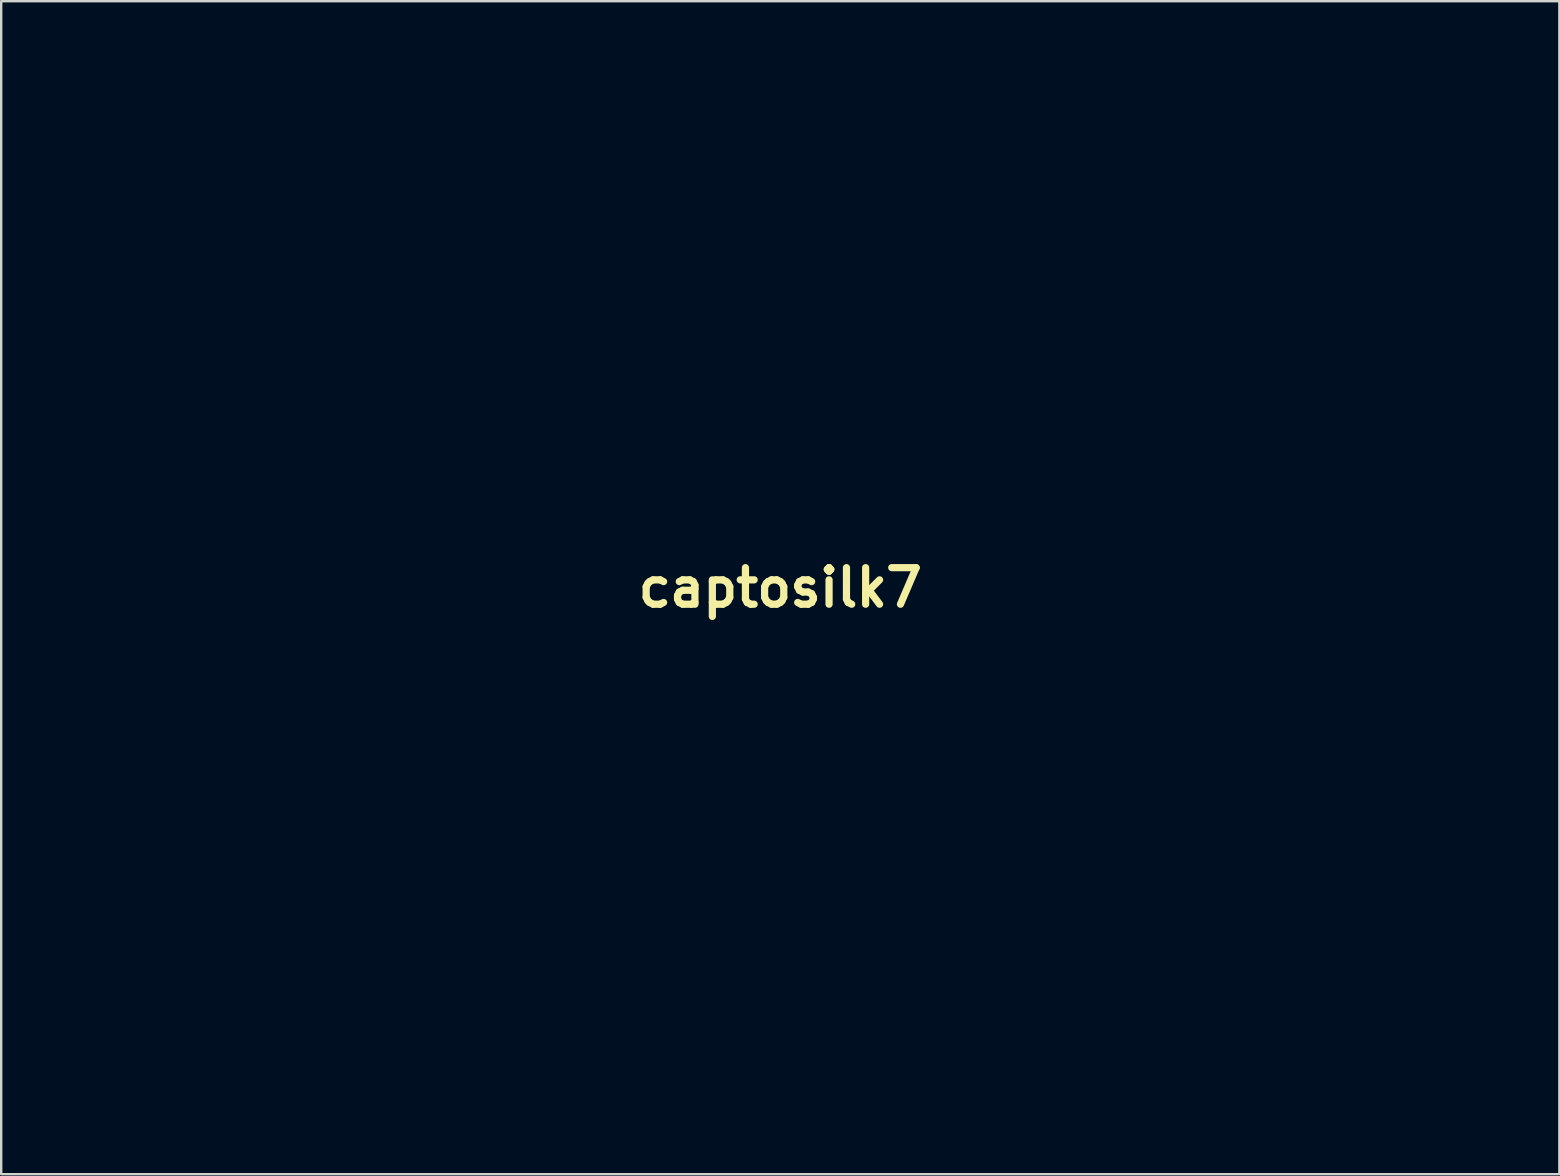
<source format=kicad_pcb>
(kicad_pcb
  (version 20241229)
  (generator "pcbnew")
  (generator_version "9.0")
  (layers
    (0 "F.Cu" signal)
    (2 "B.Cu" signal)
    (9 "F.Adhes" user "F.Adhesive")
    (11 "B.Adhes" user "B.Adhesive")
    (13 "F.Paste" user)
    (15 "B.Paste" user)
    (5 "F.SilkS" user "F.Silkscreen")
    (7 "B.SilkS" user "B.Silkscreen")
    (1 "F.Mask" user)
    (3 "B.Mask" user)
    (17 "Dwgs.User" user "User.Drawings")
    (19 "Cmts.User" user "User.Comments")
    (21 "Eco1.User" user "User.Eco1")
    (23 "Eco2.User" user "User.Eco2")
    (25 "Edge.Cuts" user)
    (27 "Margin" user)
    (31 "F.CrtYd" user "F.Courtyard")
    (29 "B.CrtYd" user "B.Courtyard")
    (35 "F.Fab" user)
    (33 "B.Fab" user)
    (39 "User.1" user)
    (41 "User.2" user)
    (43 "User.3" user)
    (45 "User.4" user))
  (footprint "captosilk7"
    (layer "F.Cu")
    (at 29.461 21.436)
    (property "Reference" "captosilk7" (at 0 0 0) (layer "F.SilkS") (effects (font (size 1.524 1.524) (thickness 0.3))))
    (attr through_hole)
    (fp_poly (pts (xy -3.584 -7.58) (xy -3.899 -7.58) (xy -3.899 -9.009) (xy -3.584 -9.009) (xy -3.584 -7.58)) (stroke (width 0.01) (type solid)) (fill no) (layer "Eco2.User"))
    (fp_poly (pts (xy -2.894 -10.716) (xy -3.544 -10.716) (xy -3.544 -11.351) (xy -2.894 -11.351) (xy -2.894 -10.716)) (stroke (width 0.01) (type solid)) (fill no) (layer "Eco2.User"))
    (fp_poly (pts (xy -4.076 -7.6) (xy -4.13 -7.6) (xy -4.182 -7.597) (xy -4.251 -7.591) (xy -4.287 -7.587) (xy -4.391 -7.575) (xy -4.391 -9.009) (xy -4.076 -9.009) (xy -4.076 -7.6)) (stroke (width 0.01) (type solid)) (fill no) (layer "Eco2.User"))
    (fp_poly (pts (xy -4.568 -8.751) (xy -4.704 -8.751) (xy -4.788 -8.754) (xy -4.842 -8.765) (xy -4.874 -8.784) (xy -4.893 -8.826) (xy -4.898 -8.885) (xy -4.889 -8.944) (xy -4.867 -8.986) (xy -4.86 -8.992) (xy -4.828 -9) (xy -4.769 -9.006) (xy -4.701 -9.009) (xy -4.568 -9.009) (xy -4.568 -8.751)) (stroke (width 0.01) (type solid)) (fill no) (layer "Eco2.User"))
    (fp_poly (pts (xy -4.568 -7.58) (xy -4.703 -7.58) (xy -4.791 -7.584) (xy -4.845 -7.596) (xy -4.86 -7.606) (xy -4.876 -7.635) (xy -4.888 -7.682) (xy -4.896 -7.75) (xy -4.899 -7.843) (xy -4.9 -7.965) (xy -4.896 -8.12) (xy -4.893 -8.225) (xy -4.879 -8.652) (xy -4.568 -8.652) (xy -4.568 -7.58)) (stroke (width 0.01) (type solid)) (fill no) (layer "Eco2.User"))
    (fp_poly (pts (xy -5.139 -9.307) (xy -5.294 -9.307) (xy -5.372 -9.308) (xy -5.42 -9.312) (xy -5.445 -9.321) (xy -5.458 -9.339) (xy -5.461 -9.351) (xy -5.465 -9.383) (xy -5.468 -9.448) (xy -5.47 -9.541) (xy -5.472 -9.657) (xy -5.473 -9.788) (xy -5.474 -9.897) (xy -5.474 -10.398) (xy -5.139 -10.398) (xy -5.139 -9.307)) (stroke (width 0.01) (type solid)) (fill no) (layer "Eco2.User"))
    (fp_poly (pts (xy -5.139 -10.477) (xy -5.252 -10.478) (xy -5.324 -10.482) (xy -5.387 -10.494) (xy -5.415 -10.503) (xy -5.448 -10.529) (xy -5.465 -10.571) (xy -5.47 -10.615) (xy -5.471 -10.671) (xy -5.464 -10.71) (xy -5.46 -10.717) (xy -5.434 -10.726) (xy -5.38 -10.735) (xy -5.307 -10.744) (xy -5.292 -10.746) (xy -5.139 -10.76) (xy -5.139 -10.477)) (stroke (width 0.01) (type solid)) (fill no) (layer "Eco2.User"))
    (fp_poly (pts (xy 9.254 -14.343) (xy 9.333 -14.316) (xy 9.395 -14.265) (xy 9.403 -14.253) (xy 9.426 -14.192) (xy 9.434 -14.114) (xy 9.426 -14.039) (xy 9.409 -13.993) (xy 9.359 -13.947) (xy 9.286 -13.92) (xy 9.202 -13.914) (xy 9.12 -13.932) (xy 9.118 -13.932) (xy 9.059 -13.975) (xy 9.022 -14.041) (xy 9.009 -14.119) (xy 9.019 -14.199) (xy 9.055 -14.271) (xy 9.099 -14.315) (xy 9.172 -14.344) (xy 9.254 -14.343)) (stroke (width 0.01) (type solid)) (fill no) (layer "Eco2.User"))
    (fp_poly (pts (xy 10.759 -5.271) (xy 10.824 -5.262) (xy 10.856 -5.246) (xy 10.857 -5.222) (xy 10.845 -5.205) (xy 10.813 -5.185) (xy 10.761 -5.169) (xy 10.749 -5.167) (xy 10.693 -5.152) (xy 10.654 -5.131) (xy 10.65 -5.127) (xy 10.639 -5.096) (xy 10.629 -5.036) (xy 10.62 -4.956) (xy 10.615 -4.896) (xy 10.603 -4.693) (xy 10.539 -4.687) (xy 10.475 -4.681) (xy 10.475 -5.272) (xy 10.657 -5.273) (xy 10.759 -5.271)) (stroke (width 0.01) (type solid)) (fill no) (layer "Eco2.User"))
    (fp_poly (pts (xy -11.336 -10.749) (xy -11.302 -10.742) (xy -11.299 -10.74) (xy -11.295 -10.717) (xy -11.293 -10.659) (xy -11.291 -10.57) (xy -11.291 -10.456) (xy -11.291 -10.32) (xy -11.293 -10.167) (xy -11.295 -10.016) (xy -11.308 -9.31) (xy -11.465 -9.303) (xy -11.546 -9.302) (xy -11.603 -9.307) (xy -11.629 -9.316) (xy -11.63 -9.317) (xy -11.631 -9.341) (xy -11.633 -9.399) (xy -11.633 -9.489) (xy -11.634 -9.604) (xy -11.634 -9.74) (xy -11.633 -9.893) (xy -11.632 -10.041) (xy -11.627 -10.745) (xy -11.471 -10.751) (xy -11.396 -10.752) (xy -11.336 -10.749)) (stroke (width 0.01) (type solid)) (fill no) (layer "Eco2.User"))
    (fp_poly (pts (xy 9.628 -13.697) (xy 9.63 -13.632) (xy 9.632 -13.539) (xy 9.637 -13.432) (xy 9.641 -13.33) (xy 9.654 -13.077) (xy 9.471 -13.077) (xy 9.471 -12.303) (xy 8.979 -12.303) (xy 8.978 -12.616) (xy 8.978 -12.729) (xy 8.975 -12.835) (xy 8.972 -12.923) (xy 8.968 -12.985) (xy 8.966 -13.003) (xy 8.955 -13.051) (xy 8.935 -13.072) (xy 8.893 -13.077) (xy 8.878 -13.077) (xy 8.801 -13.077) (xy 8.801 -13.233) (xy 8.803 -13.323) (xy 8.806 -13.435) (xy 8.811 -13.55) (xy 8.814 -13.6) (xy 8.827 -13.811) (xy 9.628 -13.811) (xy 9.628 -13.697)) (stroke (width 0.01) (type solid)) (fill no) (layer "Eco2.User"))
    (fp_poly (pts (xy -1.124 -19.998) (xy -0.837 -19.993) (xy -0.832 -19.463) (xy -0.826 -18.934) (xy -0.59 -18.92) (xy -0.354 -18.906) (xy -0.354 -18.375) (xy -0.827 -18.375) (xy -0.832 -17.001) (xy -0.837 -15.627) (xy -1.127 -15.621) (xy -1.418 -15.616) (xy -1.418 -18.375) (xy -1.888 -18.375) (xy -1.9 -18.911) (xy -1.819 -18.911) (xy -1.759 -18.913) (xy -1.676 -18.917) (xy -1.59 -18.924) (xy -1.588 -18.924) (xy -1.437 -18.937) (xy -1.437 -19.228) (xy -1.436 -19.36) (xy -1.434 -19.504) (xy -1.43 -19.643) (xy -1.425 -19.759) (xy -1.424 -19.762) (xy -1.412 -20.004) (xy -1.124 -19.998)) (stroke (width 0.01) (type solid)) (fill no) (layer "Eco2.User"))
    (fp_poly (pts (xy -9.554 -9.157) (xy -9.523 -9.11) (xy -9.494 -9.055) (xy -9.474 -9.005) (xy -9.471 -8.985) (xy -9.488 -8.97) (xy -9.532 -8.944) (xy -9.596 -8.91) (xy -9.67 -8.873) (xy -9.747 -8.836) (xy -9.818 -8.804) (xy -9.874 -8.781) (xy -9.907 -8.771) (xy -9.909 -8.771) (xy -9.928 -8.784) (xy -9.939 -8.796) (xy -9.961 -8.83) (xy -9.986 -8.876) (xy -10.008 -8.921) (xy -10.019 -8.952) (xy -10.019 -8.958) (xy -9.98 -8.985) (xy -9.919 -9.02) (xy -9.846 -9.059) (xy -9.768 -9.1) (xy -9.694 -9.136) (xy -9.632 -9.164) (xy -9.591 -9.179) (xy -9.58 -9.181) (xy -9.554 -9.157)) (stroke (width 0.01) (type solid)) (fill no) (layer "Eco2.User"))
    (fp_poly (pts (xy -4.568 -10.398) (xy -4.511 -10.398) (xy -4.456 -10.387) (xy -4.424 -10.352) (xy -4.413 -10.287) (xy -4.414 -10.246) (xy -4.419 -10.188) (xy -4.431 -10.159) (xy -4.457 -10.148) (xy -4.494 -10.144) (xy -4.568 -10.138) (xy -4.568 -9.307) (xy -4.878 -9.307) (xy -4.89 -9.381) (xy -4.894 -9.426) (xy -4.898 -9.501) (xy -4.9 -9.6) (xy -4.902 -9.713) (xy -4.903 -9.798) (xy -4.903 -10.14) (xy -4.97 -10.14) (xy -5.016 -10.144) (xy -5.036 -10.164) (xy -5.044 -10.205) (xy -5.046 -10.272) (xy -5.041 -10.329) (xy -5.027 -10.372) (xy -4.996 -10.39) (xy -4.967 -10.394) (xy -4.903 -10.401) (xy -4.903 -10.755) (xy -4.568 -10.755) (xy -4.568 -10.398)) (stroke (width 0.01) (type solid)) (fill no) (layer "Eco2.User"))
    (fp_poly (pts (xy -5.69 -10.398) (xy -5.622 -10.398) (xy -5.573 -10.39) (xy -5.545 -10.362) (xy -5.534 -10.307) (xy -5.536 -10.228) (xy -5.543 -10.177) (xy -5.561 -10.154) (xy -5.601 -10.145) (xy -5.616 -10.144) (xy -5.69 -10.138) (xy -5.695 -9.727) (xy -5.7 -9.317) (xy -5.85 -9.311) (xy -6 -9.305) (xy -6.013 -9.368) (xy -6.017 -9.408) (xy -6.02 -9.48) (xy -6.023 -9.576) (xy -6.025 -9.688) (xy -6.025 -9.785) (xy -6.025 -10.14) (xy -6.092 -10.14) (xy -6.143 -10.148) (xy -6.171 -10.176) (xy -6.182 -10.231) (xy -6.183 -10.262) (xy -6.171 -10.339) (xy -6.137 -10.384) (xy -6.083 -10.398) (xy -6.025 -10.398) (xy -6.025 -10.755) (xy -5.69 -10.755) (xy -5.69 -10.398)) (stroke (width 0.01) (type solid)) (fill no) (layer "Eco2.User"))
    (fp_poly (pts (xy 8.38 -5.283) (xy 8.403 -5.253) (xy 8.404 -5.233) (xy 8.389 -5.204) (xy 8.35 -5.181) (xy 8.301 -5.167) (xy 8.242 -5.148) (xy 8.2 -5.126) (xy 8.188 -5.116) (xy 8.181 -5.085) (xy 8.175 -5.026) (xy 8.172 -4.948) (xy 8.172 -4.91) (xy 8.168 -4.804) (xy 8.157 -4.733) (xy 8.138 -4.694) (xy 8.112 -4.683) (xy 8.09 -4.695) (xy 8.077 -4.707) (xy 8.068 -4.735) (xy 8.061 -4.794) (xy 8.056 -4.874) (xy 8.053 -4.964) (xy 8.053 -5.057) (xy 8.056 -5.142) (xy 8.061 -5.21) (xy 8.069 -5.251) (xy 8.071 -5.256) (xy 8.104 -5.275) (xy 8.142 -5.27) (xy 8.198 -5.267) (xy 8.26 -5.278) (xy 8.262 -5.279) (xy 8.33 -5.292) (xy 8.38 -5.283)) (stroke (width 0.01) (type solid)) (fill no) (layer "Eco2.User"))
    (fp_poly (pts (xy -1.584 -8.659) (xy -1.563 -8.609) (xy -1.556 -8.526) (xy -1.556 -8.504) (xy -1.559 -8.427) (xy -1.572 -8.382) (xy -1.599 -8.36) (xy -1.648 -8.354) (xy -1.654 -8.354) (xy -1.693 -8.342) (xy -1.74 -8.311) (xy -1.746 -8.306) (xy -1.802 -8.258) (xy -1.811 -7.941) (xy -1.815 -7.833) (xy -1.82 -7.739) (xy -1.824 -7.667) (xy -1.829 -7.624) (xy -1.831 -7.614) (xy -1.854 -7.608) (xy -1.906 -7.6) (xy -1.977 -7.593) (xy -1.994 -7.591) (xy -2.146 -7.577) (xy -2.146 -8.652) (xy -1.998 -8.652) (xy -1.916 -8.65) (xy -1.866 -8.643) (xy -1.842 -8.629) (xy -1.839 -8.623) (xy -1.826 -8.605) (xy -1.803 -8.611) (xy -1.783 -8.624) (xy -1.73 -8.651) (xy -1.676 -8.671) (xy -1.621 -8.678) (xy -1.584 -8.659)) (stroke (width 0.01) (type solid)) (fill no) (layer "Eco2.User"))
    (fp_poly (pts (xy -21.057 -15.398) (xy -21.044 -15.367) (xy -21.036 -15.311) (xy -21.031 -15.226) (xy -21.029 -15.108) (xy -21.029 -15.041) (xy -21.031 -14.88) (xy -21.039 -14.753) (xy -21.053 -14.656) (xy -21.077 -14.582) (xy -21.111 -14.528) (xy -21.157 -14.487) (xy -21.217 -14.455) (xy -21.22 -14.454) (xy -21.284 -14.434) (xy -21.352 -14.427) (xy -21.41 -14.431) (xy -21.448 -14.446) (xy -21.455 -14.455) (xy -21.458 -14.491) (xy -21.433 -14.514) (xy -21.375 -14.529) (xy -21.361 -14.531) (xy -21.263 -14.561) (xy -21.192 -14.618) (xy -21.155 -14.685) (xy -21.144 -14.738) (xy -21.136 -14.825) (xy -21.131 -14.944) (xy -21.129 -15.074) (xy -21.128 -15.199) (xy -21.125 -15.29) (xy -21.12 -15.351) (xy -21.113 -15.387) (xy -21.103 -15.403) (xy -21.1 -15.405) (xy -21.076 -15.409) (xy -21.057 -15.398)) (stroke (width 0.01) (type solid)) (fill no) (layer "Eco2.User"))
    (fp_poly (pts (xy 11.313 -6.245) (xy 11.398 -6.23) (xy 11.461 -6.205) (xy 11.495 -6.174) (xy 11.499 -6.159) (xy 11.483 -6.132) (xy 11.433 -6.12) (xy 11.348 -6.125) (xy 11.345 -6.125) (xy 11.262 -6.123) (xy 11.205 -6.094) (xy 11.173 -6.035) (xy 11.164 -5.952) (xy 11.171 -5.871) (xy 11.194 -5.816) (xy 11.239 -5.784) (xy 11.311 -5.772) (xy 11.414 -5.777) (xy 11.429 -5.778) (xy 11.478 -5.772) (xy 11.496 -5.746) (xy 11.482 -5.711) (xy 11.456 -5.689) (xy 11.369 -5.652) (xy 11.28 -5.653) (xy 11.235 -5.666) (xy 11.142 -5.713) (xy 11.082 -5.782) (xy 11.051 -5.874) (xy 11.051 -5.99) (xy 11.055 -6.022) (xy 11.077 -6.101) (xy 11.125 -6.169) (xy 11.139 -6.184) (xy 11.184 -6.226) (xy 11.22 -6.246) (xy 11.265 -6.249) (xy 11.313 -6.245)) (stroke (width 0.01) (type solid)) (fill no) (layer "Eco2.User"))
    (fp_poly (pts (xy 28.636 -17.04) (xy 28.646 -17.033) (xy 28.654 -17.018) (xy 28.66 -16.99) (xy 28.663 -16.946) (xy 28.665 -16.879) (xy 28.666 -16.785) (xy 28.665 -16.659) (xy 28.664 -16.547) (xy 28.661 -16.388) (xy 28.658 -16.258) (xy 28.653 -16.158) (xy 28.647 -16.092) (xy 28.64 -16.063) (xy 28.639 -16.062) (xy 28.604 -16.064) (xy 28.595 -16.067) (xy 28.585 -16.081) (xy 28.579 -16.119) (xy 28.574 -16.183) (xy 28.571 -16.279) (xy 28.57 -16.409) (xy 28.57 -16.442) (xy 28.57 -16.808) (xy 28.488 -16.748) (xy 28.415 -16.703) (xy 28.364 -16.691) (xy 28.331 -16.71) (xy 28.325 -16.723) (xy 28.328 -16.762) (xy 28.355 -16.788) (xy 28.423 -16.843) (xy 28.495 -16.915) (xy 28.555 -16.987) (xy 28.561 -16.995) (xy 28.599 -17.036) (xy 28.634 -17.041) (xy 28.636 -17.04)) (stroke (width 0.01) (type solid)) (fill no) (layer "Eco2.User"))
    (fp_poly (pts (xy -7.303 -8.652) (xy -7.289 -8.595) (xy -7.285 -8.514) (xy -7.285 -8.377) (xy -7.382 -8.345) (xy -7.443 -8.32) (xy -7.49 -8.294) (xy -7.504 -8.282) (xy -7.515 -8.251) (xy -7.524 -8.185) (xy -7.531 -8.083) (xy -7.537 -7.944) (xy -7.538 -7.916) (xy -7.546 -7.58) (xy -7.667 -7.583) (xy -7.737 -7.585) (xy -7.794 -7.59) (xy -7.82 -7.594) (xy -7.836 -7.602) (xy -7.849 -7.621) (xy -7.859 -7.654) (xy -7.866 -7.707) (xy -7.871 -7.781) (xy -7.874 -7.883) (xy -7.876 -8.016) (xy -7.876 -8.185) (xy -7.876 -8.652) (xy -7.728 -8.652) (xy -7.645 -8.65) (xy -7.594 -8.642) (xy -7.571 -8.628) (xy -7.569 -8.624) (xy -7.556 -8.61) (xy -7.529 -8.613) (xy -7.478 -8.633) (xy -7.458 -8.642) (xy -7.383 -8.672) (xy -7.332 -8.677) (xy -7.303 -8.652)) (stroke (width 0.01) (type solid)) (fill no) (layer "Eco2.User"))
    (fp_poly (pts (xy 10.746 -6.228) (xy 10.774 -6.216) (xy 10.819 -6.227) (xy 10.826 -6.23) (xy 10.882 -6.244) (xy 10.942 -6.247) (xy 10.993 -6.239) (xy 11.02 -6.22) (xy 11.021 -6.218) (xy 11.014 -6.183) (xy 10.978 -6.153) (xy 10.923 -6.135) (xy 10.888 -6.132) (xy 10.84 -6.127) (xy 10.807 -6.11) (xy 10.786 -6.074) (xy 10.775 -6.013) (xy 10.771 -5.921) (xy 10.77 -5.869) (xy 10.768 -5.768) (xy 10.76 -5.701) (xy 10.744 -5.66) (xy 10.717 -5.641) (xy 10.678 -5.636) (xy 10.66 -5.637) (xy 10.647 -5.644) (xy 10.64 -5.664) (xy 10.635 -5.703) (xy 10.633 -5.766) (xy 10.633 -5.86) (xy 10.633 -5.912) (xy 10.633 -6.015) (xy 10.636 -6.105) (xy 10.639 -6.174) (xy 10.643 -6.214) (xy 10.645 -6.219) (xy 10.672 -6.246) (xy 10.714 -6.247) (xy 10.746 -6.228)) (stroke (width 0.01) (type solid)) (fill no) (layer "Eco2.User"))
    (fp_poly (pts (xy 21.151 -15.407) (xy 21.164 -15.401) (xy 21.173 -15.386) (xy 21.179 -15.351) (xy 21.183 -15.291) (xy 21.184 -15.203) (xy 21.184 -15.082) (xy 21.183 -15.006) (xy 21.18 -14.865) (xy 21.176 -14.757) (xy 21.168 -14.676) (xy 21.157 -14.617) (xy 21.138 -14.573) (xy 21.112 -14.537) (xy 21.076 -14.505) (xy 21.043 -14.479) (xy 20.993 -14.453) (xy 20.928 -14.436) (xy 20.861 -14.428) (xy 20.804 -14.43) (xy 20.767 -14.445) (xy 20.762 -14.453) (xy 20.757 -14.49) (xy 20.78 -14.514) (xy 20.836 -14.529) (xy 20.854 -14.531) (xy 20.951 -14.561) (xy 21.027 -14.616) (xy 21.063 -14.666) (xy 21.074 -14.71) (xy 21.082 -14.79) (xy 21.086 -14.908) (xy 21.088 -15.044) (xy 21.089 -15.181) (xy 21.093 -15.282) (xy 21.1 -15.351) (xy 21.112 -15.393) (xy 21.128 -15.41) (xy 21.151 -15.407)) (stroke (width 0.01) (type solid)) (fill no) (layer "Eco2.User"))
    (fp_poly (pts (xy 8.121 -6.239) (xy 8.154 -6.217) (xy 8.192 -6.224) (xy 8.203 -6.228) (xy 8.289 -6.25) (xy 8.368 -6.233) (xy 8.425 -6.193) (xy 8.486 -6.136) (xy 8.486 -5.908) (xy 8.485 -5.795) (xy 8.479 -5.718) (xy 8.47 -5.673) (xy 8.461 -5.659) (xy 8.434 -5.646) (xy 8.413 -5.66) (xy 8.398 -5.706) (xy 8.388 -5.787) (xy 8.383 -5.859) (xy 8.374 -5.973) (xy 8.357 -6.053) (xy 8.332 -6.103) (xy 8.295 -6.127) (xy 8.26 -6.132) (xy 8.209 -6.119) (xy 8.175 -6.079) (xy 8.156 -6.008) (xy 8.152 -5.919) (xy 8.147 -5.796) (xy 8.135 -5.708) (xy 8.114 -5.656) (xy 8.086 -5.642) (xy 8.056 -5.661) (xy 8.045 -5.691) (xy 8.038 -5.751) (xy 8.033 -5.833) (xy 8.032 -5.926) (xy 8.033 -6.021) (xy 8.037 -6.111) (xy 8.044 -6.185) (xy 8.053 -6.234) (xy 8.061 -6.249) (xy 8.09 -6.26) (xy 8.121 -6.239)) (stroke (width 0.01) (type solid)) (fill no) (layer "Eco2.User"))
    (fp_poly (pts (xy -5.213 -8.648) (xy -5.05 -8.642) (xy -5.045 -8.124) (xy -5.04 -7.605) (xy -5.114 -7.593) (xy -5.217 -7.581) (xy -5.287 -7.585) (xy -5.33 -7.606) (xy -5.339 -7.618) (xy -5.355 -7.639) (xy -5.374 -7.643) (xy -5.407 -7.63) (xy -5.45 -7.608) (xy -5.562 -7.569) (xy -5.684 -7.564) (xy -5.786 -7.588) (xy -5.884 -7.643) (xy -5.958 -7.727) (xy -6.002 -7.83) (xy -6.004 -7.838) (xy -6.011 -7.891) (xy -6.017 -7.976) (xy -6.022 -8.082) (xy -6.024 -8.201) (xy -6.025 -8.296) (xy -6.025 -8.652) (xy -5.71 -8.652) (xy -5.709 -8.349) (xy -5.707 -8.224) (xy -5.702 -8.116) (xy -5.695 -8.032) (xy -5.685 -7.98) (xy -5.684 -7.977) (xy -5.664 -7.931) (xy -5.634 -7.909) (xy -5.584 -7.901) (xy -5.518 -7.899) (xy -5.468 -7.907) (xy -5.431 -7.929) (xy -5.405 -7.97) (xy -5.389 -8.035) (xy -5.38 -8.127) (xy -5.376 -8.251) (xy -5.375 -8.36) (xy -5.375 -8.653) (xy -5.213 -8.648)) (stroke (width 0.01) (type solid)) (fill no) (layer "Eco2.User"))
    (fp_poly (pts (xy 6.588 -6.229) (xy 6.603 -6.223) (xy 6.667 -6.178) (xy 6.71 -6.102) (xy 6.731 -5.995) (xy 6.734 -5.923) (xy 6.733 -5.85) (xy 6.725 -5.803) (xy 6.708 -5.768) (xy 6.675 -5.733) (xy 6.666 -5.725) (xy 6.584 -5.668) (xy 6.493 -5.648) (xy 6.443 -5.652) (xy 6.402 -5.669) (xy 6.352 -5.706) (xy 6.329 -5.727) (xy 6.294 -5.767) (xy 6.272 -5.806) (xy 6.261 -5.856) (xy 6.258 -5.926) (xy 6.259 -5.965) (xy 6.37 -5.965) (xy 6.38 -5.883) (xy 6.409 -5.809) (xy 6.453 -5.77) (xy 6.509 -5.767) (xy 6.571 -5.803) (xy 6.583 -5.814) (xy 6.61 -5.862) (xy 6.619 -5.939) (xy 6.619 -5.941) (xy 6.608 -6.029) (xy 6.579 -6.094) (xy 6.535 -6.131) (xy 6.483 -6.136) (xy 6.432 -6.111) (xy 6.385 -6.05) (xy 6.37 -5.965) (xy 6.259 -5.965) (xy 6.261 -6.021) (xy 6.282 -6.116) (xy 6.332 -6.188) (xy 6.403 -6.233) (xy 6.491 -6.248) (xy 6.588 -6.229)) (stroke (width 0.01) (type solid)) (fill no) (layer "Eco2.User"))
    (fp_poly (pts (xy -13.871 0.278) (xy -13.859 0.295) (xy -13.851 0.325) (xy -13.846 0.374) (xy -13.845 0.45) (xy -13.846 0.557) (xy -13.846 0.583) (xy -13.849 0.694) (xy -13.852 0.771) (xy -13.857 0.822) (xy -13.864 0.851) (xy -13.875 0.865) (xy -13.889 0.87) (xy -13.926 0.865) (xy -13.949 0.83) (xy -13.959 0.762) (xy -13.96 0.729) (xy -13.96 0.635) (xy -14.592 0.635) (xy -14.53 0.713) (xy -14.489 0.777) (xy -14.477 0.828) (xy -14.495 0.861) (xy -14.516 0.869) (xy -14.552 0.857) (xy -14.591 0.808) (xy -14.592 0.806) (xy -14.631 0.755) (xy -14.689 0.698) (xy -14.731 0.665) (xy -14.793 0.613) (xy -14.821 0.573) (xy -14.823 0.56) (xy -14.817 0.548) (xy -14.803 0.54) (xy -14.774 0.534) (xy -14.726 0.529) (xy -14.655 0.525) (xy -14.555 0.523) (xy -14.422 0.521) (xy -14.388 0.521) (xy -13.96 0.515) (xy -13.96 0.409) (xy -13.953 0.329) (xy -13.934 0.279) (xy -13.904 0.263) (xy -13.871 0.278)) (stroke (width 0.01) (type solid)) (fill no) (layer "Eco2.User"))
    (fp_poly (pts (xy -19.251 6.818) (xy -19.241 6.828) (xy -19.234 6.852) (xy -19.23 6.895) (xy -19.228 6.963) (xy -19.227 7.063) (xy -19.227 7.114) (xy -19.227 7.228) (xy -19.229 7.309) (xy -19.232 7.362) (xy -19.238 7.392) (xy -19.247 7.407) (xy -19.26 7.411) (xy -19.267 7.412) (xy -19.289 7.406) (xy -19.303 7.385) (xy -19.312 7.337) (xy -19.316 7.293) (xy -19.326 7.174) (xy -19.97 7.163) (xy -19.919 7.224) (xy -19.874 7.29) (xy -19.852 7.351) (xy -19.855 7.397) (xy -19.857 7.401) (xy -19.886 7.421) (xy -19.922 7.405) (xy -19.961 7.355) (xy -19.963 7.353) (xy -20.001 7.303) (xy -20.059 7.247) (xy -20.103 7.211) (xy -20.163 7.163) (xy -20.194 7.123) (xy -20.198 7.106) (xy -20.192 7.096) (xy -20.175 7.088) (xy -20.144 7.082) (xy -20.093 7.077) (xy -20.017 7.074) (xy -19.911 7.071) (xy -19.772 7.069) (xy -19.755 7.069) (xy -19.318 7.064) (xy -19.312 6.94) (xy -19.307 6.872) (xy -19.299 6.834) (xy -19.284 6.819) (xy -19.267 6.816) (xy -19.251 6.818)) (stroke (width 0.01) (type solid)) (fill no) (layer "Eco2.User"))
    (fp_poly (pts (xy 9.786 -6.217) (xy 9.858 -6.156) (xy 9.866 -6.146) (xy 9.894 -6.097) (xy 9.908 -6.04) (xy 9.911 -5.962) (xy 9.899 -5.841) (xy 9.86 -5.75) (xy 9.796 -5.69) (xy 9.707 -5.66) (xy 9.654 -5.656) (xy 9.593 -5.662) (xy 9.543 -5.687) (xy 9.502 -5.722) (xy 9.463 -5.762) (xy 9.442 -5.796) (xy 9.433 -5.84) (xy 9.431 -5.909) (xy 9.431 -5.918) (xy 9.434 -5.956) (xy 9.55 -5.956) (xy 9.557 -5.864) (xy 9.58 -5.804) (xy 9.622 -5.771) (xy 9.628 -5.768) (xy 9.664 -5.759) (xy 9.691 -5.765) (xy 9.727 -5.791) (xy 9.74 -5.803) (xy 9.775 -5.838) (xy 9.791 -5.878) (xy 9.794 -5.938) (xy 9.794 -5.951) (xy 9.781 -6.039) (xy 9.748 -6.1) (xy 9.7 -6.13) (xy 9.639 -6.125) (xy 9.593 -6.101) (xy 9.568 -6.076) (xy 9.554 -6.04) (xy 9.55 -5.98) (xy 9.55 -5.956) (xy 9.434 -5.956) (xy 9.438 -6.032) (xy 9.458 -6.115) (xy 9.495 -6.174) (xy 9.521 -6.198) (xy 9.609 -6.24) (xy 9.7 -6.246) (xy 9.786 -6.217)) (stroke (width 0.01) (type solid)) (fill no) (layer "Eco2.User"))
    (fp_poly (pts (xy -15.348 4.624) (xy -15.338 4.638) (xy -15.331 4.665) (xy -15.325 4.71) (xy -15.322 4.777) (xy -15.32 4.872) (xy -15.319 4.999) (xy -15.319 5.073) (xy -15.319 5.497) (xy -15.199 5.497) (xy -15.133 5.498) (xy -15.098 5.503) (xy -15.085 5.516) (xy -15.086 5.541) (xy -15.086 5.541) (xy -15.09 5.559) (xy -15.1 5.571) (xy -15.123 5.58) (xy -15.165 5.585) (xy -15.231 5.588) (xy -15.328 5.591) (xy -15.369 5.591) (xy -15.47 5.593) (xy -15.556 5.592) (xy -15.621 5.589) (xy -15.656 5.585) (xy -15.66 5.583) (xy -15.671 5.554) (xy -15.673 5.533) (xy -15.668 5.513) (xy -15.646 5.502) (xy -15.599 5.497) (xy -15.555 5.497) (xy -15.437 5.497) (xy -15.437 4.838) (xy -15.507 4.899) (xy -15.565 4.941) (xy -15.617 4.96) (xy -15.656 4.956) (xy -15.673 4.927) (xy -15.673 4.921) (xy -15.656 4.883) (xy -15.608 4.841) (xy -15.597 4.833) (xy -15.538 4.786) (xy -15.488 4.73) (xy -15.478 4.716) (xy -15.432 4.649) (xy -15.396 4.616) (xy -15.365 4.614) (xy -15.348 4.624)) (stroke (width 0.01) (type solid)) (fill no) (layer "Eco2.User"))
    (fp_poly (pts (xy 5.787 -13.811) (xy 5.905 -13.76) (xy 5.98 -13.703) (xy 6.034 -13.646) (xy 6.054 -13.603) (xy 6.038 -13.567) (xy 5.987 -13.534) (xy 5.965 -13.523) (xy 5.917 -13.503) (xy 5.884 -13.5) (xy 5.849 -13.516) (xy 5.813 -13.54) (xy 5.731 -13.583) (xy 5.659 -13.588) (xy 5.592 -13.557) (xy 5.585 -13.552) (xy 5.535 -13.489) (xy 5.505 -13.404) (xy 5.498 -13.31) (xy 5.513 -13.218) (xy 5.552 -13.141) (xy 5.562 -13.129) (xy 5.626 -13.086) (xy 5.704 -13.077) (xy 5.789 -13.102) (xy 5.834 -13.127) (xy 5.881 -13.158) (xy 5.913 -13.167) (xy 5.948 -13.158) (xy 5.978 -13.144) (xy 6.036 -13.109) (xy 6.057 -13.073) (xy 6.042 -13.03) (xy 6.014 -12.996) (xy 5.911 -12.914) (xy 5.792 -12.862) (xy 5.665 -12.842) (xy 5.54 -12.857) (xy 5.474 -12.88) (xy 5.364 -12.944) (xy 5.287 -13.025) (xy 5.238 -13.128) (xy 5.216 -13.233) (xy 5.21 -13.387) (xy 5.238 -13.521) (xy 5.298 -13.635) (xy 5.39 -13.727) (xy 5.411 -13.742) (xy 5.535 -13.802) (xy 5.662 -13.825) (xy 5.787 -13.811)) (stroke (width 0.01) (type solid)) (fill no) (layer "Eco2.User"))
    (fp_poly (pts (xy -20.44 -15.414) (xy -20.425 -15.398) (xy -20.414 -15.366) (xy -20.407 -15.313) (xy -20.402 -15.234) (xy -20.4 -15.126) (xy -20.399 -14.984) (xy -20.399 -14.948) (xy -20.399 -14.526) (xy -20.281 -14.526) (xy -20.215 -14.525) (xy -20.18 -14.519) (xy -20.165 -14.505) (xy -20.162 -14.478) (xy -20.162 -14.476) (xy -20.162 -14.426) (xy -20.459 -14.426) (xy -20.573 -14.427) (xy -20.653 -14.428) (xy -20.705 -14.43) (xy -20.735 -14.436) (xy -20.748 -14.445) (xy -20.751 -14.458) (xy -20.75 -14.471) (xy -20.742 -14.497) (xy -20.72 -14.511) (xy -20.675 -14.519) (xy -20.63 -14.522) (xy -20.517 -14.528) (xy -20.517 -14.847) (xy -20.517 -14.966) (xy -20.518 -15.05) (xy -20.521 -15.105) (xy -20.525 -15.135) (xy -20.533 -15.146) (xy -20.543 -15.143) (xy -20.551 -15.136) (xy -20.602 -15.1) (xy -20.659 -15.071) (xy -20.708 -15.055) (xy -20.729 -15.056) (xy -20.752 -15.08) (xy -20.747 -15.116) (xy -20.715 -15.156) (xy -20.685 -15.177) (xy -20.636 -15.216) (xy -20.58 -15.274) (xy -20.545 -15.318) (xy -20.506 -15.371) (xy -20.475 -15.407) (xy -20.46 -15.419) (xy -20.44 -15.414)) (stroke (width 0.01) (type solid)) (fill no) (layer "Eco2.User"))
    (fp_poly (pts (xy 2.527 17.033) (xy 2.572 17.073) (xy 2.584 17.088) (xy 2.623 17.171) (xy 2.636 17.271) (xy 2.626 17.375) (xy 2.593 17.473) (xy 2.538 17.551) (xy 2.528 17.561) (xy 2.432 17.622) (xy 2.312 17.662) (xy 2.18 17.678) (xy 2.044 17.67) (xy 1.933 17.643) (xy 1.821 17.589) (xy 1.74 17.512) (xy 1.686 17.41) (xy 1.681 17.397) (xy 1.663 17.335) (xy 1.659 17.288) (xy 1.668 17.237) (xy 1.681 17.194) (xy 1.715 17.111) (xy 1.755 17.055) (xy 1.797 17.031) (xy 1.821 17.033) (xy 1.847 17.06) (xy 1.845 17.104) (xy 1.816 17.15) (xy 1.792 17.199) (xy 1.782 17.276) (xy 1.782 17.297) (xy 1.785 17.364) (xy 1.797 17.408) (xy 1.826 17.445) (xy 1.852 17.47) (xy 1.947 17.533) (xy 2.063 17.567) (xy 2.189 17.57) (xy 2.271 17.555) (xy 2.374 17.522) (xy 2.445 17.482) (xy 2.492 17.431) (xy 2.512 17.392) (xy 2.534 17.328) (xy 2.537 17.275) (xy 2.519 17.216) (xy 2.499 17.171) (xy 2.474 17.101) (xy 2.474 17.051) (xy 2.493 17.028) (xy 2.527 17.033)) (stroke (width 0.01) (type solid)) (fill no) (layer "Eco2.User"))
    (fp_poly (pts (xy 11.91 -6.222) (xy 11.981 -6.165) (xy 12.023 -6.081) (xy 12.036 -5.998) (xy 12.04 -5.904) (xy 11.858 -5.898) (xy 11.779 -5.894) (xy 11.717 -5.888) (xy 11.682 -5.881) (xy 11.676 -5.877) (xy 11.694 -5.831) (xy 11.739 -5.792) (xy 11.799 -5.767) (xy 11.863 -5.761) (xy 11.912 -5.774) (xy 11.959 -5.783) (xy 11.997 -5.763) (xy 12.011 -5.723) (xy 11.993 -5.692) (xy 11.947 -5.668) (xy 11.884 -5.651) (xy 11.814 -5.646) (xy 11.749 -5.656) (xy 11.748 -5.656) (xy 11.665 -5.7) (xy 11.605 -5.768) (xy 11.57 -5.853) (xy 11.559 -5.948) (xy 11.575 -6.041) (xy 11.676 -6.041) (xy 11.694 -6.025) (xy 11.737 -6.016) (xy 11.795 -6.012) (xy 11.854 -6.014) (xy 11.902 -6.022) (xy 11.924 -6.036) (xy 11.92 -6.062) (xy 11.893 -6.096) (xy 11.855 -6.13) (xy 11.818 -6.15) (xy 11.806 -6.152) (xy 11.769 -6.139) (xy 11.725 -6.107) (xy 11.69 -6.07) (xy 11.676 -6.041) (xy 11.575 -6.041) (xy 11.575 -6.044) (xy 11.619 -6.134) (xy 11.677 -6.199) (xy 11.755 -6.242) (xy 11.84 -6.247) (xy 11.91 -6.222)) (stroke (width 0.01) (type solid)) (fill no) (layer "Eco2.User"))
    (fp_poly (pts (xy -14.492 4.611) (xy -14.419 4.643) (xy -14.355 4.694) (xy -14.308 4.762) (xy -14.272 4.857) (xy -14.264 4.885) (xy -14.242 5.014) (xy -14.24 5.15) (xy -14.256 5.282) (xy -14.289 5.399) (xy -14.324 5.469) (xy -14.389 5.538) (xy -14.47 5.58) (xy -14.559 5.593) (xy -14.645 5.575) (xy -14.676 5.558) (xy -14.75 5.486) (xy -14.804 5.382) (xy -14.836 5.25) (xy -14.843 5.116) (xy -14.743 5.116) (xy -14.731 5.22) (xy -14.707 5.322) (xy -14.681 5.392) (xy -14.65 5.438) (xy -14.611 5.468) (xy -14.556 5.491) (xy -14.513 5.488) (xy -14.468 5.455) (xy -14.452 5.44) (xy -14.4 5.364) (xy -14.368 5.263) (xy -14.356 5.132) (xy -14.358 5.049) (xy -14.374 4.917) (xy -14.408 4.819) (xy -14.458 4.755) (xy -14.524 4.725) (xy -14.597 4.73) (xy -14.646 4.762) (xy -14.687 4.824) (xy -14.719 4.91) (xy -14.738 5.01) (xy -14.743 5.116) (xy -14.843 5.116) (xy -14.845 5.093) (xy -14.842 5.033) (xy -14.822 4.899) (xy -14.782 4.787) (xy -14.725 4.698) (xy -14.656 4.637) (xy -14.577 4.607) (xy -14.492 4.611)) (stroke (width 0.01) (type solid)) (fill no) (layer "Eco2.User"))
    (fp_poly (pts (xy -6.588 -8.666) (xy -6.463 -8.634) (xy -6.36 -8.576) (xy -6.287 -8.51) (xy -6.218 -8.407) (xy -6.175 -8.284) (xy -6.158 -8.149) (xy -6.168 -8.013) (xy -6.203 -7.884) (xy -6.264 -7.772) (xy -6.297 -7.732) (xy -6.394 -7.656) (xy -6.514 -7.601) (xy -6.647 -7.571) (xy -6.782 -7.568) (xy -6.893 -7.59) (xy -6.984 -7.634) (xy -7.076 -7.703) (xy -7.158 -7.787) (xy -7.212 -7.866) (xy -7.243 -7.956) (xy -7.257 -8.067) (xy -7.257 -8.123) (xy -6.941 -8.123) (xy -6.93 -8.054) (xy -6.908 -7.989) (xy -6.882 -7.949) (xy -6.84 -7.919) (xy -6.822 -7.909) (xy -6.73 -7.881) (xy -6.64 -7.891) (xy -6.595 -7.912) (xy -6.528 -7.972) (xy -6.49 -8.053) (xy -6.483 -8.143) (xy -6.507 -8.232) (xy -6.518 -8.251) (xy -6.58 -8.32) (xy -6.657 -8.357) (xy -6.742 -8.36) (xy -6.824 -8.33) (xy -6.87 -8.293) (xy -6.924 -8.214) (xy -6.941 -8.123) (xy -7.257 -8.123) (xy -7.256 -8.186) (xy -7.238 -8.296) (xy -7.21 -8.374) (xy -7.126 -8.5) (xy -7.02 -8.592) (xy -6.896 -8.65) (xy -6.753 -8.674) (xy -6.739 -8.674) (xy -6.588 -8.666)) (stroke (width 0.01) (type solid)) (fill no) (layer "Eco2.User"))
    (fp_poly (pts (xy 6.652 -13.81) (xy 6.764 -13.778) (xy 6.775 -13.773) (xy 6.826 -13.744) (xy 6.881 -13.704) (xy 6.932 -13.661) (xy 6.971 -13.622) (xy 6.99 -13.594) (xy 6.989 -13.586) (xy 6.968 -13.573) (xy 6.923 -13.549) (xy 6.881 -13.528) (xy 6.782 -13.478) (xy 6.718 -13.535) (xy 6.643 -13.583) (xy 6.57 -13.592) (xy 6.502 -13.564) (xy 6.446 -13.502) (xy 6.42 -13.448) (xy 6.402 -13.364) (xy 6.405 -13.275) (xy 6.425 -13.192) (xy 6.461 -13.127) (xy 6.495 -13.098) (xy 6.575 -13.076) (xy 6.66 -13.089) (xy 6.738 -13.134) (xy 6.739 -13.135) (xy 6.805 -13.194) (xy 6.893 -13.142) (xy 6.944 -13.112) (xy 6.98 -13.09) (xy 6.989 -13.084) (xy 6.984 -13.065) (xy 6.955 -13.031) (xy 6.909 -12.988) (xy 6.854 -12.945) (xy 6.797 -12.906) (xy 6.765 -12.888) (xy 6.642 -12.847) (xy 6.513 -12.844) (xy 6.399 -12.872) (xy 6.294 -12.925) (xy 6.211 -13.008) (xy 6.159 -13.096) (xy 6.123 -13.212) (xy 6.115 -13.342) (xy 6.134 -13.474) (xy 6.179 -13.597) (xy 6.236 -13.685) (xy 6.315 -13.751) (xy 6.417 -13.795) (xy 6.533 -13.815) (xy 6.652 -13.81)) (stroke (width 0.01) (type solid)) (fill no) (layer "Eco2.User"))
    (fp_poly (pts (xy 2.604 15.272) (xy 2.615 15.281) (xy 2.622 15.305) (xy 2.626 15.348) (xy 2.628 15.417) (xy 2.629 15.517) (xy 2.629 15.567) (xy 2.628 15.682) (xy 2.627 15.762) (xy 2.624 15.815) (xy 2.618 15.846) (xy 2.609 15.86) (xy 2.596 15.865) (xy 2.589 15.865) (xy 2.566 15.86) (xy 2.553 15.838) (xy 2.547 15.792) (xy 2.544 15.751) (xy 2.538 15.637) (xy 2.221 15.637) (xy 2.103 15.637) (xy 2.02 15.638) (xy 1.965 15.641) (xy 1.935 15.645) (xy 1.924 15.653) (xy 1.928 15.663) (xy 1.934 15.672) (xy 1.97 15.723) (xy 1.999 15.78) (xy 2.014 15.829) (xy 2.014 15.85) (xy 1.99 15.874) (xy 1.954 15.868) (xy 1.915 15.837) (xy 1.894 15.808) (xy 1.853 15.754) (xy 1.797 15.7) (xy 1.779 15.685) (xy 1.713 15.633) (xy 1.676 15.596) (xy 1.666 15.567) (xy 1.676 15.544) (xy 1.693 15.535) (xy 1.728 15.528) (xy 1.786 15.523) (xy 1.871 15.52) (xy 1.987 15.518) (xy 2.118 15.518) (xy 2.538 15.518) (xy 2.544 15.394) (xy 2.549 15.325) (xy 2.557 15.288) (xy 2.572 15.272) (xy 2.589 15.27) (xy 2.604 15.272)) (stroke (width 0.01) (type solid)) (fill no) (layer "Eco2.User"))
    (fp_poly (pts (xy 9.179 -6.243) (xy 9.241 -6.228) (xy 9.287 -6.205) (xy 9.308 -6.176) (xy 9.303 -6.151) (xy 9.277 -6.137) (xy 9.219 -6.135) (xy 9.176 -6.138) (xy 9.09 -6.141) (xy 9.031 -6.127) (xy 9.002 -6.101) (xy 9.008 -6.062) (xy 9.01 -6.058) (xy 9.046 -6.028) (xy 9.079 -6.016) (xy 9.168 -5.999) (xy 9.245 -5.975) (xy 9.296 -5.947) (xy 9.303 -5.941) (xy 9.323 -5.901) (xy 9.333 -5.844) (xy 9.333 -5.834) (xy 9.325 -5.774) (xy 9.295 -5.728) (xy 9.272 -5.707) (xy 9.2 -5.669) (xy 9.11 -5.653) (xy 9.015 -5.661) (xy 8.93 -5.692) (xy 8.923 -5.696) (xy 8.877 -5.733) (xy 8.868 -5.761) (xy 8.895 -5.778) (xy 8.941 -5.779) (xy 9.011 -5.775) (xy 9.084 -5.773) (xy 9.148 -5.773) (xy 9.192 -5.775) (xy 9.205 -5.778) (xy 9.213 -5.8) (xy 9.218 -5.823) (xy 9.216 -5.845) (xy 9.196 -5.862) (xy 9.152 -5.88) (xy 9.087 -5.898) (xy 8.982 -5.934) (xy 8.914 -5.978) (xy 8.883 -6.031) (xy 8.88 -6.053) (xy 8.898 -6.135) (xy 8.948 -6.201) (xy 8.981 -6.222) (xy 9.041 -6.242) (xy 9.11 -6.249) (xy 9.179 -6.243)) (stroke (width 0.01) (type solid)) (fill no) (layer "Eco2.User"))
    (fp_poly (pts (xy 10.456 -6.256) (xy 10.469 -6.239) (xy 10.478 -6.207) (xy 10.486 -6.145) (xy 10.492 -6.062) (xy 10.495 -5.969) (xy 10.496 -5.875) (xy 10.494 -5.79) (xy 10.49 -5.723) (xy 10.483 -5.687) (xy 10.456 -5.662) (xy 10.417 -5.657) (xy 10.386 -5.675) (xy 10.386 -5.675) (xy 10.36 -5.684) (xy 10.337 -5.675) (xy 10.266 -5.655) (xy 10.186 -5.66) (xy 10.116 -5.687) (xy 10.096 -5.702) (xy 10.066 -5.738) (xy 10.047 -5.786) (xy 10.034 -5.858) (xy 10.031 -5.883) (xy 10.026 -5.972) (xy 10.027 -6.065) (xy 10.033 -6.15) (xy 10.044 -6.217) (xy 10.06 -6.256) (xy 10.061 -6.259) (xy 10.09 -6.263) (xy 10.11 -6.251) (xy 10.127 -6.224) (xy 10.137 -6.172) (xy 10.141 -6.088) (xy 10.141 -6.075) (xy 10.148 -5.95) (xy 10.165 -5.86) (xy 10.196 -5.801) (xy 10.24 -5.768) (xy 10.246 -5.765) (xy 10.29 -5.756) (xy 10.322 -5.772) (xy 10.339 -5.792) (xy 10.358 -5.822) (xy 10.369 -5.863) (xy 10.375 -5.923) (xy 10.377 -6.013) (xy 10.377 -6.023) (xy 10.378 -6.117) (xy 10.384 -6.179) (xy 10.394 -6.219) (xy 10.41 -6.242) (xy 10.437 -6.264) (xy 10.456 -6.256)) (stroke (width 0.01) (type solid)) (fill no) (layer "Eco2.User"))
    (fp_poly (pts (xy 11.198 -5.278) (xy 11.281 -5.246) (xy 11.339 -5.191) (xy 11.376 -5.108) (xy 11.391 -5.035) (xy 11.405 -4.941) (xy 11.24 -4.941) (xy 11.137 -4.938) (xy 11.07 -4.928) (xy 11.035 -4.912) (xy 11.03 -4.886) (xy 11.038 -4.867) (xy 11.09 -4.816) (xy 11.162 -4.799) (xy 11.224 -4.807) (xy 11.294 -4.816) (xy 11.341 -4.807) (xy 11.363 -4.784) (xy 11.355 -4.754) (xy 11.313 -4.721) (xy 11.293 -4.712) (xy 11.189 -4.686) (xy 11.089 -4.698) (xy 11.055 -4.711) (xy 10.991 -4.754) (xy 10.947 -4.821) (xy 10.921 -4.918) (xy 10.914 -4.978) (xy 10.91 -5.051) (xy 10.91 -5.06) (xy 11.033 -5.06) (xy 11.06 -5.037) (xy 11.071 -5.035) (xy 11.127 -5.031) (xy 11.191 -5.037) (xy 11.247 -5.05) (xy 11.272 -5.064) (xy 11.273 -5.089) (xy 11.239 -5.131) (xy 11.227 -5.141) (xy 11.184 -5.177) (xy 11.153 -5.188) (xy 11.122 -5.178) (xy 11.119 -5.176) (xy 11.065 -5.137) (xy 11.035 -5.096) (xy 11.033 -5.06) (xy 10.91 -5.06) (xy 10.913 -5.098) (xy 10.926 -5.134) (xy 10.954 -5.171) (xy 10.959 -5.177) (xy 11.038 -5.249) (xy 11.122 -5.281) (xy 11.198 -5.278)) (stroke (width 0.01) (type solid)) (fill no) (layer "Eco2.User"))
    (fp_poly (pts (xy -23.504 5.548) (xy -23.493 5.559) (xy -23.486 5.584) (xy -23.481 5.629) (xy -23.478 5.701) (xy -23.475 5.804) (xy -23.475 5.833) (xy -23.473 5.955) (xy -23.475 6.042) (xy -23.482 6.1) (xy -23.494 6.132) (xy -23.512 6.144) (xy -23.538 6.139) (xy -23.542 6.138) (xy -23.56 6.112) (xy -23.568 6.05) (xy -23.569 6.011) (xy -23.569 5.894) (xy -23.887 5.894) (xy -24.005 5.894) (xy -24.089 5.895) (xy -24.143 5.897) (xy -24.173 5.902) (xy -24.184 5.909) (xy -24.181 5.92) (xy -24.175 5.928) (xy -24.129 5.992) (xy -24.101 6.054) (xy -24.094 6.103) (xy -24.102 6.123) (xy -24.129 6.147) (xy -24.154 6.143) (xy -24.185 6.108) (xy -24.207 6.075) (xy -24.25 6.021) (xy -24.311 5.962) (xy -24.355 5.926) (xy -24.41 5.884) (xy -24.437 5.856) (xy -24.442 5.832) (xy -24.435 5.814) (xy -24.426 5.801) (xy -24.412 5.791) (xy -24.387 5.784) (xy -24.347 5.779) (xy -24.285 5.777) (xy -24.198 5.775) (xy -24.079 5.775) (xy -23.992 5.775) (xy -23.571 5.775) (xy -23.565 5.66) (xy -23.56 5.595) (xy -23.551 5.561) (xy -23.534 5.548) (xy -23.52 5.546) (xy -23.504 5.548)) (stroke (width 0.01) (type solid)) (fill no) (layer "Eco2.User"))
    (fp_poly (pts (xy -14.191 -1.394) (xy -14.081 -1.379) (xy -13.998 -1.351) (xy -13.937 -1.309) (xy -13.892 -1.25) (xy -13.883 -1.233) (xy -13.848 -1.139) (xy -13.848 -1.056) (xy -13.881 -0.978) (xy -13.942 -0.911) (xy -14.033 -0.858) (xy -14.145 -0.82) (xy -14.27 -0.8) (xy -14.399 -0.799) (xy -14.525 -0.82) (xy -14.531 -0.822) (xy -14.651 -0.865) (xy -14.736 -0.918) (xy -14.788 -0.978) (xy -14.823 -1.069) (xy -14.822 -1.088) (xy -14.707 -1.088) (xy -14.689 -1.027) (xy -14.671 -1.004) (xy -14.603 -0.963) (xy -14.508 -0.935) (xy -14.398 -0.92) (xy -14.282 -0.918) (xy -14.172 -0.931) (xy -14.08 -0.958) (xy -14.068 -0.964) (xy -13.999 -1.015) (xy -13.965 -1.081) (xy -13.968 -1.16) (xy -14 -1.21) (xy -14.062 -1.251) (xy -14.146 -1.28) (xy -14.245 -1.298) (xy -14.351 -1.303) (xy -14.456 -1.295) (xy -14.552 -1.275) (xy -14.631 -1.24) (xy -14.67 -1.21) (xy -14.701 -1.155) (xy -14.707 -1.088) (xy -14.822 -1.088) (xy -14.821 -1.161) (xy -14.785 -1.245) (xy -14.718 -1.317) (xy -14.654 -1.356) (xy -14.605 -1.375) (xy -14.555 -1.388) (xy -14.492 -1.395) (xy -14.406 -1.399) (xy -14.334 -1.399) (xy -14.191 -1.394)) (stroke (width 0.01) (type solid)) (fill no) (layer "Eco2.User"))
    (fp_poly (pts (xy 8.939 -4.679) (xy 8.875 -4.692) (xy 8.807 -4.703) (xy 8.755 -4.705) (xy 8.701 -4.696) (xy 8.693 -4.695) (xy 8.615 -4.697) (xy 8.575 -4.713) (xy 8.532 -4.74) (xy 8.504 -4.77) (xy 8.485 -4.816) (xy 8.467 -4.888) (xy 8.467 -4.89) (xy 8.455 -5.003) (xy 8.57 -5.003) (xy 8.573 -4.927) (xy 8.596 -4.863) (xy 8.635 -4.818) (xy 8.686 -4.799) (xy 8.745 -4.812) (xy 8.76 -4.821) (xy 8.779 -4.852) (xy 8.792 -4.909) (xy 8.798 -4.978) (xy 8.796 -5.048) (xy 8.785 -5.103) (xy 8.784 -5.105) (xy 8.762 -5.143) (xy 8.727 -5.158) (xy 8.693 -5.159) (xy 8.645 -5.155) (xy 8.616 -5.134) (xy 8.592 -5.086) (xy 8.592 -5.086) (xy 8.57 -5.003) (xy 8.455 -5.003) (xy 8.455 -5.008) (xy 8.469 -5.116) (xy 8.508 -5.204) (xy 8.52 -5.22) (xy 8.565 -5.262) (xy 8.617 -5.277) (xy 8.647 -5.278) (xy 8.708 -5.273) (xy 8.757 -5.261) (xy 8.763 -5.258) (xy 8.785 -5.249) (xy 8.796 -5.259) (xy 8.801 -5.294) (xy 8.801 -5.348) (xy 8.807 -5.442) (xy 8.827 -5.502) (xy 8.861 -5.532) (xy 8.891 -5.536) (xy 8.939 -5.536) (xy 8.939 -4.679)) (stroke (width 0.01) (type solid)) (fill no) (layer "Eco2.User"))
    (fp_poly (pts (xy -14.236 -0.564) (xy -14.166 -0.56) (xy -14.112 -0.55) (xy -14.064 -0.533) (xy -14.029 -0.516) (xy -13.941 -0.456) (xy -13.877 -0.382) (xy -13.845 -0.302) (xy -13.842 -0.27) (xy -13.858 -0.193) (xy -13.9 -0.116) (xy -13.959 -0.056) (xy -13.968 -0.049) (xy -14.061 -0.006) (xy -14.179 0.023) (xy -14.31 0.036) (xy -14.442 0.031) (xy -14.562 0.009) (xy -14.586 0.001) (xy -14.696 -0.051) (xy -14.774 -0.119) (xy -14.816 -0.199) (xy -14.821 -0.272) (xy -14.708 -0.272) (xy -14.698 -0.203) (xy -14.662 -0.154) (xy -14.596 -0.118) (xy -14.57 -0.11) (xy -14.486 -0.092) (xy -14.382 -0.084) (xy -14.274 -0.084) (xy -14.176 -0.093) (xy -14.111 -0.108) (xy -14.027 -0.149) (xy -13.977 -0.199) (xy -13.96 -0.262) (xy -13.96 -0.267) (xy -13.976 -0.339) (xy -14.024 -0.394) (xy -14.106 -0.431) (xy -14.221 -0.451) (xy -14.334 -0.456) (xy -14.477 -0.449) (xy -14.584 -0.426) (xy -14.657 -0.386) (xy -14.698 -0.33) (xy -14.708 -0.272) (xy -14.821 -0.272) (xy -14.822 -0.289) (xy -14.791 -0.385) (xy -14.784 -0.398) (xy -14.732 -0.466) (xy -14.659 -0.515) (xy -14.56 -0.547) (xy -14.432 -0.563) (xy -14.334 -0.565) (xy -14.236 -0.564)) (stroke (width 0.01) (type solid)) (fill no) (layer "Eco2.User"))
    (fp_poly (pts (xy 0.263 -11.336) (xy 0.268 -11.288) (xy 0.271 -11.211) (xy 0.274 -11.114) (xy 0.275 -11.008) (xy 0.275 -10.992) (xy 0.276 -10.722) (xy 0.497 -10.709) (xy 0.604 -10.703) (xy 0.712 -10.699) (xy 0.806 -10.696) (xy 0.852 -10.696) (xy 0.984 -10.696) (xy 0.984 -10.041) (xy 0.276 -10.041) (xy 0.276 -9.327) (xy -0.374 -9.327) (xy -0.374 -10.041) (xy -1.083 -10.041) (xy -1.083 -9.346) (xy -2.651 -9.346) (xy -2.642 -9.679) (xy -2.639 -9.79) (xy -2.635 -9.886) (xy -2.631 -9.961) (xy -2.627 -10.008) (xy -2.625 -10.021) (xy -2.604 -10.024) (xy -2.548 -10.027) (xy -2.461 -10.03) (xy -2.349 -10.034) (xy -2.216 -10.038) (xy -2.067 -10.041) (xy -1.933 -10.044) (xy -1.769 -10.047) (xy -1.614 -10.05) (xy -1.474 -10.053) (xy -1.353 -10.055) (xy -1.258 -10.057) (xy -1.193 -10.058) (xy -1.167 -10.059) (xy -1.083 -10.061) (xy -1.083 -10.671) (xy -1.861 -10.686) (xy -2.638 -10.701) (xy -2.638 -11.37) (xy -1.109 -11.37) (xy -1.096 -11.189) (xy -1.09 -11.082) (xy -1.085 -10.967) (xy -1.083 -10.866) (xy -1.083 -10.851) (xy -1.083 -10.696) (xy -0.374 -10.696) (xy -0.374 -11.41) (xy 0.251 -11.41) (xy 0.263 -11.336)) (stroke (width 0.01) (type solid)) (fill no) (layer "Eco2.User"))
    (fp_poly (pts (xy -19.598 5.984) (xy -19.525 5.988) (xy -19.471 5.998) (xy -19.424 6.013) (xy -19.39 6.029) (xy -19.302 6.09) (xy -19.244 6.168) (xy -19.219 6.255) (xy -19.23 6.346) (xy -19.256 6.403) (xy -19.296 6.456) (xy -19.341 6.497) (xy -19.343 6.499) (xy -19.436 6.542) (xy -19.553 6.571) (xy -19.684 6.584) (xy -19.815 6.58) (xy -19.932 6.558) (xy -20.036 6.521) (xy -20.11 6.47) (xy -20.163 6.403) (xy -20.197 6.315) (xy -20.195 6.268) (xy -20.084 6.268) (xy -20.066 6.344) (xy -20.014 6.402) (xy -19.928 6.441) (xy -19.808 6.461) (xy -19.679 6.464) (xy -19.578 6.458) (xy -19.505 6.446) (xy -19.452 6.428) (xy -19.433 6.418) (xy -19.363 6.362) (xy -19.33 6.3) (xy -19.336 6.233) (xy -19.344 6.214) (xy -19.388 6.165) (xy -19.462 6.124) (xy -19.554 6.093) (xy -19.656 6.077) (xy -19.757 6.078) (xy -19.765 6.079) (xy -19.897 6.103) (xy -19.992 6.137) (xy -20.053 6.183) (xy -20.081 6.241) (xy -20.084 6.268) (xy -20.195 6.268) (xy -20.193 6.228) (xy -20.153 6.145) (xy -20.081 6.073) (xy -20.015 6.032) (xy -19.966 6.01) (xy -19.919 5.995) (xy -19.863 5.987) (xy -19.789 5.984) (xy -19.7 5.983) (xy -19.598 5.984)) (stroke (width 0.01) (type solid)) (fill no) (layer "Eco2.User"))
    (fp_poly (pts (xy -13.632 4.622) (xy -13.555 4.675) (xy -13.489 4.755) (xy -13.468 4.792) (xy -13.445 4.843) (xy -13.43 4.892) (xy -13.422 4.95) (xy -13.419 5.029) (xy -13.419 5.1) (xy -13.42 5.202) (xy -13.426 5.276) (xy -13.437 5.334) (xy -13.455 5.388) (xy -13.465 5.412) (xy -13.524 5.506) (xy -13.598 5.567) (xy -13.682 5.595) (xy -13.772 5.586) (xy -13.836 5.557) (xy -13.9 5.506) (xy -13.947 5.438) (xy -13.983 5.342) (xy -13.991 5.314) (xy -14.013 5.186) (xy -14.015 5.05) (xy -13.897 5.05) (xy -13.896 5.187) (xy -13.88 5.304) (xy -13.849 5.394) (xy -13.805 5.454) (xy -13.787 5.466) (xy -13.741 5.489) (xy -13.709 5.493) (xy -13.672 5.481) (xy -13.654 5.473) (xy -13.609 5.441) (xy -13.573 5.388) (xy -13.544 5.307) (xy -13.525 5.223) (xy -13.513 5.117) (xy -13.517 5.01) (xy -13.536 4.909) (xy -13.568 4.824) (xy -13.609 4.761) (xy -13.658 4.73) (xy -13.738 4.727) (xy -13.802 4.759) (xy -13.851 4.826) (xy -13.883 4.928) (xy -13.897 5.05) (xy -14.015 5.05) (xy -14.015 5.05) (xy -13.999 4.917) (xy -13.966 4.801) (xy -13.931 4.731) (xy -13.874 4.67) (xy -13.799 4.625) (xy -13.722 4.604) (xy -13.712 4.604) (xy -13.632 4.622)) (stroke (width 0.01) (type solid)) (fill no) (layer "Eco2.User"))
    (fp_poly (pts (xy 7.752 -6.23) (xy 7.826 -6.186) (xy 7.856 -6.152) (xy 7.886 -6.095) (xy 7.905 -6.029) (xy 7.912 -5.968) (xy 7.904 -5.924) (xy 7.894 -5.912) (xy 7.862 -5.903) (xy 7.802 -5.897) (xy 7.727 -5.894) (xy 7.715 -5.894) (xy 7.628 -5.891) (xy 7.575 -5.883) (xy 7.55 -5.867) (xy 7.548 -5.84) (xy 7.552 -5.828) (xy 7.586 -5.789) (xy 7.643 -5.767) (xy 7.711 -5.766) (xy 7.744 -5.773) (xy 7.807 -5.785) (xy 7.853 -5.777) (xy 7.875 -5.754) (xy 7.869 -5.722) (xy 7.832 -5.688) (xy 7.74 -5.653) (xy 7.635 -5.65) (xy 7.635 -5.65) (xy 7.57 -5.676) (xy 7.507 -5.729) (xy 7.457 -5.797) (xy 7.432 -5.862) (xy 7.428 -5.944) (xy 7.44 -6.034) (xy 7.442 -6.039) (xy 7.55 -6.039) (xy 7.551 -6.032) (xy 7.577 -6.021) (xy 7.627 -6.015) (xy 7.687 -6.013) (xy 7.743 -6.017) (xy 7.78 -6.026) (xy 7.786 -6.031) (xy 7.779 -6.052) (xy 7.751 -6.086) (xy 7.713 -6.12) (xy 7.676 -6.145) (xy 7.657 -6.152) (xy 7.628 -6.138) (xy 7.594 -6.107) (xy 7.564 -6.07) (xy 7.55 -6.039) (xy 7.442 -6.039) (xy 7.466 -6.118) (xy 7.501 -6.18) (xy 7.51 -6.189) (xy 7.583 -6.234) (xy 7.668 -6.247) (xy 7.752 -6.23)) (stroke (width 0.01) (type solid)) (fill no) (layer "Eco2.User"))
    (fp_poly (pts (xy -10.219 -1.886) (xy -10.141 -1.844) (xy -10.05 -1.775) (xy -9.943 -1.676) (xy -9.909 -1.642) (xy -9.707 -1.439) (xy -9.707 -1.65) (xy -9.706 -1.751) (xy -9.701 -1.819) (xy -9.693 -1.861) (xy -9.679 -1.884) (xy -9.678 -1.885) (xy -9.646 -1.9) (xy -9.619 -1.885) (xy -9.606 -1.867) (xy -9.598 -1.833) (xy -9.592 -1.777) (xy -9.59 -1.693) (xy -9.589 -1.587) (xy -9.59 -1.463) (xy -9.592 -1.373) (xy -9.598 -1.313) (xy -9.607 -1.275) (xy -9.621 -1.256) (xy -9.64 -1.25) (xy -9.646 -1.25) (xy -9.669 -1.264) (xy -9.716 -1.301) (xy -9.779 -1.358) (xy -9.854 -1.43) (xy -9.924 -1.499) (xy -10.031 -1.604) (xy -10.116 -1.682) (xy -10.186 -1.737) (xy -10.244 -1.769) (xy -10.294 -1.784) (xy -10.343 -1.783) (xy -10.365 -1.778) (xy -10.416 -1.747) (xy -10.452 -1.688) (xy -10.472 -1.612) (xy -10.473 -1.53) (xy -10.453 -1.452) (xy -10.436 -1.419) (xy -10.404 -1.354) (xy -10.402 -1.309) (xy -10.424 -1.289) (xy -10.463 -1.298) (xy -10.512 -1.342) (xy -10.523 -1.356) (xy -10.55 -1.398) (xy -10.566 -1.442) (xy -10.572 -1.501) (xy -10.573 -1.566) (xy -10.566 -1.679) (xy -10.542 -1.762) (xy -10.497 -1.823) (xy -10.432 -1.867) (xy -10.36 -1.896) (xy -10.291 -1.903) (xy -10.219 -1.886)) (stroke (width 0.01) (type solid)) (fill no) (layer "Eco2.User"))
    (fp_poly (pts (xy 2.122 16.157) (xy 2.157 16.157) (xy 2.328 16.16) (xy 2.459 16.163) (xy 2.553 16.17) (xy 2.61 16.182) (xy 2.632 16.201) (xy 2.618 16.23) (xy 2.57 16.269) (xy 2.489 16.321) (xy 2.375 16.388) (xy 2.285 16.441) (xy 1.941 16.639) (xy 2.285 16.649) (xy 2.409 16.653) (xy 2.499 16.657) (xy 2.562 16.661) (xy 2.601 16.667) (xy 2.623 16.676) (xy 2.633 16.687) (xy 2.635 16.696) (xy 2.629 16.735) (xy 2.616 16.75) (xy 2.589 16.755) (xy 2.529 16.76) (xy 2.442 16.763) (xy 2.333 16.766) (xy 2.21 16.767) (xy 2.155 16.768) (xy 2.006 16.767) (xy 1.892 16.766) (xy 1.807 16.763) (xy 1.748 16.758) (xy 1.709 16.751) (xy 1.686 16.742) (xy 1.682 16.739) (xy 1.656 16.715) (xy 1.662 16.694) (xy 1.676 16.678) (xy 1.703 16.658) (xy 1.758 16.623) (xy 1.835 16.575) (xy 1.93 16.519) (xy 2.036 16.457) (xy 2.05 16.449) (xy 2.392 16.252) (xy 2.035 16.252) (xy 1.902 16.252) (xy 1.804 16.249) (xy 1.736 16.246) (xy 1.694 16.24) (xy 1.672 16.231) (xy 1.668 16.225) (xy 1.662 16.203) (xy 1.665 16.186) (xy 1.683 16.173) (xy 1.718 16.164) (xy 1.776 16.159) (xy 1.859 16.156) (xy 1.973 16.156) (xy 2.122 16.157)) (stroke (width 0.01) (type solid)) (fill no) (layer "Eco2.User"))
    (fp_poly (pts (xy -2.848 -8.667) (xy -2.757 -8.647) (xy -2.742 -8.642) (xy -2.68 -8.622) (xy -2.637 -8.624) (xy -2.622 -8.63) (xy -2.582 -8.641) (xy -2.518 -8.649) (xy -2.443 -8.652) (xy -2.303 -8.652) (xy -2.314 -7.59) (xy -2.428 -7.584) (xy -2.519 -7.587) (xy -2.589 -7.602) (xy -2.598 -7.607) (xy -2.635 -7.622) (xy -2.672 -7.623) (xy -2.723 -7.611) (xy -2.76 -7.598) (xy -2.896 -7.567) (xy -3.028 -7.571) (xy -3.111 -7.591) (xy -3.2 -7.635) (xy -3.289 -7.706) (xy -3.366 -7.795) (xy -3.414 -7.876) (xy -3.44 -7.965) (xy -3.454 -8.076) (xy -3.453 -8.142) (xy -3.129 -8.142) (xy -3.116 -8.058) (xy -3.074 -7.978) (xy -3.008 -7.914) (xy -2.974 -7.893) (xy -2.895 -7.87) (xy -2.818 -7.885) (xy -2.757 -7.922) (xy -2.693 -7.994) (xy -2.661 -8.081) (xy -2.661 -8.172) (xy -2.693 -8.259) (xy -2.753 -8.329) (xy -2.789 -8.343) (xy -2.849 -8.352) (xy -2.895 -8.354) (xy -2.979 -8.346) (xy -3.04 -8.317) (xy -3.088 -8.259) (xy -3.109 -8.222) (xy -3.129 -8.142) (xy -3.453 -8.142) (xy -3.453 -8.192) (xy -3.438 -8.298) (xy -3.418 -8.361) (xy -3.374 -8.434) (xy -3.308 -8.512) (xy -3.233 -8.582) (xy -3.159 -8.634) (xy -3.137 -8.645) (xy -3.055 -8.666) (xy -2.953 -8.673) (xy -2.848 -8.667)) (stroke (width 0.01) (type solid)) (fill no) (layer "Eco2.User"))
    (fp_poly (pts (xy 7.736 -5.275) (xy 7.796 -5.264) (xy 7.824 -5.253) (xy 7.858 -5.205) (xy 7.881 -5.12) (xy 7.893 -4.999) (xy 7.895 -4.91) (xy 7.891 -4.802) (xy 7.877 -4.731) (xy 7.853 -4.695) (xy 7.817 -4.693) (xy 7.805 -4.698) (xy 7.756 -4.707) (xy 7.728 -4.702) (xy 7.657 -4.688) (xy 7.572 -4.693) (xy 7.551 -4.697) (xy 7.489 -4.73) (xy 7.449 -4.784) (xy 7.432 -4.849) (xy 7.437 -4.889) (xy 7.548 -4.889) (xy 7.552 -4.852) (xy 7.581 -4.813) (xy 7.623 -4.787) (xy 7.648 -4.782) (xy 7.696 -4.794) (xy 7.734 -4.813) (xy 7.767 -4.852) (xy 7.777 -4.896) (xy 7.76 -4.93) (xy 7.756 -4.932) (xy 7.72 -4.939) (xy 7.666 -4.935) (xy 7.609 -4.922) (xy 7.564 -4.905) (xy 7.548 -4.889) (xy 7.437 -4.889) (xy 7.441 -4.915) (xy 7.475 -4.971) (xy 7.515 -4.998) (xy 7.567 -5.013) (xy 7.632 -5.02) (xy 7.639 -5.02) (xy 7.715 -5.025) (xy 7.759 -5.042) (xy 7.776 -5.074) (xy 7.777 -5.087) (xy 7.771 -5.138) (xy 7.747 -5.167) (xy 7.7 -5.177) (xy 7.625 -5.173) (xy 7.54 -5.169) (xy 7.489 -5.18) (xy 7.474 -5.205) (xy 7.495 -5.242) (xy 7.495 -5.242) (xy 7.524 -5.263) (xy 7.571 -5.275) (xy 7.644 -5.278) (xy 7.659 -5.278) (xy 7.736 -5.275)) (stroke (width 0.01) (type solid)) (fill no) (layer "Eco2.User"))
    (fp_poly (pts (xy 26.92 -17.04) (xy 27.004 -17.024) (xy 27.062 -16.999) (xy 27.089 -16.967) (xy 27.089 -16.952) (xy 27.079 -16.932) (xy 27.053 -16.922) (xy 27.005 -16.921) (xy 26.929 -16.929) (xy 26.873 -16.937) (xy 26.768 -16.941) (xy 26.686 -16.92) (xy 26.629 -16.876) (xy 26.603 -16.81) (xy 26.601 -16.787) (xy 26.619 -16.717) (xy 26.673 -16.661) (xy 26.759 -16.621) (xy 26.8 -16.611) (xy 26.919 -16.573) (xy 27.008 -16.515) (xy 27.056 -16.458) (xy 27.088 -16.375) (xy 27.087 -16.286) (xy 27.054 -16.2) (xy 26.993 -16.125) (xy 26.951 -16.093) (xy 26.882 -16.067) (xy 26.79 -16.055) (xy 26.691 -16.058) (xy 26.6 -16.076) (xy 26.583 -16.081) (xy 26.52 -16.114) (xy 26.487 -16.15) (xy 26.484 -16.182) (xy 26.51 -16.202) (xy 26.562 -16.204) (xy 26.598 -16.196) (xy 26.71 -16.173) (xy 26.81 -16.173) (xy 26.89 -16.196) (xy 26.946 -16.239) (xy 26.973 -16.3) (xy 26.975 -16.323) (xy 26.959 -16.395) (xy 26.91 -16.449) (xy 26.827 -16.486) (xy 26.814 -16.49) (xy 26.695 -16.527) (xy 26.609 -16.571) (xy 26.549 -16.626) (xy 26.53 -16.653) (xy 26.492 -16.732) (xy 26.487 -16.806) (xy 26.513 -16.889) (xy 26.523 -16.907) (xy 26.567 -16.973) (xy 26.626 -17.016) (xy 26.707 -17.039) (xy 26.817 -17.046) (xy 26.817 -17.046) (xy 26.92 -17.04)) (stroke (width 0.01) (type solid)) (fill no) (layer "Eco2.User"))
    (fp_poly (pts (xy -19.588 5.134) (xy -19.47 5.161) (xy -19.368 5.205) (xy -19.289 5.263) (xy -19.256 5.304) (xy -19.222 5.395) (xy -19.224 5.487) (xy -19.26 5.573) (xy -19.328 5.646) (xy -19.379 5.678) (xy -19.427 5.7) (xy -19.48 5.714) (xy -19.549 5.723) (xy -19.644 5.727) (xy -19.67 5.728) (xy -19.763 5.729) (xy -19.847 5.726) (xy -19.911 5.721) (xy -19.936 5.717) (xy -20.051 5.672) (xy -20.134 5.603) (xy -20.16 5.566) (xy -20.194 5.489) (xy -20.195 5.466) (xy -20.08 5.466) (xy -20.053 5.53) (xy -20.048 5.536) (xy -19.994 5.577) (xy -19.912 5.607) (xy -19.81 5.626) (xy -19.7 5.632) (xy -19.59 5.624) (xy -19.49 5.602) (xy -19.484 5.6) (xy -19.408 5.565) (xy -19.359 5.517) (xy -19.349 5.502) (xy -19.326 5.457) (xy -19.323 5.426) (xy -19.341 5.387) (xy -19.349 5.373) (xy -19.403 5.316) (xy -19.486 5.274) (xy -19.589 5.248) (xy -19.706 5.24) (xy -19.827 5.252) (xy -19.904 5.27) (xy -19.97 5.294) (xy -20.025 5.323) (xy -20.045 5.339) (xy -20.077 5.397) (xy -20.08 5.466) (xy -20.195 5.466) (xy -20.197 5.416) (xy -20.17 5.334) (xy -20.161 5.316) (xy -20.12 5.256) (xy -20.058 5.21) (xy -19.97 5.172) (xy -19.85 5.141) (xy -19.834 5.137) (xy -19.713 5.125) (xy -19.588 5.134)) (stroke (width 0.01) (type solid)) (fill no) (layer "Eco2.User"))
    (fp_poly (pts (xy 21.831 -15.411) (xy 21.914 -15.384) (xy 21.981 -15.335) (xy 22.035 -15.268) (xy 22.067 -15.197) (xy 22.072 -15.16) (xy 22.066 -15.089) (xy 22.043 -15.019) (xy 22 -14.945) (xy 21.934 -14.861) (xy 21.841 -14.76) (xy 21.812 -14.73) (xy 21.612 -14.527) (xy 21.837 -14.521) (xy 21.934 -14.518) (xy 21.999 -14.515) (xy 22.037 -14.509) (xy 22.056 -14.499) (xy 22.062 -14.485) (xy 22.063 -14.476) (xy 22.061 -14.461) (xy 22.051 -14.45) (xy 22.027 -14.443) (xy 21.985 -14.438) (xy 21.918 -14.435) (xy 21.82 -14.432) (xy 21.752 -14.431) (xy 21.633 -14.429) (xy 21.548 -14.429) (xy 21.491 -14.432) (xy 21.456 -14.437) (xy 21.437 -14.446) (xy 21.429 -14.458) (xy 21.434 -14.48) (xy 21.461 -14.52) (xy 21.512 -14.58) (xy 21.589 -14.662) (xy 21.678 -14.753) (xy 21.77 -14.846) (xy 21.837 -14.917) (xy 21.885 -14.97) (xy 21.916 -15.01) (xy 21.934 -15.043) (xy 21.944 -15.074) (xy 21.949 -15.107) (xy 21.952 -15.168) (xy 21.941 -15.209) (xy 21.909 -15.247) (xy 21.908 -15.248) (xy 21.844 -15.288) (xy 21.759 -15.302) (xy 21.667 -15.29) (xy 21.58 -15.255) (xy 21.529 -15.229) (xy 21.497 -15.224) (xy 21.478 -15.236) (xy 21.465 -15.272) (xy 21.49 -15.316) (xy 21.553 -15.369) (xy 21.56 -15.374) (xy 21.637 -15.407) (xy 21.732 -15.419) (xy 21.831 -15.411)) (stroke (width 0.01) (type solid)) (fill no) (layer "Eco2.User"))
    (fp_poly (pts (xy -24.105 6.374) (xy -24.02 6.404) (xy -23.948 6.461) (xy -23.906 6.528) (xy -23.871 6.607) (xy -23.7 6.486) (xy -23.607 6.425) (xy -23.541 6.39) (xy -23.498 6.381) (xy -23.475 6.396) (xy -23.47 6.425) (xy -23.488 6.455) (xy -23.539 6.502) (xy -23.624 6.567) (xy -23.677 6.605) (xy -23.764 6.666) (xy -23.822 6.711) (xy -23.858 6.744) (xy -23.877 6.771) (xy -23.884 6.797) (xy -23.884 6.807) (xy -23.884 6.865) (xy -23.682 6.87) (xy -23.591 6.873) (xy -23.533 6.877) (xy -23.5 6.883) (xy -23.485 6.895) (xy -23.48 6.913) (xy -23.48 6.925) (xy -23.48 6.975) (xy -23.944 6.98) (xy -24.103 6.982) (xy -24.227 6.981) (xy -24.319 6.979) (xy -24.381 6.974) (xy -24.418 6.968) (xy -24.431 6.962) (xy -24.446 6.926) (xy -24.454 6.862) (xy -24.456 6.781) (xy -24.454 6.73) (xy -24.337 6.73) (xy -24.337 6.866) (xy -23.978 6.866) (xy -23.986 6.715) (xy -23.996 6.615) (xy -24.019 6.548) (xy -24.06 6.509) (xy -24.122 6.491) (xy -24.17 6.489) (xy -24.243 6.499) (xy -24.293 6.533) (xy -24.323 6.594) (xy -24.336 6.687) (xy -24.337 6.73) (xy -24.454 6.73) (xy -24.452 6.695) (xy -24.443 6.614) (xy -24.429 6.549) (xy -24.42 6.529) (xy -24.362 6.449) (xy -24.284 6.397) (xy -24.196 6.372) (xy -24.105 6.374)) (stroke (width 0.01) (type solid)) (fill no) (layer "Eco2.User"))
    (fp_poly (pts (xy -7.73 -10.385) (xy -7.617 -10.319) (xy -7.522 -10.218) (xy -7.456 -10.101) (xy -7.429 -10.012) (xy -7.415 -9.903) (xy -7.413 -9.788) (xy -7.424 -9.68) (xy -7.448 -9.592) (xy -7.456 -9.575) (xy -7.536 -9.462) (xy -7.639 -9.375) (xy -7.758 -9.316) (xy -7.885 -9.287) (xy -8.015 -9.292) (xy -8.129 -9.327) (xy -8.181 -9.35) (xy -8.216 -9.364) (xy -8.223 -9.366) (xy -8.226 -9.348) (xy -8.228 -9.298) (xy -8.23 -9.225) (xy -8.23 -9.158) (xy -8.23 -8.95) (xy -8.585 -8.95) (xy -8.585 -9.846) (xy -8.241 -9.846) (xy -8.227 -9.763) (xy -8.181 -9.685) (xy -8.142 -9.647) (xy -8.074 -9.615) (xy -7.99 -9.604) (xy -7.907 -9.615) (xy -7.856 -9.638) (xy -7.81 -9.673) (xy -7.783 -9.711) (xy -7.763 -9.767) (xy -7.758 -9.784) (xy -7.749 -9.88) (xy -7.774 -9.967) (xy -7.827 -10.037) (xy -7.904 -10.083) (xy -7.952 -10.095) (xy -8.048 -10.091) (xy -8.128 -10.057) (xy -8.189 -10.001) (xy -8.227 -9.928) (xy -8.241 -9.846) (xy -8.585 -9.846) (xy -8.585 -10.398) (xy -8.435 -10.398) (xy -8.358 -10.397) (xy -8.312 -10.392) (xy -8.288 -10.382) (xy -8.277 -10.363) (xy -8.275 -10.358) (xy -8.266 -10.326) (xy -8.263 -10.319) (xy -8.245 -10.326) (xy -8.2 -10.344) (xy -8.142 -10.368) (xy -7.995 -10.411) (xy -7.857 -10.416) (xy -7.73 -10.385)) (stroke (width 0.01) (type solid)) (fill no) (layer "Eco2.User"))
    (fp_poly (pts (xy -3.023 -13.628) (xy -2.865 -13.612) (xy -2.731 -13.58) (xy -2.611 -13.527) (xy -2.49 -13.448) (xy -2.48 -13.44) (xy -2.369 -13.337) (xy -2.273 -13.211) (xy -2.203 -13.077) (xy -2.193 -13.051) (xy -2.176 -12.973) (xy -2.168 -12.872) (xy -2.168 -12.762) (xy -2.177 -12.657) (xy -2.193 -12.577) (xy -2.215 -12.516) (xy -2.247 -12.453) (xy -2.293 -12.384) (xy -2.356 -12.304) (xy -2.439 -12.207) (xy -2.547 -12.09) (xy -2.581 -12.053) (xy -2.669 -11.958) (xy -2.746 -11.868) (xy -2.808 -11.79) (xy -2.85 -11.731) (xy -2.862 -11.71) (xy -2.905 -11.619) (xy -3.227 -11.613) (xy -3.549 -11.608) (xy -3.54 -11.717) (xy -3.528 -11.789) (xy -3.501 -11.864) (xy -3.456 -11.946) (xy -3.39 -12.04) (xy -3.3 -12.151) (xy -3.219 -12.245) (xy -3.11 -12.374) (xy -3.02 -12.492) (xy -2.953 -12.594) (xy -2.91 -12.677) (xy -2.894 -12.738) (xy -2.894 -12.74) (xy -2.912 -12.814) (xy -2.959 -12.884) (xy -3.025 -12.938) (xy -3.064 -12.956) (xy -3.119 -12.972) (xy -3.161 -12.971) (xy -3.212 -12.951) (xy -3.221 -12.946) (xy -3.29 -12.893) (xy -3.346 -12.814) (xy -3.38 -12.724) (xy -3.387 -12.666) (xy -3.387 -12.601) (xy -4.108 -12.601) (xy -4.092 -12.734) (xy -4.055 -12.93) (xy -3.99 -13.101) (xy -3.895 -13.254) (xy -3.823 -13.34) (xy -3.687 -13.458) (xy -3.527 -13.546) (xy -3.346 -13.603) (xy -3.147 -13.628) (xy -3.023 -13.628)) (stroke (width 0.01) (type solid)) (fill no) (layer "Eco2.User"))
    (fp_poly (pts (xy -0.413 -7.58) (xy -0.533 -7.58) (xy -0.634 -7.587) (xy -0.698 -7.607) (xy -0.727 -7.641) (xy -0.729 -7.654) (xy -0.733 -7.671) (xy -0.753 -7.662) (xy -0.777 -7.641) (xy -0.852 -7.595) (xy -0.952 -7.57) (xy -1.068 -7.568) (xy -1.187 -7.589) (xy -1.308 -7.641) (xy -1.406 -7.723) (xy -1.48 -7.832) (xy -1.525 -7.964) (xy -1.538 -8.081) (xy -1.22 -8.081) (xy -1.192 -7.998) (xy -1.139 -7.936) (xy -1.063 -7.895) (xy -0.975 -7.879) (xy -0.885 -7.891) (xy -0.856 -7.902) (xy -0.808 -7.941) (xy -0.765 -8.005) (xy -0.736 -8.078) (xy -0.729 -8.13) (xy -0.743 -8.198) (xy -0.78 -8.267) (xy -0.828 -8.322) (xy -0.847 -8.335) (xy -0.909 -8.353) (xy -0.987 -8.356) (xy -1.063 -8.346) (xy -1.113 -8.326) (xy -1.183 -8.259) (xy -1.219 -8.175) (xy -1.22 -8.081) (xy -1.538 -8.081) (xy -1.54 -8.1) (xy -1.528 -8.263) (xy -1.486 -8.399) (xy -1.416 -8.51) (xy -1.315 -8.596) (xy -1.255 -8.63) (xy -1.175 -8.656) (xy -1.077 -8.67) (xy -0.976 -8.671) (xy -0.888 -8.659) (xy -0.84 -8.642) (xy -0.796 -8.625) (xy -0.767 -8.623) (xy -0.766 -8.623) (xy -0.758 -8.647) (xy -0.751 -8.7) (xy -0.748 -8.772) (xy -0.748 -8.791) (xy -0.746 -8.886) (xy -0.733 -8.949) (xy -0.706 -8.986) (xy -0.656 -9.004) (xy -0.578 -9.009) (xy -0.55 -9.009) (xy -0.413 -9.009) (xy -0.413 -7.58)) (stroke (width 0.01) (type solid)) (fill no) (layer "Eco2.User"))
    (fp_poly (pts (xy 10.199 -5.277) (xy 10.244 -5.269) (xy 10.274 -5.252) (xy 10.296 -5.226) (xy 10.314 -5.199) (xy 10.326 -5.167) (xy 10.333 -5.121) (xy 10.336 -5.054) (xy 10.337 -4.956) (xy 10.337 -4.938) (xy 10.336 -4.834) (xy 10.333 -4.764) (xy 10.327 -4.72) (xy 10.317 -4.697) (xy 10.307 -4.69) (xy 10.268 -4.692) (xy 10.251 -4.701) (xy 10.213 -4.714) (xy 10.171 -4.703) (xy 10.119 -4.689) (xy 10.065 -4.688) (xy 10.008 -4.697) (xy 9.956 -4.725) (xy 9.912 -4.777) (xy 9.887 -4.84) (xy 9.884 -4.862) (xy 9.887 -4.873) (xy 9.983 -4.873) (xy 9.999 -4.841) (xy 10.035 -4.807) (xy 10.078 -4.785) (xy 10.094 -4.782) (xy 10.13 -4.789) (xy 10.166 -4.801) (xy 10.207 -4.831) (xy 10.226 -4.873) (xy 10.218 -4.913) (xy 10.213 -4.92) (xy 10.174 -4.937) (xy 10.119 -4.94) (xy 10.061 -4.93) (xy 10.011 -4.91) (xy 9.985 -4.883) (xy 9.983 -4.873) (xy 9.887 -4.873) (xy 9.898 -4.931) (xy 9.941 -4.98) (xy 10.017 -5.011) (xy 10.08 -5.022) (xy 10.162 -5.034) (xy 10.209 -5.05) (xy 10.229 -5.074) (xy 10.226 -5.11) (xy 10.219 -5.129) (xy 10.205 -5.16) (xy 10.186 -5.176) (xy 10.15 -5.179) (xy 10.086 -5.175) (xy 10.086 -5.175) (xy 10.003 -5.17) (xy 9.953 -5.174) (xy 9.929 -5.189) (xy 9.924 -5.21) (xy 9.942 -5.245) (xy 9.998 -5.268) (xy 10.09 -5.278) (xy 10.128 -5.278) (xy 10.199 -5.277)) (stroke (width 0.01) (type solid)) (fill no) (layer "Eco2.User"))
    (fp_poly (pts (xy -19.22 4.279) (xy -19.218 4.301) (xy -19.234 4.327) (xy -19.28 4.372) (xy -19.353 4.433) (xy -19.448 4.507) (xy -19.455 4.512) (xy -19.557 4.589) (xy -19.626 4.647) (xy -19.663 4.689) (xy -19.668 4.716) (xy -19.64 4.732) (xy -19.579 4.74) (xy -19.486 4.743) (xy -19.454 4.743) (xy -19.346 4.746) (xy -19.273 4.756) (xy -19.232 4.775) (xy -19.218 4.804) (xy -19.224 4.832) (xy -19.233 4.841) (xy -19.253 4.849) (xy -19.289 4.854) (xy -19.346 4.858) (xy -19.429 4.86) (xy -19.541 4.861) (xy -19.687 4.862) (xy -19.71 4.862) (xy -19.86 4.861) (xy -19.975 4.861) (xy -20.06 4.859) (xy -20.12 4.855) (xy -20.159 4.85) (xy -20.182 4.844) (xy -20.193 4.834) (xy -20.196 4.829) (xy -20.196 4.792) (xy -20.164 4.766) (xy -20.097 4.75) (xy -19.993 4.743) (xy -19.959 4.743) (xy -19.782 4.743) (xy -19.987 4.533) (xy -20.06 4.459) (xy -20.122 4.394) (xy -20.168 4.343) (xy -20.194 4.314) (xy -20.198 4.308) (xy -20.189 4.284) (xy -20.172 4.266) (xy -20.156 4.258) (xy -20.134 4.263) (xy -20.103 4.285) (xy -20.056 4.326) (xy -19.99 4.391) (xy -19.957 4.424) (xy -19.871 4.507) (xy -19.809 4.562) (xy -19.768 4.59) (xy -19.746 4.592) (xy -19.721 4.575) (xy -19.671 4.539) (xy -19.603 4.488) (xy -19.523 4.428) (xy -19.498 4.409) (xy -19.396 4.334) (xy -19.32 4.285) (xy -19.267 4.26) (xy -19.235 4.258) (xy -19.22 4.279)) (stroke (width 0.01) (type solid)) (fill no) (layer "Eco2.User"))
    (fp_poly (pts (xy -13.066 4.61) (xy -13.051 4.623) (xy -13.042 4.651) (xy -13.037 4.703) (xy -13.035 4.784) (xy -13.035 4.826) (xy -13.035 5.03) (xy -12.82 4.814) (xy -12.726 4.722) (xy -12.655 4.658) (xy -12.607 4.621) (xy -12.578 4.609) (xy -12.574 4.61) (xy -12.548 4.63) (xy -12.547 4.661) (xy -12.573 4.708) (xy -12.626 4.773) (xy -12.708 4.86) (xy -12.71 4.862) (xy -12.775 4.928) (xy -12.828 4.985) (xy -12.864 5.026) (xy -12.877 5.045) (xy -12.877 5.045) (xy -12.866 5.066) (xy -12.835 5.112) (xy -12.789 5.178) (xy -12.731 5.256) (xy -12.708 5.288) (xy -12.632 5.393) (xy -12.582 5.472) (xy -12.555 5.528) (xy -12.55 5.565) (xy -12.566 5.586) (xy -12.584 5.592) (xy -12.61 5.578) (xy -12.656 5.531) (xy -12.721 5.453) (xy -12.793 5.359) (xy -12.861 5.268) (xy -12.91 5.204) (xy -12.944 5.165) (xy -12.968 5.145) (xy -12.984 5.142) (xy -12.998 5.151) (xy -13.002 5.155) (xy -13.018 5.185) (xy -13.029 5.237) (xy -13.036 5.317) (xy -13.039 5.388) (xy -13.043 5.48) (xy -13.048 5.54) (xy -13.056 5.574) (xy -13.069 5.589) (xy -13.077 5.592) (xy -13.112 5.587) (xy -13.122 5.578) (xy -13.127 5.551) (xy -13.131 5.491) (xy -13.133 5.407) (xy -13.134 5.303) (xy -13.135 5.188) (xy -13.134 5.067) (xy -13.132 4.948) (xy -13.13 4.838) (xy -13.127 4.743) (xy -13.123 4.67) (xy -13.118 4.627) (xy -13.115 4.617) (xy -13.083 4.607) (xy -13.066 4.61)) (stroke (width 0.01) (type solid)) (fill no) (layer "Eco2.User"))
    (fp_poly (pts (xy -3.824 -10.401) (xy -3.722 -10.357) (xy -3.676 -10.323) (xy -3.64 -10.28) (xy -3.604 -10.22) (xy -3.576 -10.159) (xy -3.564 -10.113) (xy -3.564 -10.111) (xy -3.571 -10.095) (xy -3.598 -10.086) (xy -3.651 -10.081) (xy -3.709 -10.081) (xy -3.792 -10.083) (xy -3.848 -10.092) (xy -3.888 -10.109) (xy -3.906 -10.122) (xy -3.945 -10.149) (xy -3.972 -10.151) (xy -4.009 -10.131) (xy -4.037 -10.107) (xy -4.042 -10.084) (xy -4.021 -10.059) (xy -3.971 -10.029) (xy -3.888 -9.991) (xy -3.837 -9.969) (xy -3.717 -9.912) (xy -3.631 -9.855) (xy -3.577 -9.791) (xy -3.55 -9.716) (xy -3.546 -9.625) (xy -3.549 -9.593) (xy -3.575 -9.496) (xy -3.626 -9.408) (xy -3.694 -9.344) (xy -3.712 -9.334) (xy -3.778 -9.31) (xy -3.865 -9.291) (xy -3.953 -9.281) (xy -4.017 -9.283) (xy -4.154 -9.314) (xy -4.26 -9.368) (xy -4.338 -9.448) (xy -4.389 -9.555) (xy -4.398 -9.589) (xy -4.411 -9.644) (xy -4.265 -9.644) (xy -4.185 -9.642) (xy -4.132 -9.635) (xy -4.093 -9.619) (xy -4.06 -9.594) (xy -3.994 -9.553) (xy -3.938 -9.55) (xy -3.891 -9.582) (xy -3.869 -9.612) (xy -3.875 -9.636) (xy -3.892 -9.654) (xy -3.927 -9.68) (xy -3.986 -9.713) (xy -4.055 -9.747) (xy -4.187 -9.813) (xy -4.283 -9.876) (xy -4.347 -9.942) (xy -4.381 -10.012) (xy -4.391 -10.081) (xy -4.371 -10.175) (xy -4.313 -10.266) (xy -4.264 -10.315) (xy -4.17 -10.375) (xy -4.058 -10.409) (xy -3.939 -10.418) (xy -3.824 -10.401)) (stroke (width 0.01) (type solid)) (fill no) (layer "Eco2.User"))
    (fp_poly (pts (xy -21.21 -13.72) (xy -21.201 -13.719) (xy -21.199 -13.698) (xy -21.197 -13.641) (xy -21.195 -13.55) (xy -21.193 -13.428) (xy -21.191 -13.278) (xy -21.189 -13.105) (xy -21.188 -12.909) (xy -21.187 -12.695) (xy -21.187 -12.466) (xy -21.186 -12.224) (xy -21.186 -12.153) (xy -21.186 -10.597) (xy -20.418 -10.597) (xy -20.419 -10.423) (xy -20.421 -10.342) (xy -20.425 -10.274) (xy -20.432 -10.232) (xy -20.435 -10.225) (xy -20.448 -10.219) (xy -20.48 -10.213) (xy -20.534 -10.208) (xy -20.613 -10.204) (xy -20.719 -10.2) (xy -20.854 -10.197) (xy -21.021 -10.193) (xy -21.223 -10.19) (xy -21.448 -10.187) (xy -22.447 -10.173) (xy -22.447 -10.597) (xy -21.676 -10.597) (xy -21.682 -11.924) (xy -21.684 -12.15) (xy -21.685 -12.364) (xy -21.687 -12.563) (xy -21.688 -12.744) (xy -21.69 -12.903) (xy -21.692 -13.037) (xy -21.694 -13.142) (xy -21.696 -13.216) (xy -21.697 -13.256) (xy -21.698 -13.262) (xy -21.72 -13.261) (xy -21.773 -13.253) (xy -21.85 -13.239) (xy -21.944 -13.221) (xy -21.974 -13.214) (xy -22.087 -13.192) (xy -22.201 -13.171) (xy -22.302 -13.155) (xy -22.379 -13.145) (xy -22.383 -13.145) (xy -22.525 -13.131) (xy -22.525 -13.341) (xy -22.525 -13.436) (xy -22.521 -13.498) (xy -22.515 -13.535) (xy -22.504 -13.554) (xy -22.491 -13.561) (xy -22.392 -13.586) (xy -22.264 -13.613) (xy -22.117 -13.639) (xy -21.96 -13.664) (xy -21.803 -13.685) (xy -21.656 -13.702) (xy -21.53 -13.712) (xy -21.521 -13.712) (xy -21.415 -13.717) (xy -21.323 -13.72) (xy -21.253 -13.721) (xy -21.21 -13.72)) (stroke (width 0.01) (type solid)) (fill no) (layer "Eco2.User"))
    (fp_poly (pts (xy -6.644 -10.399) (xy -6.61 -10.39) (xy -6.474 -10.331) (xy -6.364 -10.244) (xy -6.283 -10.132) (xy -6.233 -9.998) (xy -6.217 -9.882) (xy -6.212 -9.753) (xy -6.595 -9.743) (xy -6.745 -9.738) (xy -6.859 -9.732) (xy -6.938 -9.725) (xy -6.978 -9.716) (xy -6.984 -9.712) (xy -6.976 -9.68) (xy -6.942 -9.642) (xy -6.893 -9.605) (xy -6.84 -9.578) (xy -6.818 -9.572) (xy -6.755 -9.57) (xy -6.688 -9.59) (xy -6.658 -9.604) (xy -6.588 -9.631) (xy -6.508 -9.65) (xy -6.427 -9.661) (xy -6.353 -9.663) (xy -6.298 -9.655) (xy -6.27 -9.637) (xy -6.269 -9.636) (xy -6.273 -9.597) (xy -6.3 -9.542) (xy -6.345 -9.482) (xy -6.401 -9.425) (xy -6.435 -9.398) (xy -6.559 -9.332) (xy -6.694 -9.295) (xy -6.829 -9.289) (xy -6.953 -9.314) (xy -7.08 -9.379) (xy -7.183 -9.47) (xy -7.259 -9.58) (xy -7.308 -9.705) (xy -7.328 -9.836) (xy -7.317 -9.97) (xy -7.297 -10.03) (xy -6.978 -10.03) (xy -6.977 -10.017) (xy -6.959 -10.009) (xy -6.918 -10.004) (xy -6.847 -10.002) (xy -6.773 -10.001) (xy -6.685 -10.003) (xy -6.615 -10.007) (xy -6.57 -10.013) (xy -6.557 -10.02) (xy -6.574 -10.049) (xy -6.616 -10.083) (xy -6.672 -10.112) (xy -6.725 -10.129) (xy -6.786 -10.129) (xy -6.855 -10.112) (xy -6.919 -10.083) (xy -6.965 -10.049) (xy -6.978 -10.03) (xy -7.297 -10.03) (xy -7.275 -10.099) (xy -7.2 -10.218) (xy -7.168 -10.253) (xy -7.057 -10.339) (xy -6.928 -10.393) (xy -6.788 -10.414) (xy -6.644 -10.399)) (stroke (width 0.01) (type solid)) (fill no) (layer "Eco2.User"))
    (fp_poly (pts (xy -13.983 8.897) (xy -13.931 8.908) (xy -13.901 8.92) (xy -13.828 8.978) (xy -13.782 9.056) (xy -13.764 9.145) (xy -13.773 9.238) (xy -13.808 9.326) (xy -13.871 9.4) (xy -13.911 9.429) (xy -13.954 9.456) (xy -13.978 9.476) (xy -13.98 9.48) (xy -13.969 9.499) (xy -13.941 9.544) (xy -13.899 9.605) (xy -13.872 9.646) (xy -13.825 9.716) (xy -13.788 9.776) (xy -13.767 9.818) (xy -13.763 9.83) (xy -13.779 9.859) (xy -13.814 9.876) (xy -13.841 9.873) (xy -13.858 9.854) (xy -13.891 9.808) (xy -13.937 9.744) (xy -13.991 9.666) (xy -13.992 9.665) (xy -14.05 9.58) (xy -14.092 9.524) (xy -14.124 9.49) (xy -14.15 9.472) (xy -14.177 9.466) (xy -14.192 9.466) (xy -14.256 9.465) (xy -14.256 9.65) (xy -14.258 9.751) (xy -14.266 9.822) (xy -14.278 9.858) (xy -14.279 9.858) (xy -14.312 9.88) (xy -14.341 9.867) (xy -14.352 9.855) (xy -14.36 9.829) (xy -14.365 9.774) (xy -14.369 9.685) (xy -14.37 9.562) (xy -14.369 9.401) (xy -14.369 9.364) (xy -14.365 8.989) (xy -14.256 8.989) (xy -14.256 9.346) (xy -14.126 9.346) (xy -14.052 9.343) (xy -13.988 9.334) (xy -13.954 9.324) (xy -13.915 9.297) (xy -13.896 9.279) (xy -13.886 9.242) (xy -13.882 9.184) (xy -13.885 9.123) (xy -13.894 9.079) (xy -13.93 9.037) (xy -13.997 9.007) (xy -14.088 8.991) (xy -14.136 8.989) (xy -14.256 8.989) (xy -14.365 8.989) (xy -14.364 8.9) (xy -14.162 8.894) (xy -14.058 8.893) (xy -13.983 8.897)) (stroke (width 0.01) (type solid)) (fill no) (layer "Eco2.User"))
    (fp_poly (pts (xy -10.495 -10.402) (xy -10.374 -10.36) (xy -10.371 -10.359) (xy -10.252 -10.281) (xy -10.164 -10.185) (xy -10.106 -10.067) (xy -10.073 -9.923) (xy -10.069 -9.885) (xy -10.056 -9.743) (xy -10.442 -9.743) (xy -10.587 -9.743) (xy -10.696 -9.74) (xy -10.773 -9.735) (xy -10.82 -9.726) (xy -10.842 -9.712) (xy -10.84 -9.693) (xy -10.82 -9.667) (xy -10.794 -9.642) (xy -10.717 -9.59) (xy -10.636 -9.571) (xy -10.544 -9.586) (xy -10.477 -9.612) (xy -10.392 -9.642) (xy -10.301 -9.66) (xy -10.216 -9.665) (xy -10.148 -9.657) (xy -10.124 -9.646) (xy -10.111 -9.618) (xy -10.125 -9.575) (xy -10.162 -9.521) (xy -10.216 -9.463) (xy -10.28 -9.406) (xy -10.35 -9.357) (xy -10.421 -9.322) (xy -10.434 -9.317) (xy -10.547 -9.293) (xy -10.674 -9.291) (xy -10.795 -9.311) (xy -10.829 -9.321) (xy -10.921 -9.37) (xy -11.011 -9.447) (xy -11.089 -9.54) (xy -11.145 -9.638) (xy -11.154 -9.662) (xy -11.179 -9.798) (xy -11.17 -9.94) (xy -11.143 -10.033) (xy -10.822 -10.033) (xy -10.815 -10.016) (xy -10.775 -10.006) (xy -10.699 -10.002) (xy -10.624 -10.001) (xy -10.539 -10.003) (xy -10.471 -10.007) (xy -10.427 -10.012) (xy -10.416 -10.018) (xy -10.433 -10.052) (xy -10.477 -10.087) (xy -10.537 -10.117) (xy -10.594 -10.132) (xy -10.661 -10.135) (xy -10.712 -10.12) (xy -10.749 -10.097) (xy -10.8 -10.06) (xy -10.822 -10.033) (xy -11.143 -10.033) (xy -11.13 -10.078) (xy -11.062 -10.202) (xy -10.987 -10.286) (xy -10.884 -10.355) (xy -10.761 -10.398) (xy -10.628 -10.414) (xy -10.495 -10.402)) (stroke (width 0.01) (type solid)) (fill no) (layer "Eco2.User"))
    (fp_poly (pts (xy 0.198 -8.67) (xy 0.288 -8.65) (xy 0.299 -8.645) (xy 0.362 -8.607) (xy 0.42 -8.555) (xy 0.466 -8.496) (xy 0.496 -8.438) (xy 0.503 -8.389) (xy 0.492 -8.366) (xy 0.454 -8.35) (xy 0.39 -8.344) (xy 0.314 -8.349) (xy 0.237 -8.363) (xy 0.179 -8.383) (xy 0.127 -8.406) (xy 0.098 -8.411) (xy 0.08 -8.401) (xy 0.067 -8.385) (xy 0.052 -8.354) (xy 0.06 -8.327) (xy 0.094 -8.299) (xy 0.16 -8.267) (xy 0.213 -8.245) (xy 0.335 -8.191) (xy 0.423 -8.14) (xy 0.481 -8.087) (xy 0.516 -8.026) (xy 0.53 -7.952) (xy 0.532 -7.913) (xy 0.514 -7.802) (xy 0.463 -7.709) (xy 0.383 -7.637) (xy 0.276 -7.589) (xy 0.163 -7.57) (xy 0.042 -7.571) (xy -0.055 -7.592) (xy -0.056 -7.593) (xy -0.131 -7.631) (xy -0.2 -7.686) (xy -0.258 -7.75) (xy -0.297 -7.814) (xy -0.311 -7.87) (xy -0.307 -7.891) (xy -0.286 -7.907) (xy -0.234 -7.915) (xy -0.151 -7.918) (xy -0.071 -7.916) (xy -0.02 -7.909) (xy 0.012 -7.894) (xy 0.03 -7.878) (xy 0.071 -7.85) (xy 0.121 -7.839) (xy 0.169 -7.845) (xy 0.203 -7.864) (xy 0.213 -7.896) (xy 0.21 -7.906) (xy 0.188 -7.928) (xy 0.138 -7.96) (xy 0.068 -7.998) (xy 0.015 -8.024) (xy -0.113 -8.091) (xy -0.205 -8.159) (xy -0.263 -8.229) (xy -0.29 -8.305) (xy -0.289 -8.391) (xy -0.287 -8.403) (xy -0.252 -8.49) (xy -0.186 -8.569) (xy -0.097 -8.633) (xy -0.093 -8.635) (xy -0.01 -8.662) (xy 0.093 -8.674) (xy 0.198 -8.67)) (stroke (width 0.01) (type solid)) (fill no) (layer "Eco2.User"))
    (fp_poly (pts (xy 9.106 -5.264) (xy 9.126 -5.236) (xy 9.149 -5.182) (xy 9.177 -5.097) (xy 9.178 -5.093) (xy 9.202 -5.016) (xy 9.223 -4.953) (xy 9.237 -4.916) (xy 9.24 -4.909) (xy 9.251 -4.922) (xy 9.272 -4.964) (xy 9.299 -5.028) (xy 9.314 -5.064) (xy 9.345 -5.141) (xy 9.375 -5.206) (xy 9.396 -5.247) (xy 9.402 -5.255) (xy 9.428 -5.268) (xy 9.455 -5.25) (xy 9.486 -5.199) (xy 9.522 -5.112) (xy 9.541 -5.061) (xy 9.567 -4.989) (xy 9.591 -4.934) (xy 9.608 -4.904) (xy 9.611 -4.901) (xy 9.625 -4.919) (xy 9.642 -4.962) (xy 9.649 -4.986) (xy 9.676 -5.088) (xy 9.698 -5.159) (xy 9.716 -5.205) (xy 9.735 -5.236) (xy 9.749 -5.251) (xy 9.786 -5.27) (xy 9.82 -5.269) (xy 9.838 -5.249) (xy 9.836 -5.235) (xy 9.78 -5.057) (xy 9.733 -4.916) (xy 9.692 -4.811) (xy 9.658 -4.739) (xy 9.628 -4.699) (xy 9.6 -4.69) (xy 9.574 -4.71) (xy 9.547 -4.757) (xy 9.518 -4.83) (xy 9.497 -4.893) (xy 9.471 -4.968) (xy 9.449 -5.025) (xy 9.433 -5.057) (xy 9.429 -5.06) (xy 9.417 -5.043) (xy 9.397 -4.996) (xy 9.372 -4.929) (xy 9.363 -4.904) (xy 9.323 -4.798) (xy 9.286 -4.73) (xy 9.251 -4.698) (xy 9.216 -4.702) (xy 9.215 -4.703) (xy 9.199 -4.728) (xy 9.175 -4.782) (xy 9.146 -4.858) (xy 9.115 -4.945) (xy 9.086 -5.036) (xy 9.06 -5.121) (xy 9.041 -5.192) (xy 9.032 -5.24) (xy 9.033 -5.255) (xy 9.058 -5.273) (xy 9.084 -5.275) (xy 9.106 -5.264)) (stroke (width 0.01) (type solid)) (fill no) (layer "Eco2.User"))
    (fp_poly (pts (xy -13.878 -2.288) (xy -13.862 -2.272) (xy -13.851 -2.255) (xy -13.85 -2.237) (xy -13.863 -2.215) (xy -13.893 -2.184) (xy -13.945 -2.141) (xy -14.022 -2.081) (xy -14.101 -2.022) (xy -14.187 -1.956) (xy -14.246 -1.91) (xy -14.28 -1.878) (xy -14.295 -1.856) (xy -14.295 -1.84) (xy -14.286 -1.828) (xy -14.257 -1.811) (xy -14.205 -1.799) (xy -14.123 -1.79) (xy -14.053 -1.786) (xy -13.962 -1.781) (xy -13.904 -1.775) (xy -13.87 -1.767) (xy -13.855 -1.755) (xy -13.852 -1.738) (xy -13.852 -1.736) (xy -13.853 -1.724) (xy -13.861 -1.714) (xy -13.878 -1.707) (xy -13.911 -1.702) (xy -13.964 -1.698) (xy -14.041 -1.696) (xy -14.147 -1.694) (xy -14.287 -1.692) (xy -14.33 -1.691) (xy -14.482 -1.69) (xy -14.599 -1.69) (xy -14.686 -1.691) (xy -14.747 -1.694) (xy -14.786 -1.698) (xy -14.809 -1.705) (xy -14.818 -1.714) (xy -14.819 -1.715) (xy -14.824 -1.745) (xy -14.811 -1.765) (xy -14.772 -1.778) (xy -14.705 -1.784) (xy -14.604 -1.786) (xy -14.404 -1.786) (xy -14.615 -2) (xy -14.706 -2.093) (xy -14.769 -2.164) (xy -14.807 -2.215) (xy -14.822 -2.251) (xy -14.817 -2.275) (xy -14.793 -2.291) (xy -14.769 -2.287) (xy -14.731 -2.263) (xy -14.673 -2.214) (xy -14.595 -2.137) (xy -14.579 -2.122) (xy -14.494 -2.039) (xy -14.433 -1.985) (xy -14.392 -1.959) (xy -14.371 -1.956) (xy -14.346 -1.974) (xy -14.296 -2.011) (xy -14.229 -2.062) (xy -14.15 -2.122) (xy -14.13 -2.137) (xy -14.051 -2.197) (xy -13.983 -2.248) (xy -13.932 -2.284) (xy -13.904 -2.301) (xy -13.902 -2.302) (xy -13.878 -2.288)) (stroke (width 0.01) (type solid)) (fill no) (layer "Eco2.User"))
    (fp_poly (pts (xy -10.523 -9.007) (xy -10.498 -8.995) (xy -10.481 -8.971) (xy -10.469 -8.932) (xy -10.461 -8.873) (xy -10.457 -8.792) (xy -10.455 -8.683) (xy -10.455 -8.543) (xy -10.455 -8.37) (xy -10.455 -8.295) (xy -10.455 -7.605) (xy -10.568 -7.596) (xy -10.66 -7.591) (xy -10.718 -7.598) (xy -10.746 -7.616) (xy -10.751 -7.632) (xy -10.753 -7.652) (xy -10.765 -7.657) (xy -10.794 -7.646) (xy -10.85 -7.617) (xy -10.852 -7.616) (xy -10.946 -7.583) (xy -11.058 -7.567) (xy -11.166 -7.572) (xy -11.198 -7.579) (xy -11.307 -7.625) (xy -11.41 -7.702) (xy -11.496 -7.801) (xy -11.508 -7.818) (xy -11.544 -7.884) (xy -11.566 -7.951) (xy -11.577 -8.033) (xy -11.58 -8.12) (xy -11.577 -8.143) (xy -11.253 -8.143) (xy -11.238 -8.045) (xy -11.238 -8.045) (xy -11.195 -7.969) (xy -11.127 -7.913) (xy -11.045 -7.882) (xy -10.959 -7.88) (xy -10.88 -7.909) (xy -10.877 -7.911) (xy -10.816 -7.973) (xy -10.78 -8.057) (xy -10.771 -8.15) (xy -10.794 -8.242) (xy -10.8 -8.255) (xy -10.84 -8.311) (xy -10.896 -8.343) (xy -10.976 -8.356) (xy -11.007 -8.357) (xy -11.106 -8.342) (xy -11.183 -8.297) (xy -11.234 -8.229) (xy -11.253 -8.143) (xy -11.577 -8.143) (xy -11.565 -8.268) (xy -11.519 -8.401) (xy -11.444 -8.515) (xy -11.345 -8.603) (xy -11.268 -8.645) (xy -11.154 -8.673) (xy -11.025 -8.672) (xy -10.89 -8.641) (xy -10.785 -8.597) (xy -10.779 -8.612) (xy -10.774 -8.659) (xy -10.771 -8.73) (xy -10.77 -8.799) (xy -10.77 -9.009) (xy -10.644 -9.009) (xy -10.594 -9.01) (xy -10.554 -9.011) (xy -10.523 -9.007)) (stroke (width 0.01) (type solid)) (fill no) (layer "Eco2.User"))
    (fp_poly (pts (xy -9.429 -10.404) (xy -9.324 -10.362) (xy -9.246 -10.295) (xy -9.206 -10.228) (xy -9.176 -10.155) (xy -9.164 -10.111) (xy -9.175 -10.089) (xy -9.214 -10.081) (xy -9.285 -10.081) (xy -9.295 -10.081) (xy -9.385 -10.084) (xy -9.448 -10.096) (xy -9.5 -10.12) (xy -9.502 -10.121) (xy -9.552 -10.147) (xy -9.588 -10.149) (xy -9.609 -10.14) (xy -9.642 -10.112) (xy -9.641 -10.082) (xy -9.604 -10.048) (xy -9.531 -10.008) (xy -9.471 -9.981) (xy -9.363 -9.935) (xy -9.287 -9.895) (xy -9.234 -9.859) (xy -9.198 -9.819) (xy -9.172 -9.772) (xy -9.164 -9.752) (xy -9.139 -9.64) (xy -9.15 -9.537) (xy -9.194 -9.447) (xy -9.267 -9.373) (xy -9.366 -9.32) (xy -9.488 -9.291) (xy -9.562 -9.287) (xy -9.652 -9.291) (xy -9.723 -9.305) (xy -9.795 -9.335) (xy -9.807 -9.341) (xy -9.894 -9.401) (xy -9.959 -9.476) (xy -9.996 -9.557) (xy -10.002 -9.602) (xy -10.001 -9.625) (xy -9.99 -9.638) (xy -9.962 -9.644) (xy -9.91 -9.644) (xy -9.846 -9.641) (xy -9.763 -9.636) (xy -9.708 -9.626) (xy -9.67 -9.61) (xy -9.639 -9.586) (xy -9.598 -9.554) (xy -9.561 -9.549) (xy -9.535 -9.556) (xy -9.491 -9.585) (xy -9.481 -9.615) (xy -9.49 -9.638) (xy -9.523 -9.667) (xy -9.582 -9.705) (xy -9.671 -9.753) (xy -9.778 -9.811) (xy -9.855 -9.858) (xy -9.909 -9.899) (xy -9.947 -9.94) (xy -9.975 -9.985) (xy -9.975 -9.985) (xy -9.999 -10.054) (xy -9.995 -10.122) (xy -9.965 -10.196) (xy -9.893 -10.297) (xy -9.796 -10.368) (xy -9.674 -10.408) (xy -9.556 -10.418) (xy -9.429 -10.404)) (stroke (width 0.01) (type solid)) (fill no) (layer "Eco2.User"))
    (fp_poly (pts (xy -13.304 8.894) (xy -13.25 8.894) (xy -13.121 8.898) (xy -13.029 8.903) (xy -12.97 8.914) (xy -12.942 8.933) (xy -12.943 8.963) (xy -12.969 9.007) (xy -13.018 9.066) (xy -13.043 9.096) (xy -13.153 9.222) (xy -13.093 9.248) (xy -13.04 9.281) (xy -12.99 9.329) (xy -12.984 9.336) (xy -12.958 9.377) (xy -12.943 9.422) (xy -12.937 9.484) (xy -12.936 9.543) (xy -12.943 9.654) (xy -12.965 9.736) (xy -13.006 9.795) (xy -13.07 9.84) (xy -13.074 9.842) (xy -13.154 9.87) (xy -13.251 9.882) (xy -13.349 9.881) (xy -13.435 9.864) (xy -13.478 9.846) (xy -13.545 9.797) (xy -13.576 9.756) (xy -13.571 9.72) (xy -13.566 9.714) (xy -13.536 9.688) (xy -13.503 9.691) (xy -13.455 9.722) (xy -13.454 9.723) (xy -13.414 9.747) (xy -13.362 9.759) (xy -13.284 9.763) (xy -13.267 9.763) (xy -13.191 9.761) (xy -13.142 9.753) (xy -13.108 9.736) (xy -13.083 9.714) (xy -13.053 9.676) (xy -13.039 9.63) (xy -13.035 9.561) (xy -13.035 9.557) (xy -13.046 9.458) (xy -13.082 9.389) (xy -13.145 9.346) (xy -13.224 9.328) (xy -13.283 9.317) (xy -13.313 9.298) (xy -13.315 9.266) (xy -13.288 9.217) (xy -13.232 9.147) (xy -13.217 9.13) (xy -13.168 9.073) (xy -13.132 9.028) (xy -13.114 9.003) (xy -13.113 9) (xy -13.132 8.996) (xy -13.182 8.992) (xy -13.256 8.99) (xy -13.338 8.989) (xy -13.442 8.988) (xy -13.512 8.984) (xy -13.553 8.976) (xy -13.571 8.965) (xy -13.572 8.963) (xy -13.578 8.936) (xy -13.57 8.917) (xy -13.544 8.904) (xy -13.493 8.896) (xy -13.415 8.893) (xy -13.304 8.894)) (stroke (width 0.01) (type solid)) (fill no) (layer "Eco2.User"))
    (fp_poly (pts (xy -10.211 -1.047) (xy -10.159 -1.027) (xy -10.112 -0.99) (xy -10.065 -0.94) (xy -10.033 -0.887) (xy -10.027 -0.871) (xy -10.012 -0.813) (xy -9.847 -0.933) (xy -9.754 -0.996) (xy -9.687 -1.034) (xy -9.642 -1.049) (xy -9.614 -1.042) (xy -9.603 -1.025) (xy -9.598 -1.007) (xy -9.603 -0.989) (xy -9.622 -0.966) (xy -9.658 -0.935) (xy -9.717 -0.89) (xy -9.804 -0.828) (xy -9.82 -0.816) (xy -9.905 -0.755) (xy -9.963 -0.71) (xy -9.998 -0.677) (xy -10.016 -0.65) (xy -10.022 -0.623) (xy -10.022 -0.614) (xy -10.022 -0.556) (xy -9.828 -0.556) (xy -9.727 -0.554) (xy -9.661 -0.548) (xy -9.622 -0.537) (xy -9.61 -0.528) (xy -9.599 -0.499) (xy -9.619 -0.468) (xy -9.634 -0.458) (xy -9.659 -0.45) (xy -9.699 -0.444) (xy -9.759 -0.441) (xy -9.843 -0.439) (xy -9.957 -0.438) (xy -10.088 -0.438) (xy -10.216 -0.439) (xy -10.331 -0.441) (xy -10.428 -0.443) (xy -10.5 -0.445) (xy -10.542 -0.448) (xy -10.549 -0.45) (xy -10.561 -0.47) (xy -10.569 -0.52) (xy -10.573 -0.604) (xy -10.573 -0.661) (xy -10.573 -0.696) (xy -10.475 -0.696) (xy -10.475 -0.556) (xy -10.121 -0.556) (xy -10.121 -0.684) (xy -10.127 -0.79) (xy -10.147 -0.864) (xy -10.182 -0.912) (xy -10.212 -0.93) (xy -10.293 -0.951) (xy -10.365 -0.934) (xy -10.417 -0.894) (xy -10.448 -0.86) (xy -10.465 -0.826) (xy -10.473 -0.779) (xy -10.475 -0.707) (xy -10.475 -0.696) (xy -10.573 -0.696) (xy -10.572 -0.761) (xy -10.567 -0.831) (xy -10.556 -0.88) (xy -10.539 -0.919) (xy -10.535 -0.927) (xy -10.47 -0.998) (xy -10.381 -1.04) (xy -10.28 -1.052) (xy -10.211 -1.047)) (stroke (width 0.01) (type solid)) (fill no) (layer "Eco2.User"))
    (fp_poly (pts (xy -8.94 -9.009) (xy -8.918 -9.009) (xy -8.782 -9.009) (xy -8.782 -8.811) (xy -8.781 -8.727) (xy -8.779 -8.661) (xy -8.776 -8.621) (xy -8.774 -8.612) (xy -8.753 -8.619) (xy -8.71 -8.636) (xy -8.696 -8.642) (xy -8.622 -8.661) (xy -8.527 -8.67) (xy -8.427 -8.668) (xy -8.34 -8.656) (xy -8.301 -8.644) (xy -8.222 -8.597) (xy -8.14 -8.528) (xy -8.069 -8.448) (xy -8.031 -8.388) (xy -8.007 -8.314) (xy -7.993 -8.215) (xy -7.99 -8.106) (xy -7.998 -7.999) (xy -8.016 -7.91) (xy -8.024 -7.889) (xy -8.096 -7.762) (xy -8.191 -7.667) (xy -8.31 -7.603) (xy -8.453 -7.572) (xy -8.473 -7.57) (xy -8.542 -7.567) (xy -8.598 -7.569) (xy -8.624 -7.573) (xy -8.662 -7.589) (xy -8.713 -7.613) (xy -8.716 -7.614) (xy -8.763 -7.632) (xy -8.797 -7.629) (xy -8.824 -7.614) (xy -8.872 -7.596) (xy -8.944 -7.592) (xy -8.993 -7.595) (xy -9.116 -7.605) (xy -9.116 -8.113) (xy -8.784 -8.113) (xy -8.77 -8.028) (xy -8.725 -7.955) (xy -8.679 -7.918) (xy -8.588 -7.883) (xy -8.492 -7.885) (xy -8.414 -7.917) (xy -8.355 -7.975) (xy -8.323 -8.055) (xy -8.32 -8.148) (xy -8.332 -8.201) (xy -8.375 -8.284) (xy -8.441 -8.336) (xy -8.533 -8.359) (xy -8.554 -8.361) (xy -8.613 -8.36) (xy -8.653 -8.347) (xy -8.69 -8.315) (xy -8.715 -8.286) (xy -8.766 -8.202) (xy -8.784 -8.113) (xy -9.116 -8.113) (xy -9.116 -8.295) (xy -9.117 -8.483) (xy -9.117 -8.635) (xy -9.116 -8.755) (xy -9.113 -8.846) (xy -9.106 -8.913) (xy -9.096 -8.959) (xy -9.079 -8.988) (xy -9.057 -9.004) (xy -9.027 -9.01) (xy -8.988 -9.011) (xy -8.94 -9.009)) (stroke (width 0.01) (type solid)) (fill no) (layer "Eco2.User"))
    (fp_poly (pts (xy -9.64 -8.664) (xy -9.589 -8.652) (xy -9.505 -8.612) (xy -9.421 -8.543) (xy -9.345 -8.453) (xy -9.287 -8.352) (xy -9.274 -8.321) (xy -9.248 -8.235) (xy -9.232 -8.153) (xy -9.229 -8.087) (xy -9.239 -8.046) (xy -9.242 -8.043) (xy -9.266 -8.037) (xy -9.322 -8.031) (xy -9.405 -8.026) (xy -9.508 -8.021) (xy -9.619 -8.017) (xy -9.734 -8.013) (xy -9.836 -8.008) (xy -9.918 -8.003) (xy -9.973 -7.997) (xy -9.994 -7.992) (xy -9.994 -7.968) (xy -9.968 -7.934) (xy -9.925 -7.897) (xy -9.874 -7.867) (xy -9.844 -7.855) (xy -9.795 -7.845) (xy -9.747 -7.848) (xy -9.685 -7.866) (xy -9.66 -7.876) (xy -9.597 -7.894) (xy -9.521 -7.907) (xy -9.442 -7.916) (xy -9.369 -7.919) (xy -9.311 -7.916) (xy -9.278 -7.907) (xy -9.274 -7.899) (xy -9.287 -7.866) (xy -9.322 -7.817) (xy -9.37 -7.76) (xy -9.423 -7.705) (xy -9.474 -7.662) (xy -9.481 -7.657) (xy -9.609 -7.591) (xy -9.746 -7.564) (xy -9.887 -7.576) (xy -9.979 -7.603) (xy -10.1 -7.669) (xy -10.196 -7.761) (xy -10.265 -7.872) (xy -10.308 -7.996) (xy -10.321 -8.127) (xy -10.305 -8.259) (xy -10.291 -8.298) (xy -9.979 -8.298) (xy -9.973 -8.275) (xy -9.95 -8.266) (xy -9.899 -8.26) (xy -9.83 -8.256) (xy -9.754 -8.255) (xy -9.68 -8.257) (xy -9.618 -8.261) (xy -9.578 -8.267) (xy -9.569 -8.273) (xy -9.585 -8.305) (xy -9.622 -8.343) (xy -9.669 -8.375) (xy -9.725 -8.392) (xy -9.791 -8.393) (xy -9.858 -8.382) (xy -9.917 -8.36) (xy -9.961 -8.331) (xy -9.979 -8.298) (xy -10.291 -8.298) (xy -10.259 -8.385) (xy -10.181 -8.501) (xy -10.147 -8.537) (xy -10.045 -8.609) (xy -9.92 -8.656) (xy -9.782 -8.674) (xy -9.64 -8.664)) (stroke (width 0.01) (type solid)) (fill no) (layer "Eco2.User"))
    (fp_poly (pts (xy 12.532 -14.134) (xy 12.696 -14.082) (xy 12.838 -13.999) (xy 12.954 -13.889) (xy 13.044 -13.753) (xy 13.105 -13.593) (xy 13.136 -13.412) (xy 13.134 -13.213) (xy 13.131 -13.179) (xy 13.094 -13.007) (xy 13.025 -12.851) (xy 12.927 -12.717) (xy 12.804 -12.607) (xy 12.66 -12.526) (xy 12.545 -12.489) (xy 12.409 -12.468) (xy 12.267 -12.467) (xy 12.141 -12.484) (xy 12.012 -12.534) (xy 11.893 -12.616) (xy 11.789 -12.726) (xy 11.707 -12.855) (xy 11.669 -12.947) (xy 11.648 -13.013) (xy 11.639 -13.056) (xy 11.65 -13.081) (xy 11.684 -13.093) (xy 11.747 -13.095) (xy 11.837 -13.093) (xy 12.038 -13.087) (xy 12.056 -13.018) (xy 12.094 -12.93) (xy 12.159 -12.866) (xy 12.254 -12.825) (xy 12.338 -12.809) (xy 12.447 -12.813) (xy 12.542 -12.853) (xy 12.621 -12.929) (xy 12.658 -12.988) (xy 12.68 -13.034) (xy 12.695 -13.076) (xy 12.704 -13.125) (xy 12.708 -13.191) (xy 12.71 -13.282) (xy 12.71 -13.325) (xy 12.709 -13.434) (xy 12.705 -13.512) (xy 12.697 -13.569) (xy 12.683 -13.613) (xy 12.67 -13.642) (xy 12.614 -13.726) (xy 12.541 -13.779) (xy 12.444 -13.806) (xy 12.364 -13.811) (xy 12.287 -13.809) (xy 12.236 -13.8) (xy 12.197 -13.78) (xy 12.169 -13.759) (xy 12.125 -13.714) (xy 12.085 -13.66) (xy 12.057 -13.61) (xy 12.05 -13.584) (xy 12.067 -13.575) (xy 12.088 -13.573) (xy 12.122 -13.568) (xy 12.132 -13.551) (xy 12.118 -13.517) (xy 12.078 -13.465) (xy 12.01 -13.389) (xy 12.003 -13.381) (xy 11.856 -13.226) (xy 11.725 -13.355) (xy 11.649 -13.431) (xy 11.6 -13.486) (xy 11.575 -13.523) (xy 11.572 -13.547) (xy 11.587 -13.564) (xy 11.606 -13.573) (xy 11.643 -13.595) (xy 11.656 -13.617) (xy 11.664 -13.647) (xy 11.685 -13.701) (xy 11.713 -13.762) (xy 11.794 -13.891) (xy 11.906 -14.004) (xy 12.041 -14.093) (xy 12.066 -14.105) (xy 12.131 -14.132) (xy 12.189 -14.148) (xy 12.256 -14.154) (xy 12.346 -14.155) (xy 12.532 -14.134)) (stroke (width 0.01) (type solid)) (fill no) (layer "Eco2.User"))
    (fp_poly (pts (xy 6.911 -6.261) (xy 6.94 -6.243) (xy 6.99 -6.222) (xy 7.04 -6.231) (xy 7.127 -6.251) (xy 7.198 -6.236) (xy 7.253 -6.191) (xy 7.297 -6.12) (xy 7.319 -6.032) (xy 7.322 -5.92) (xy 7.319 -5.867) (xy 7.309 -5.793) (xy 7.293 -5.745) (xy 7.265 -5.709) (xy 7.253 -5.698) (xy 7.217 -5.671) (xy 7.18 -5.659) (xy 7.128 -5.659) (xy 7.084 -5.663) (xy 6.97 -5.675) (xy 6.97 -5.24) (xy 7.021 -5.259) (xy 7.107 -5.278) (xy 7.189 -5.272) (xy 7.252 -5.242) (xy 7.263 -5.232) (xy 7.296 -5.173) (xy 7.322 -5.081) (xy 7.338 -4.962) (xy 7.344 -4.82) (xy 7.344 -4.816) (xy 7.344 -4.681) (xy 7.28 -4.687) (xy 7.216 -4.693) (xy 7.207 -4.893) (xy 7.199 -5.004) (xy 7.186 -5.08) (xy 7.167 -5.127) (xy 7.137 -5.151) (xy 7.095 -5.156) (xy 7.081 -5.155) (xy 7.033 -5.141) (xy 7 -5.105) (xy 6.98 -5.042) (xy 6.972 -4.948) (xy 6.971 -4.89) (xy 6.966 -4.79) (xy 6.953 -4.724) (xy 6.931 -4.69) (xy 6.907 -4.683) (xy 6.886 -4.699) (xy 6.876 -4.718) (xy 6.872 -4.746) (xy 6.869 -4.809) (xy 6.867 -4.901) (xy 6.865 -5.015) (xy 6.863 -5.148) (xy 6.863 -5.292) (xy 6.862 -5.444) (xy 6.862 -5.596) (xy 6.863 -5.745) (xy 6.865 -5.883) (xy 6.865 -5.941) (xy 6.97 -5.941) (xy 6.983 -5.853) (xy 7.022 -5.795) (xy 7.055 -5.775) (xy 7.098 -5.759) (xy 7.124 -5.761) (xy 7.155 -5.78) (xy 7.158 -5.783) (xy 7.18 -5.807) (xy 7.192 -5.844) (xy 7.196 -5.906) (xy 7.197 -5.941) (xy 7.194 -6.017) (xy 7.185 -6.067) (xy 7.166 -6.101) (xy 7.153 -6.115) (xy 7.118 -6.144) (xy 7.088 -6.145) (xy 7.062 -6.133) (xy 7.006 -6.082) (xy 6.976 -6.002) (xy 6.97 -5.941) (xy 6.865 -5.941) (xy 6.866 -6.006) (xy 6.869 -6.109) (xy 6.872 -6.185) (xy 6.875 -6.23) (xy 6.877 -6.238) (xy 6.891 -6.262) (xy 6.911 -6.261)) (stroke (width 0.01) (type solid)) (fill no) (layer "Eco2.User"))
    (fp_poly (pts (xy 21.136 -13.765) (xy 21.137 -13.765) (xy 21.297 -13.756) (xy 21.428 -13.74) (xy 21.54 -13.715) (xy 21.643 -13.678) (xy 21.748 -13.628) (xy 21.767 -13.617) (xy 21.926 -13.508) (xy 22.056 -13.375) (xy 22.156 -13.222) (xy 22.224 -13.054) (xy 22.26 -12.876) (xy 22.262 -12.69) (xy 22.228 -12.503) (xy 22.164 -12.333) (xy 22.132 -12.269) (xy 22.095 -12.205) (xy 22.052 -12.138) (xy 22 -12.065) (xy 21.937 -11.985) (xy 21.861 -11.893) (xy 21.77 -11.789) (xy 21.661 -11.668) (xy 21.532 -11.528) (xy 21.38 -11.367) (xy 21.204 -11.182) (xy 21.109 -11.083) (xy 20.673 -10.626) (xy 20.944 -10.614) (xy 21.041 -10.61) (xy 21.168 -10.607) (xy 21.316 -10.604) (xy 21.476 -10.601) (xy 21.639 -10.6) (xy 21.752 -10.599) (xy 22.289 -10.597) (xy 22.289 -10.206) (xy 21.713 -10.193) (xy 21.528 -10.189) (xy 21.321 -10.186) (xy 21.105 -10.183) (xy 20.894 -10.181) (xy 20.702 -10.18) (xy 20.601 -10.18) (xy 20.064 -10.18) (xy 20.064 -10.602) (xy 20.512 -11.067) (xy 20.723 -11.287) (xy 20.909 -11.482) (xy 21.07 -11.653) (xy 21.208 -11.802) (xy 21.326 -11.933) (xy 21.424 -12.046) (xy 21.506 -12.144) (xy 21.572 -12.229) (xy 21.625 -12.303) (xy 21.666 -12.369) (xy 21.697 -12.428) (xy 21.72 -12.482) (xy 21.747 -12.582) (xy 21.761 -12.698) (xy 21.761 -12.816) (xy 21.749 -12.922) (xy 21.73 -12.985) (xy 21.657 -13.113) (xy 21.554 -13.215) (xy 21.425 -13.291) (xy 21.271 -13.339) (xy 21.097 -13.357) (xy 21.08 -13.357) (xy 20.937 -13.351) (xy 20.796 -13.331) (xy 20.648 -13.294) (xy 20.484 -13.238) (xy 20.365 -13.192) (xy 20.274 -13.156) (xy 20.196 -13.129) (xy 20.137 -13.111) (xy 20.106 -13.106) (xy 20.104 -13.106) (xy 20.095 -13.131) (xy 20.088 -13.189) (xy 20.085 -13.273) (xy 20.084 -13.342) (xy 20.084 -13.566) (xy 20.325 -13.639) (xy 20.48 -13.685) (xy 20.608 -13.72) (xy 20.716 -13.744) (xy 20.814 -13.759) (xy 20.91 -13.767) (xy 21.015 -13.768) (xy 21.136 -13.765)) (stroke (width 0.01) (type solid)) (fill no) (layer "Eco2.User"))
    (fp_poly (pts (xy 25.016 -15.468) (xy 25.043 -15.451) (xy 25.065 -15.438) (xy 25.102 -15.429) (xy 25.16 -15.422) (xy 25.245 -15.418) (xy 25.362 -15.414) (xy 25.379 -15.414) (xy 25.497 -15.411) (xy 25.582 -15.408) (xy 25.639 -15.403) (xy 25.675 -15.395) (xy 25.695 -15.384) (xy 25.702 -15.376) (xy 25.711 -15.337) (xy 25.697 -15.311) (xy 25.681 -15.299) (xy 25.652 -15.29) (xy 25.605 -15.284) (xy 25.533 -15.281) (xy 25.43 -15.28) (xy 25.368 -15.28) (xy 25.065 -15.28) (xy 25.065 -7.183) (xy 25.367 -7.183) (xy 25.501 -7.182) (xy 25.599 -7.178) (xy 25.661 -7.171) (xy 25.691 -7.16) (xy 25.691 -7.16) (xy 25.713 -7.128) (xy 25.703 -7.097) (xy 25.684 -7.076) (xy 25.666 -7.064) (xy 25.636 -7.055) (xy 25.588 -7.05) (xy 25.515 -7.046) (xy 25.413 -7.045) (xy 25.324 -7.045) (xy 25.184 -7.046) (xy 25.08 -7.049) (xy 25.009 -7.056) (xy 24.969 -7.065) (xy 24.961 -7.069) (xy 24.957 -7.074) (xy 24.953 -7.083) (xy 24.95 -7.097) (xy 24.947 -7.119) (xy 24.944 -7.15) (xy 24.942 -7.192) (xy 24.94 -7.246) (xy 24.938 -7.313) (xy 24.936 -7.396) (xy 24.935 -7.496) (xy 24.934 -7.614) (xy 24.933 -7.752) (xy 24.932 -7.911) (xy 24.931 -8.094) (xy 24.931 -8.302) (xy 24.93 -8.535) (xy 24.93 -8.797) (xy 24.93 -9.088) (xy 24.93 -9.411) (xy 24.931 -9.766) (xy 24.931 -10.155) (xy 24.931 -10.579) (xy 24.932 -11.042) (xy 24.932 -11.281) (xy 24.933 -11.761) (xy 24.933 -12.203) (xy 24.934 -12.608) (xy 24.935 -12.979) (xy 24.935 -13.316) (xy 24.936 -13.621) (xy 24.936 -13.896) (xy 24.937 -14.142) (xy 24.938 -14.362) (xy 24.939 -14.555) (xy 24.94 -14.725) (xy 24.941 -14.873) (xy 24.943 -15) (xy 24.944 -15.107) (xy 24.946 -15.197) (xy 24.948 -15.271) (xy 24.95 -15.331) (xy 24.952 -15.377) (xy 24.955 -15.412) (xy 24.958 -15.438) (xy 24.961 -15.455) (xy 24.964 -15.466) (xy 24.968 -15.472) (xy 24.972 -15.474) (xy 24.973 -15.475) (xy 25.016 -15.468)) (stroke (width 0.01) (type solid)) (fill no) (layer "Eco2.User"))
    (fp_poly (pts (xy 28.089 -17.043) (xy 28.119 -17.03) (xy 28.128 -17.02) (xy 28.127 -16.993) (xy 28.118 -16.934) (xy 28.102 -16.852) (xy 28.081 -16.754) (xy 28.069 -16.703) (xy 28.045 -16.599) (xy 28.027 -16.508) (xy 28.015 -16.435) (xy 28.011 -16.39) (xy 28.012 -16.381) (xy 28.009 -16.343) (xy 27.993 -16.315) (xy 27.97 -16.274) (xy 27.951 -16.214) (xy 27.948 -16.197) (xy 27.928 -16.114) (xy 27.9 -16.068) (xy 27.868 -16.061) (xy 27.834 -16.093) (xy 27.803 -16.164) (xy 27.794 -16.194) (xy 27.774 -16.259) (xy 27.756 -16.294) (xy 27.734 -16.309) (xy 27.706 -16.312) (xy 27.675 -16.308) (xy 27.654 -16.292) (xy 27.635 -16.254) (xy 27.614 -16.189) (xy 27.587 -16.113) (xy 27.564 -16.071) (xy 27.54 -16.059) (xy 27.513 -16.069) (xy 27.501 -16.085) (xy 27.486 -16.121) (xy 27.468 -16.18) (xy 27.446 -16.267) (xy 27.418 -16.385) (xy 27.389 -16.51) (xy 27.366 -16.615) (xy 27.339 -16.731) (xy 27.315 -16.833) (xy 27.314 -16.837) (xy 27.293 -16.932) (xy 27.286 -16.994) (xy 27.292 -17.029) (xy 27.313 -17.042) (xy 27.337 -17.042) (xy 27.353 -17.035) (xy 27.369 -17.018) (xy 27.384 -16.983) (xy 27.402 -16.926) (xy 27.424 -16.84) (xy 27.451 -16.731) (xy 27.476 -16.627) (xy 27.499 -16.536) (xy 27.518 -16.466) (xy 27.531 -16.425) (xy 27.535 -16.416) (xy 27.546 -16.41) (xy 27.557 -16.42) (xy 27.568 -16.448) (xy 27.686 -16.448) (xy 27.69 -16.418) (xy 27.704 -16.411) (xy 27.718 -16.428) (xy 27.723 -16.465) (xy 27.72 -16.5) (xy 27.71 -16.499) (xy 27.704 -16.49) (xy 27.686 -16.448) (xy 27.568 -16.448) (xy 27.57 -16.453) (xy 27.588 -16.513) (xy 27.608 -16.59) (xy 27.64 -16.699) (xy 27.67 -16.768) (xy 27.699 -16.798) (xy 27.727 -16.788) (xy 27.757 -16.738) (xy 27.788 -16.649) (xy 27.805 -16.589) (xy 27.826 -16.512) (xy 27.847 -16.453) (xy 27.864 -16.421) (xy 27.87 -16.417) (xy 27.879 -16.437) (xy 27.896 -16.487) (xy 27.917 -16.561) (xy 27.942 -16.651) (xy 27.968 -16.748) (xy 27.993 -16.846) (xy 28.015 -16.937) (xy 28.032 -17.013) (xy 28.038 -17.041) (xy 28.055 -17.048) (xy 28.089 -17.043)) (stroke (width 0.01) (type solid)) (fill no) (layer "Eco2.User"))
    (fp_poly (pts (xy 1.839 -18.997) (xy 2.076 -18.935) (xy 2.3 -18.838) (xy 2.508 -18.708) (xy 2.698 -18.547) (xy 2.867 -18.356) (xy 3.011 -18.137) (xy 3.049 -18.065) (xy 3.124 -17.898) (xy 3.176 -17.733) (xy 3.208 -17.556) (xy 3.223 -17.373) (xy 3.219 -17.115) (xy 3.181 -16.874) (xy 3.109 -16.644) (xy 3.003 -16.421) (xy 2.87 -16.217) (xy 2.71 -16.033) (xy 2.529 -15.873) (xy 2.331 -15.74) (xy 2.122 -15.638) (xy 1.907 -15.572) (xy 1.878 -15.566) (xy 1.756 -15.55) (xy 1.616 -15.541) (xy 1.47 -15.54) (xy 1.329 -15.547) (xy 1.207 -15.562) (xy 1.142 -15.576) (xy 0.907 -15.661) (xy 0.686 -15.78) (xy 0.485 -15.931) (xy 0.304 -16.11) (xy 0.149 -16.316) (xy 0.022 -16.544) (xy -0.036 -16.681) (xy -0.087 -16.836) (xy -0.119 -16.99) (xy -0.135 -17.156) (xy -0.138 -17.284) (xy -0.137 -17.306) (xy 0.501 -17.306) (xy 0.502 -17.171) (xy 0.511 -17.045) (xy 0.526 -16.939) (xy 0.539 -16.887) (xy 0.622 -16.698) (xy 0.736 -16.531) (xy 0.876 -16.389) (xy 1.04 -16.274) (xy 1.224 -16.192) (xy 1.332 -16.162) (xy 1.451 -16.146) (xy 1.59 -16.146) (xy 1.732 -16.161) (xy 1.85 -16.186) (xy 2.025 -16.255) (xy 2.185 -16.358) (xy 2.325 -16.491) (xy 2.441 -16.65) (xy 2.529 -16.831) (xy 2.53 -16.836) (xy 2.588 -17.039) (xy 2.611 -17.241) (xy 2.602 -17.44) (xy 2.562 -17.631) (xy 2.494 -17.81) (xy 2.4 -17.974) (xy 2.281 -18.118) (xy 2.139 -18.238) (xy 1.977 -18.331) (xy 1.796 -18.392) (xy 1.775 -18.397) (xy 1.652 -18.412) (xy 1.511 -18.412) (xy 1.369 -18.399) (xy 1.239 -18.373) (xy 1.166 -18.349) (xy 0.989 -18.256) (xy 0.833 -18.131) (xy 0.702 -17.98) (xy 0.599 -17.806) (xy 0.54 -17.651) (xy 0.52 -17.558) (xy 0.507 -17.439) (xy 0.501 -17.306) (xy -0.137 -17.306) (xy -0.131 -17.467) (xy -0.11 -17.627) (xy -0.073 -17.778) (xy -0.035 -17.887) (xy 0.071 -18.114) (xy 0.207 -18.322) (xy 0.369 -18.51) (xy 0.552 -18.674) (xy 0.754 -18.81) (xy 0.969 -18.915) (xy 1.195 -18.986) (xy 1.34 -19.012) (xy 1.593 -19.023) (xy 1.839 -18.997)) (stroke (width 0.01) (type solid)) (fill no) (layer "Eco2.User"))
    (fp_poly (pts (xy -7.778 -18.992) (xy -7.635 -18.971) (xy -7.6 -18.963) (xy -7.411 -18.901) (xy -7.217 -18.811) (xy -7.031 -18.699) (xy -6.985 -18.667) (xy -6.832 -18.556) (xy -6.832 -18.911) (xy -6.242 -18.911) (xy -6.242 -15.616) (xy -6.532 -15.621) (xy -6.823 -15.627) (xy -6.828 -15.811) (xy -6.832 -15.89) (xy -6.836 -15.953) (xy -6.842 -15.989) (xy -6.844 -15.994) (xy -6.864 -15.982) (xy -6.904 -15.952) (xy -6.948 -15.915) (xy -7.048 -15.84) (xy -7.17 -15.763) (xy -7.3 -15.692) (xy -7.423 -15.636) (xy -7.482 -15.615) (xy -7.584 -15.591) (xy -7.713 -15.574) (xy -7.858 -15.565) (xy -8.009 -15.563) (xy -8.153 -15.568) (xy -8.28 -15.582) (xy -8.349 -15.595) (xy -8.559 -15.66) (xy -8.748 -15.749) (xy -8.928 -15.866) (xy -9.092 -16.003) (xy -9.27 -16.191) (xy -9.412 -16.395) (xy -9.52 -16.617) (xy -9.557 -16.718) (xy -9.6 -16.894) (xy -9.625 -17.091) (xy -9.633 -17.294) (xy -9.002 -17.294) (xy -8.989 -17.082) (xy -8.948 -16.893) (xy -8.874 -16.72) (xy -8.766 -16.559) (xy -8.688 -16.469) (xy -8.543 -16.341) (xy -8.373 -16.239) (xy -8.187 -16.168) (xy -8.171 -16.164) (xy -8.058 -16.144) (xy -7.928 -16.136) (xy -7.797 -16.139) (xy -7.68 -16.154) (xy -7.638 -16.164) (xy -7.462 -16.236) (xy -7.294 -16.342) (xy -7.142 -16.478) (xy -7.012 -16.638) (xy -7.012 -16.638) (xy -6.934 -16.762) (xy -6.88 -16.873) (xy -6.846 -16.984) (xy -6.829 -17.108) (xy -6.824 -17.244) (xy -6.826 -17.376) (xy -6.837 -17.485) (xy -6.861 -17.584) (xy -6.899 -17.687) (xy -6.956 -17.806) (xy -6.967 -17.827) (xy -7.064 -17.978) (xy -7.192 -18.115) (xy -7.341 -18.232) (xy -7.504 -18.324) (xy -7.673 -18.384) (xy -7.738 -18.397) (xy -7.937 -18.411) (xy -8.135 -18.388) (xy -8.326 -18.331) (xy -8.503 -18.241) (xy -8.659 -18.121) (xy -8.685 -18.096) (xy -8.814 -17.943) (xy -8.908 -17.775) (xy -8.969 -17.59) (xy -8.999 -17.384) (xy -9.002 -17.294) (xy -9.633 -17.294) (xy -9.633 -17.297) (xy -9.622 -17.501) (xy -9.594 -17.691) (xy -9.554 -17.84) (xy -9.448 -18.09) (xy -9.313 -18.313) (xy -9.152 -18.509) (xy -8.964 -18.674) (xy -8.751 -18.81) (xy -8.514 -18.915) (xy -8.388 -18.956) (xy -8.257 -18.982) (xy -8.103 -18.997) (xy -7.938 -19) (xy -7.778 -18.992)) (stroke (width 0.01) (type solid)) (fill no) (layer "Eco2.User"))
    (fp_poly (pts (xy 8.427 -19.02) (xy 8.647 -18.995) (xy 8.843 -18.951) (xy 9.022 -18.885) (xy 9.19 -18.793) (xy 9.356 -18.672) (xy 9.527 -18.518) (xy 9.57 -18.475) (xy 9.682 -18.354) (xy 9.772 -18.234) (xy 9.848 -18.105) (xy 9.916 -17.956) (xy 9.974 -17.8) (xy 10.007 -17.671) (xy 10.029 -17.516) (xy 10.04 -17.348) (xy 10.038 -17.18) (xy 10.024 -17.03) (xy 9.969 -16.784) (xy 9.878 -16.55) (xy 9.756 -16.329) (xy 9.604 -16.127) (xy 9.428 -15.948) (xy 9.229 -15.794) (xy 9.011 -15.671) (xy 8.821 -15.596) (xy 8.725 -15.574) (xy 8.602 -15.557) (xy 8.462 -15.547) (xy 8.319 -15.544) (xy 8.182 -15.547) (xy 8.065 -15.559) (xy 8.014 -15.568) (xy 7.77 -15.643) (xy 7.546 -15.751) (xy 7.343 -15.888) (xy 7.163 -16.053) (xy 7.008 -16.241) (xy 6.881 -16.45) (xy 6.784 -16.676) (xy 6.718 -16.918) (xy 6.685 -17.171) (xy 6.687 -17.345) (xy 7.3 -17.345) (xy 7.3 -17.186) (xy 7.313 -17.07) (xy 7.367 -16.864) (xy 7.451 -16.68) (xy 7.562 -16.519) (xy 7.696 -16.384) (xy 7.851 -16.277) (xy 8.023 -16.2) (xy 8.208 -16.156) (xy 8.403 -16.146) (xy 8.605 -16.173) (xy 8.664 -16.187) (xy 8.814 -16.241) (xy 8.945 -16.317) (xy 9.07 -16.421) (xy 9.097 -16.448) (xy 9.225 -16.606) (xy 9.322 -16.784) (xy 9.387 -16.977) (xy 9.419 -17.181) (xy 9.419 -17.39) (xy 9.384 -17.599) (xy 9.315 -17.804) (xy 9.3 -17.835) (xy 9.243 -17.932) (xy 9.159 -18.037) (xy 9.057 -18.141) (xy 8.948 -18.235) (xy 8.841 -18.311) (xy 8.792 -18.337) (xy 8.736 -18.365) (xy 8.69 -18.383) (xy 8.645 -18.395) (xy 8.593 -18.401) (xy 8.523 -18.404) (xy 8.426 -18.404) (xy 8.388 -18.404) (xy 8.243 -18.4) (xy 8.13 -18.392) (xy 8.043 -18.377) (xy 8.01 -18.368) (xy 7.885 -18.314) (xy 7.759 -18.228) (xy 7.637 -18.118) (xy 7.527 -17.991) (xy 7.434 -17.853) (xy 7.366 -17.712) (xy 7.346 -17.651) (xy 7.316 -17.507) (xy 7.3 -17.345) (xy 6.687 -17.345) (xy 6.688 -17.434) (xy 6.693 -17.484) (xy 6.74 -17.74) (xy 6.823 -17.982) (xy 6.941 -18.208) (xy 7.092 -18.415) (xy 7.274 -18.598) (xy 7.285 -18.608) (xy 7.498 -18.767) (xy 7.718 -18.888) (xy 7.945 -18.972) (xy 8.177 -19.016) (xy 8.413 -19.021) (xy 8.427 -19.02)) (stroke (width 0.01) (type solid)) (fill no) (layer "Eco2.User"))
    (fp_poly (pts (xy 4.179 -20.002) (xy 4.44 -19.999) (xy 4.666 -19.993) (xy 4.861 -19.981) (xy 5.029 -19.963) (xy 5.174 -19.94) (xy 5.302 -19.909) (xy 5.414 -19.871) (xy 5.517 -19.824) (xy 5.59 -19.784) (xy 5.686 -19.723) (xy 5.759 -19.668) (xy 5.82 -19.608) (xy 5.882 -19.534) (xy 5.983 -19.375) (xy 6.052 -19.198) (xy 6.091 -18.998) (xy 6.101 -18.774) (xy 6.099 -18.716) (xy 6.092 -18.615) (xy 6.082 -18.54) (xy 6.066 -18.478) (xy 6.042 -18.418) (xy 6.028 -18.389) (xy 5.941 -18.242) (xy 5.835 -18.115) (xy 5.744 -18.036) (xy 5.668 -17.981) (xy 5.788 -17.92) (xy 5.943 -17.819) (xy 6.076 -17.689) (xy 6.185 -17.534) (xy 6.266 -17.36) (xy 6.318 -17.17) (xy 6.337 -16.972) (xy 6.334 -16.877) (xy 6.299 -16.644) (xy 6.233 -16.428) (xy 6.136 -16.233) (xy 6.012 -16.06) (xy 5.862 -15.914) (xy 5.688 -15.795) (xy 5.493 -15.708) (xy 5.423 -15.687) (xy 5.361 -15.675) (xy 5.265 -15.664) (xy 5.138 -15.653) (xy 4.986 -15.643) (xy 4.814 -15.635) (xy 4.627 -15.628) (xy 4.429 -15.623) (xy 4.224 -15.619) (xy 4.081 -15.618) (xy 3.761 -15.617) (xy 3.761 -16.209) (xy 4.391 -16.209) (xy 4.701 -16.222) (xy 4.822 -16.228) (xy 4.942 -16.235) (xy 5.051 -16.244) (xy 5.136 -16.252) (xy 5.158 -16.255) (xy 5.297 -16.283) (xy 5.407 -16.327) (xy 5.5 -16.392) (xy 5.559 -16.451) (xy 5.615 -16.522) (xy 5.653 -16.594) (xy 5.676 -16.678) (xy 5.688 -16.782) (xy 5.69 -16.891) (xy 5.685 -17.038) (xy 5.665 -17.155) (xy 5.628 -17.254) (xy 5.571 -17.345) (xy 5.515 -17.41) (xy 5.448 -17.472) (xy 5.372 -17.522) (xy 5.283 -17.56) (xy 5.173 -17.59) (xy 5.04 -17.611) (xy 4.876 -17.626) (xy 4.721 -17.634) (xy 4.391 -17.647) (xy 4.391 -16.209) (xy 3.761 -16.209) (xy 3.761 -18.151) (xy 4.391 -18.151) (xy 4.603 -18.163) (xy 4.711 -18.172) (xy 4.824 -18.184) (xy 4.925 -18.198) (xy 4.965 -18.205) (xy 5.108 -18.241) (xy 5.22 -18.29) (xy 5.306 -18.354) (xy 5.32 -18.369) (xy 5.389 -18.467) (xy 5.439 -18.592) (xy 5.467 -18.732) (xy 5.469 -18.762) (xy 5.462 -18.916) (xy 5.422 -19.051) (xy 5.351 -19.164) (xy 5.251 -19.254) (xy 5.143 -19.309) (xy 5.061 -19.332) (xy 4.95 -19.352) (xy 4.82 -19.369) (xy 4.679 -19.381) (xy 4.539 -19.386) (xy 4.514 -19.387) (xy 4.391 -19.387) (xy 4.391 -18.151) (xy 3.761 -18.151) (xy 3.761 -20.003) (xy 4.179 -20.002)) (stroke (width 0.01) (type solid)) (fill no) (layer "Eco2.User"))
    (fp_poly (pts (xy -11.804 -20.057) (xy -11.619 -20.041) (xy -11.452 -20.012) (xy -11.295 -19.968) (xy -11.137 -19.907) (xy -11.01 -19.847) (xy -10.777 -19.709) (xy -10.565 -19.538) (xy -10.375 -19.338) (xy -10.213 -19.111) (xy -10.169 -19.037) (xy -10.126 -18.957) (xy -10.104 -18.905) (xy -10.1 -18.876) (xy -10.106 -18.868) (xy -10.133 -18.863) (xy -10.192 -18.858) (xy -10.277 -18.855) (xy -10.38 -18.852) (xy -10.466 -18.852) (xy -10.801 -18.852) (xy -10.899 -18.952) (xy -10.987 -19.035) (xy -11.09 -19.121) (xy -11.197 -19.2) (xy -11.294 -19.263) (xy -11.334 -19.285) (xy -11.447 -19.331) (xy -11.588 -19.37) (xy -11.747 -19.4) (xy -11.911 -19.418) (xy -11.93 -19.42) (xy -12.172 -19.417) (xy -12.399 -19.377) (xy -12.613 -19.301) (xy -12.814 -19.188) (xy -13.003 -19.036) (xy -13.059 -18.983) (xy -13.226 -18.789) (xy -13.36 -18.575) (xy -13.461 -18.339) (xy -13.512 -18.167) (xy -13.54 -17.985) (xy -13.544 -17.782) (xy -13.525 -17.571) (xy -13.483 -17.36) (xy -13.421 -17.159) (xy -13.373 -17.046) (xy -13.254 -16.841) (xy -13.108 -16.661) (xy -12.937 -16.507) (xy -12.745 -16.38) (xy -12.538 -16.284) (xy -12.318 -16.218) (xy -12.09 -16.185) (xy -11.858 -16.188) (xy -11.625 -16.226) (xy -11.523 -16.255) (xy -11.323 -16.34) (xy -11.131 -16.463) (xy -10.987 -16.584) (xy -10.833 -16.728) (xy -10.578 -16.728) (xy -10.468 -16.727) (xy -10.36 -16.724) (xy -10.266 -16.72) (xy -10.202 -16.716) (xy -10.081 -16.703) (xy -10.134 -16.611) (xy -10.243 -16.444) (xy -10.378 -16.274) (xy -10.527 -16.114) (xy -10.68 -15.975) (xy -10.752 -15.919) (xy -10.918 -15.814) (xy -11.111 -15.72) (xy -11.317 -15.642) (xy -11.523 -15.586) (xy -11.568 -15.577) (xy -11.631 -15.569) (xy -11.721 -15.561) (xy -11.83 -15.554) (xy -11.948 -15.549) (xy -12.065 -15.546) (xy -12.174 -15.545) (xy -12.264 -15.546) (xy -12.326 -15.549) (xy -12.336 -15.55) (xy -12.381 -15.56) (xy -12.452 -15.577) (xy -12.536 -15.599) (xy -12.577 -15.61) (xy -12.849 -15.703) (xy -13.103 -15.832) (xy -13.338 -15.992) (xy -13.552 -16.182) (xy -13.741 -16.398) (xy -13.903 -16.64) (xy -14.036 -16.903) (xy -14.136 -17.181) (xy -14.183 -17.392) (xy -14.209 -17.625) (xy -14.215 -17.867) (xy -14.199 -18.107) (xy -14.163 -18.334) (xy -14.125 -18.479) (xy -14.023 -18.743) (xy -13.887 -18.994) (xy -13.722 -19.228) (xy -13.53 -19.44) (xy -13.316 -19.627) (xy -13.084 -19.785) (xy -12.838 -19.908) (xy -12.836 -19.909) (xy -12.663 -19.974) (xy -12.498 -20.019) (xy -12.327 -20.047) (xy -12.14 -20.06) (xy -12.018 -20.062) (xy -11.804 -20.057)) (stroke (width 0.01) (type solid)) (fill no) (layer "Eco2.User"))
    (fp_poly (pts (xy 0.149 12.323) (xy 0.371 12.323) (xy 0.559 12.324) (xy 0.716 12.325) (xy 0.845 12.326) (xy 0.948 12.328) (xy 1.028 12.33) (xy 1.089 12.333) (xy 1.132 12.336) (xy 1.161 12.34) (xy 1.179 12.345) (xy 1.187 12.351) (xy 1.189 12.354) (xy 1.19 12.377) (xy 1.192 12.438) (xy 1.193 12.534) (xy 1.194 12.664) (xy 1.195 12.826) (xy 1.196 13.018) (xy 1.197 13.238) (xy 1.198 13.484) (xy 1.198 13.754) (xy 1.199 14.047) (xy 1.2 14.36) (xy 1.2 14.69) (xy 1.201 15.038) (xy 1.201 15.399) (xy 1.201 15.774) (xy 1.201 16.158) (xy 1.201 16.17) (xy 1.201 16.648) (xy 1.201 17.088) (xy 1.201 17.491) (xy 1.2 17.858) (xy 1.2 18.191) (xy 1.199 18.49) (xy 1.198 18.758) (xy 1.197 18.995) (xy 1.196 19.203) (xy 1.194 19.383) (xy 1.193 19.537) (xy 1.191 19.665) (xy 1.189 19.769) (xy 1.187 19.851) (xy 1.185 19.912) (xy 1.182 19.952) (xy 1.179 19.974) (xy 1.177 19.979) (xy 1.154 19.983) (xy 1.095 19.987) (xy 1.006 19.99) (xy 0.889 19.994) (xy 0.749 19.996) (xy 0.589 19.999) (xy 0.415 20.001) (xy 0.23 20.002) (xy 0.037 20.003) (xy -0.159 20.004) (xy -0.354 20.004) (xy -0.543 20.003) (xy -0.724 20.002) (xy -0.893 20.001) (xy -1.044 19.999) (xy -1.174 19.997) (xy -1.279 19.994) (xy -1.355 19.991) (xy -1.398 19.987) (xy -1.407 19.984) (xy -1.408 19.963) (xy -1.409 19.904) (xy -1.409 19.884) (xy -1.3 19.884) (xy -0.113 19.879) (xy 1.073 19.874) (xy 1.073 12.452) (xy -0.113 12.447) (xy -1.3 12.442) (xy -1.3 19.884) (xy -1.409 19.884) (xy -1.41 19.809) (xy -1.411 19.68) (xy -1.412 19.519) (xy -1.413 19.328) (xy -1.414 19.109) (xy -1.415 18.864) (xy -1.415 18.595) (xy -1.416 18.303) (xy -1.417 17.991) (xy -1.417 17.661) (xy -1.417 17.314) (xy -1.418 16.952) (xy -1.418 16.578) (xy -1.418 16.193) (xy -1.418 16.163) (xy -1.418 15.777) (xy -1.418 15.402) (xy -1.417 15.039) (xy -1.417 14.691) (xy -1.417 14.359) (xy -1.416 14.046) (xy -1.415 13.752) (xy -1.415 13.481) (xy -1.414 13.234) (xy -1.413 13.013) (xy -1.412 12.82) (xy -1.411 12.657) (xy -1.41 12.525) (xy -1.409 12.428) (xy -1.408 12.366) (xy -1.407 12.341) (xy -1.407 12.341) (xy -1.385 12.338) (xy -1.327 12.335) (xy -1.235 12.332) (xy -1.111 12.329) (xy -0.957 12.327) (xy -0.778 12.325) (xy -0.574 12.324) (xy -0.349 12.323) (xy -0.109 12.323) (xy 0.149 12.323)) (stroke (width 0.01) (type solid)) (fill no) (layer "Eco2.User"))
    (fp_poly (pts (xy -3.717 -18.976) (xy -3.575 -18.965) (xy -3.454 -18.947) (xy -3.439 -18.943) (xy -3.205 -18.869) (xy -2.986 -18.76) (xy -2.785 -18.619) (xy -2.607 -18.45) (xy -2.455 -18.257) (xy -2.333 -18.042) (xy -2.308 -17.985) (xy -2.256 -17.849) (xy -2.218 -17.724) (xy -2.194 -17.597) (xy -2.181 -17.456) (xy -2.177 -17.29) (xy -2.177 -17.254) (xy -2.182 -17.079) (xy -2.196 -16.932) (xy -2.222 -16.798) (xy -2.262 -16.668) (xy -2.32 -16.527) (xy -2.356 -16.45) (xy -2.394 -16.373) (xy -2.431 -16.31) (xy -2.471 -16.252) (xy -2.523 -16.19) (xy -2.592 -16.117) (xy -2.665 -16.042) (xy -2.815 -15.9) (xy -2.953 -15.788) (xy -3.087 -15.703) (xy -3.224 -15.64) (xy -3.372 -15.595) (xy -3.538 -15.564) (xy -3.574 -15.56) (xy -3.834 -15.542) (xy -4.074 -15.556) (xy -4.297 -15.602) (xy -4.507 -15.683) (xy -4.708 -15.799) (xy -4.807 -15.87) (xy -4.937 -15.971) (xy -4.949 -15.821) (xy -4.953 -15.758) (xy -4.956 -15.664) (xy -4.959 -15.545) (xy -4.961 -15.409) (xy -4.962 -15.264) (xy -4.962 -15.17) (xy -4.962 -15.03) (xy -4.964 -14.899) (xy -4.966 -14.785) (xy -4.968 -14.694) (xy -4.972 -14.632) (xy -4.974 -14.607) (xy -4.986 -14.545) (xy -5.534 -14.545) (xy -5.553 -14.596) (xy -5.556 -14.625) (xy -5.559 -14.692) (xy -5.562 -14.796) (xy -5.564 -14.936) (xy -5.566 -15.111) (xy -5.568 -15.32) (xy -5.57 -15.561) (xy -5.571 -15.834) (xy -5.572 -16.136) (xy -5.572 -16.468) (xy -5.572 -16.779) (xy -5.572 -17.351) (xy -4.975 -17.351) (xy -4.97 -17.141) (xy -4.929 -16.939) (xy -4.853 -16.751) (xy -4.747 -16.579) (xy -4.612 -16.428) (xy -4.452 -16.301) (xy -4.268 -16.205) (xy -4.208 -16.181) (xy -4.139 -16.159) (xy -4.08 -16.145) (xy -4.019 -16.138) (xy -3.942 -16.137) (xy -3.849 -16.14) (xy -3.744 -16.146) (xy -3.664 -16.155) (xy -3.597 -16.17) (xy -3.529 -16.193) (xy -3.487 -16.211) (xy -3.297 -16.311) (xy -3.135 -16.438) (xy -3.002 -16.59) (xy -2.9 -16.763) (xy -2.83 -16.954) (xy -2.795 -17.159) (xy -2.796 -17.377) (xy -2.796 -17.383) (xy -2.835 -17.594) (xy -2.908 -17.788) (xy -3.013 -17.964) (xy -3.148 -18.116) (xy -3.31 -18.243) (xy -3.497 -18.341) (xy -3.568 -18.368) (xy -3.661 -18.389) (xy -3.778 -18.401) (xy -3.907 -18.404) (xy -4.033 -18.398) (xy -4.143 -18.382) (xy -4.19 -18.37) (xy -4.369 -18.293) (xy -4.538 -18.178) (xy -4.647 -18.078) (xy -4.776 -17.93) (xy -4.871 -17.778) (xy -4.933 -17.614) (xy -4.968 -17.429) (xy -4.975 -17.351) (xy -5.572 -17.351) (xy -5.572 -18.911) (xy -4.963 -18.911) (xy -4.958 -18.734) (xy -4.952 -18.557) (xy -4.824 -18.656) (xy -4.691 -18.746) (xy -4.54 -18.829) (xy -4.384 -18.899) (xy -4.253 -18.943) (xy -4.147 -18.963) (xy -4.015 -18.975) (xy -3.867 -18.979) (xy -3.717 -18.976)) (stroke (width 0.01) (type solid)) (fill no) (layer "Eco2.User"))
    (fp_poly (pts (xy 10.605 -18.91) (xy 10.702 -18.908) (xy 10.79 -18.905) (xy 10.863 -18.9) (xy 10.912 -18.895) (xy 10.927 -18.892) (xy 10.948 -18.869) (xy 10.985 -18.818) (xy 11.035 -18.744) (xy 11.095 -18.652) (xy 11.159 -18.547) (xy 11.176 -18.52) (xy 11.291 -18.33) (xy 11.387 -18.173) (xy 11.465 -18.047) (xy 11.526 -17.953) (xy 11.57 -17.888) (xy 11.599 -17.85) (xy 11.612 -17.84) (xy 11.627 -17.856) (xy 11.662 -17.904) (xy 11.716 -17.986) (xy 11.789 -18.1) (xy 11.881 -18.248) (xy 11.994 -18.429) (xy 12.126 -18.644) (xy 12.128 -18.648) (xy 12.289 -18.911) (xy 12.623 -18.911) (xy 12.757 -18.91) (xy 12.855 -18.907) (xy 12.919 -18.902) (xy 12.951 -18.894) (xy 12.956 -18.889) (xy 12.945 -18.868) (xy 12.915 -18.817) (xy 12.868 -18.741) (xy 12.806 -18.643) (xy 12.732 -18.527) (xy 12.647 -18.395) (xy 12.554 -18.253) (xy 12.525 -18.209) (xy 12.402 -18.021) (xy 12.299 -17.863) (xy 12.215 -17.732) (xy 12.147 -17.626) (xy 12.094 -17.541) (xy 12.054 -17.476) (xy 12.025 -17.426) (xy 12.007 -17.389) (xy 11.996 -17.363) (xy 11.992 -17.344) (xy 11.991 -17.337) (xy 12.001 -17.312) (xy 12.031 -17.254) (xy 12.081 -17.165) (xy 12.15 -17.044) (xy 12.241 -16.891) (xy 12.351 -16.705) (xy 12.483 -16.486) (xy 12.635 -16.234) (xy 12.804 -15.954) (xy 12.991 -15.647) (xy 12.693 -15.641) (xy 12.586 -15.64) (xy 12.49 -15.64) (xy 12.414 -15.641) (xy 12.366 -15.644) (xy 12.355 -15.645) (xy 12.332 -15.666) (xy 12.289 -15.722) (xy 12.228 -15.812) (xy 12.148 -15.937) (xy 12.048 -16.097) (xy 11.985 -16.201) (xy 11.903 -16.336) (xy 11.826 -16.461) (xy 11.758 -16.572) (xy 11.699 -16.666) (xy 11.655 -16.736) (xy 11.627 -16.78) (xy 11.619 -16.79) (xy 11.584 -16.834) (xy 11.494 -16.707) (xy 11.459 -16.655) (xy 11.406 -16.575) (xy 11.341 -16.475) (xy 11.267 -16.359) (xy 11.188 -16.234) (xy 11.124 -16.133) (xy 11.048 -16.012) (xy 10.977 -15.901) (xy 10.916 -15.805) (xy 10.866 -15.728) (xy 10.83 -15.675) (xy 10.814 -15.652) (xy 10.796 -15.637) (xy 10.768 -15.627) (xy 10.723 -15.622) (xy 10.654 -15.62) (xy 10.552 -15.62) (xy 10.546 -15.62) (xy 10.445 -15.622) (xy 10.352 -15.625) (xy 10.277 -15.628) (xy 10.234 -15.631) (xy 10.186 -15.638) (xy 10.161 -15.646) (xy 10.16 -15.648) (xy 10.162 -15.654) (xy 10.17 -15.669) (xy 10.185 -15.694) (xy 10.21 -15.734) (xy 10.245 -15.79) (xy 10.293 -15.866) (xy 10.356 -15.964) (xy 10.434 -16.087) (xy 10.531 -16.238) (xy 10.642 -16.411) (xy 10.77 -16.61) (xy 10.877 -16.778) (xy 10.966 -16.919) (xy 11.039 -17.034) (xy 11.096 -17.128) (xy 11.14 -17.201) (xy 11.171 -17.258) (xy 11.192 -17.301) (xy 11.204 -17.333) (xy 11.208 -17.356) (xy 11.207 -17.373) (xy 11.202 -17.387) (xy 11.184 -17.418) (xy 11.148 -17.477) (xy 11.098 -17.562) (xy 11.034 -17.666) (xy 10.962 -17.785) (xy 10.882 -17.916) (xy 10.799 -18.052) (xy 10.714 -18.19) (xy 10.631 -18.325) (xy 10.553 -18.452) (xy 10.482 -18.567) (xy 10.449 -18.62) (xy 10.392 -18.712) (xy 10.343 -18.792) (xy 10.305 -18.855) (xy 10.283 -18.893) (xy 10.278 -18.902) (xy 10.296 -18.907) (xy 10.346 -18.91) (xy 10.42 -18.912) (xy 10.509 -18.912) (xy 10.605 -18.91)) (stroke (width 0.01) (type solid)) (fill no) (layer "Eco2.User"))
    (fp_poly (pts (xy -21.762 2.337) (xy -21.757 2.738) (xy -21.457 2.738) (xy -21.321 2.74) (xy -21.219 2.745) (xy -21.141 2.757) (xy -21.082 2.777) (xy -21.034 2.807) (xy -20.991 2.849) (xy -20.961 2.884) (xy -20.936 2.917) (xy -20.919 2.947) (xy -20.908 2.983) (xy -20.901 3.032) (xy -20.897 3.104) (xy -20.894 3.207) (xy -20.894 3.214) (xy -20.887 3.467) (xy -20.958 3.539) (xy -21.029 3.61) (xy -21.029 8.316) (xy -20.96 8.388) (xy -20.891 8.46) (xy -20.891 8.67) (xy -20.894 8.798) (xy -20.902 8.895) (xy -20.919 8.968) (xy -20.946 9.025) (xy -20.985 9.074) (xy -20.994 9.083) (xy -21.037 9.121) (xy -21.08 9.148) (xy -21.132 9.167) (xy -21.198 9.179) (xy -21.287 9.185) (xy -21.404 9.187) (xy -21.463 9.188) (xy -21.757 9.188) (xy -21.762 9.589) (xy -21.767 9.991) (xy -22.093 9.997) (xy -22.203 9.998) (xy -22.298 9.997) (xy -22.373 9.995) (xy -22.42 9.992) (xy -22.433 9.988) (xy -22.437 9.965) (xy -22.441 9.909) (xy -22.444 9.825) (xy -22.446 9.72) (xy -22.446 9.601) (xy -22.447 9.581) (xy -22.447 9.188) (xy -22.368 9.188) (xy -22.368 9.922) (xy -21.836 9.922) (xy -21.836 9.188) (xy -22.368 9.188) (xy -22.447 9.188) (xy -22.742 9.188) (xy -22.879 9.186) (xy -22.982 9.181) (xy -23.06 9.17) (xy -23.119 9.152) (xy -23.164 9.126) (xy -23.204 9.088) (xy -23.22 9.071) (xy -23.259 9.013) (xy -23.286 8.947) (xy -23.303 8.863) (xy -23.311 8.754) (xy -23.313 8.657) (xy -23.313 8.454) (xy -23.244 8.391) (xy -23.175 8.328) (xy -23.175 3.598) (xy -23.313 3.472) (xy -23.313 3.269) (xy -23.311 3.21) (xy -23.136 3.21) (xy -23.135 3.305) (xy -23.133 3.369) (xy -23.127 3.411) (xy -23.114 3.44) (xy -23.095 3.465) (xy -23.077 3.483) (xy -23.018 3.54) (xy -23.018 8.386) (xy -23.077 8.444) (xy -23.103 8.47) (xy -23.12 8.495) (xy -23.129 8.528) (xy -23.134 8.576) (xy -23.136 8.65) (xy -23.136 8.716) (xy -23.135 8.812) (xy -23.132 8.877) (xy -23.126 8.92) (xy -23.114 8.949) (xy -23.095 8.973) (xy -23.087 8.98) (xy -23.039 9.029) (xy -21.169 9.029) (xy -21.115 8.983) (xy -21.091 8.959) (xy -21.075 8.934) (xy -21.065 8.897) (xy -21.059 8.84) (xy -21.054 8.754) (xy -21.053 8.73) (xy -21.045 8.523) (xy -21.115 8.455) (xy -21.186 8.386) (xy -21.186 3.54) (xy -21.115 3.472) (xy -21.045 3.403) (xy -21.053 3.196) (xy -21.058 3.103) (xy -21.064 3.04) (xy -21.073 3) (xy -21.087 2.972) (xy -21.109 2.949) (xy -21.115 2.943) (xy -21.169 2.897) (xy -23.039 2.897) (xy -23.087 2.946) (xy -23.109 2.97) (xy -23.123 2.997) (xy -23.131 3.034) (xy -23.135 3.091) (xy -23.136 3.177) (xy -23.136 3.21) (xy -23.311 3.21) (xy -23.31 3.137) (xy -23.299 3.036) (xy -23.279 2.958) (xy -23.249 2.895) (xy -23.22 2.855) (xy -23.18 2.814) (xy -23.137 2.783) (xy -23.085 2.762) (xy -23.015 2.749) (xy -22.923 2.741) (xy -22.8 2.739) (xy -22.743 2.738) (xy -22.447 2.738) (xy -22.438 2.004) (xy -22.368 2.004) (xy -22.368 2.738) (xy -21.836 2.738) (xy -21.836 2.004) (xy -22.368 2.004) (xy -22.438 2.004) (xy -22.437 1.935) (xy -21.767 1.935) (xy -21.762 2.337)) (stroke (width 0.01) (type solid)) (fill no) (layer "Eco2.User"))
    (fp_poly (pts (xy -11.16 6.392) (xy -11.063 6.4) (xy -10.991 6.415) (xy -10.935 6.441) (xy -10.889 6.478) (xy -10.864 6.507) (xy -10.829 6.555) (xy -10.804 6.61) (xy -10.787 6.678) (xy -10.776 6.766) (xy -10.771 6.881) (xy -10.77 6.99) (xy -10.77 7.262) (xy -9.973 7.273) (xy -9.973 7.928) (xy -10.372 7.933) (xy -10.77 7.938) (xy -10.77 8.211) (xy -10.772 8.351) (xy -10.778 8.459) (xy -10.79 8.541) (xy -10.809 8.605) (xy -10.837 8.658) (xy -10.864 8.694) (xy -10.908 8.739) (xy -10.957 8.771) (xy -11.018 8.792) (xy -11.1 8.805) (xy -11.208 8.81) (xy -11.288 8.811) (xy -11.531 8.811) (xy -11.575 8.751) (xy -11.618 8.692) (xy -16.335 8.692) (xy -16.392 8.751) (xy -16.448 8.811) (xy -16.686 8.81) (xy -16.817 8.807) (xy -16.914 8.798) (xy -16.976 8.785) (xy -16.983 8.782) (xy -17.061 8.731) (xy -17.127 8.657) (xy -17.169 8.575) (xy -17.17 8.571) (xy -17.177 8.527) (xy -17.183 8.452) (xy -17.187 8.357) (xy -17.189 8.25) (xy -17.189 8.221) (xy -17.189 7.938) (xy -17.588 7.933) (xy -17.987 7.928) (xy -17.987 7.342) (xy -17.918 7.342) (xy -17.918 7.858) (xy -17.189 7.858) (xy -17.189 7.342) (xy -17.918 7.342) (xy -17.987 7.342) (xy -17.987 7.273) (xy -17.189 7.262) (xy -17.189 6.98) (xy -17.188 6.84) (xy -17.182 6.734) (xy -17.172 6.654) (xy -17.169 6.644) (xy -17.022 6.644) (xy -17.022 8.556) (xy -16.967 8.604) (xy -16.938 8.626) (xy -16.908 8.64) (xy -16.865 8.648) (xy -16.802 8.651) (xy -16.709 8.652) (xy -16.618 8.651) (xy -16.557 8.649) (xy -16.517 8.642) (xy -16.489 8.628) (xy -16.464 8.606) (xy -16.451 8.592) (xy -16.394 8.533) (xy -11.565 8.533) (xy -11.509 8.592) (xy -11.482 8.619) (xy -11.456 8.636) (xy -11.423 8.646) (xy -11.373 8.651) (xy -11.297 8.652) (xy -11.248 8.652) (xy -11.155 8.651) (xy -11.093 8.648) (xy -11.052 8.641) (xy -11.024 8.628) (xy -11 8.607) (xy -10.996 8.603) (xy -10.948 8.554) (xy -10.948 7.342) (xy -10.77 7.342) (xy -10.77 7.858) (xy -10.042 7.858) (xy -10.042 7.342) (xy -10.77 7.342) (xy -10.948 7.342) (xy -10.948 6.646) (xy -10.996 6.597) (xy -11.021 6.575) (xy -11.048 6.561) (xy -11.086 6.553) (xy -11.145 6.549) (xy -11.233 6.548) (xy -11.248 6.548) (xy -11.34 6.549) (xy -11.402 6.552) (xy -11.442 6.559) (xy -11.47 6.572) (xy -11.495 6.594) (xy -11.509 6.608) (xy -11.565 6.668) (xy -16.394 6.668) (xy -16.451 6.608) (xy -16.478 6.581) (xy -16.504 6.564) (xy -16.537 6.554) (xy -16.588 6.55) (xy -16.665 6.548) (xy -16.709 6.548) (xy -16.803 6.549) (xy -16.866 6.553) (xy -16.908 6.561) (xy -16.938 6.575) (xy -16.967 6.596) (xy -17.022 6.644) (xy -17.169 6.644) (xy -17.155 6.593) (xy -17.13 6.545) (xy -17.095 6.503) (xy -17.086 6.494) (xy -17.038 6.453) (xy -16.989 6.423) (xy -16.931 6.405) (xy -16.855 6.394) (xy -16.752 6.39) (xy -16.68 6.39) (xy -16.581 6.39) (xy -16.514 6.392) (xy -16.469 6.397) (xy -16.439 6.408) (xy -16.416 6.425) (xy -16.392 6.449) (xy -16.335 6.509) (xy -11.618 6.509) (xy -11.575 6.449) (xy -11.531 6.39) (xy -11.288 6.39) (xy -11.16 6.392)) (stroke (width 0.01) (type solid)) (fill no) (layer "Eco2.User"))
    (fp_poly (pts (xy 29.456 21.431) (xy -29.456 21.431) (xy -29.456 21.411) (xy -29.436 21.411) (xy 29.22 21.411) (xy 29.22 21.273) (xy -0.094 21.268) (xy -29.407 21.263) (xy -29.407 21.114) (xy -29.279 21.114) (xy 29.22 21.114) (xy 29.22 -7.045) (xy 28.909 -7.045) (xy 28.773 -7.046) (xy 28.673 -7.05) (xy 28.603 -7.059) (xy 28.559 -7.073) (xy 28.537 -7.093) (xy 28.532 -7.121) (xy 28.534 -7.135) (xy 28.539 -7.149) (xy 28.552 -7.16) (xy 28.579 -7.167) (xy 28.625 -7.172) (xy 28.696 -7.175) (xy 28.798 -7.178) (xy 28.861 -7.179) (xy 29.18 -7.184) (xy 29.18 -15.279) (xy 28.861 -15.284) (xy 28.541 -15.29) (xy 28.534 -15.337) (xy 28.539 -15.38) (xy 28.554 -15.401) (xy 28.582 -15.407) (xy 28.642 -15.412) (xy 28.726 -15.416) (xy 28.826 -15.418) (xy 28.873 -15.418) (xy 28.988 -15.419) (xy 29.071 -15.421) (xy 29.126 -15.425) (xy 29.161 -15.432) (xy 29.182 -15.443) (xy 29.192 -15.453) (xy 29.196 -15.464) (xy 29.199 -15.487) (xy 29.202 -15.524) (xy 29.205 -15.578) (xy 29.208 -15.648) (xy 29.21 -15.738) (xy 29.212 -15.85) (xy 29.213 -15.984) (xy 29.215 -16.142) (xy 29.216 -16.327) (xy 29.217 -16.54) (xy 29.217 -16.782) (xy 29.218 -17.056) (xy 29.219 -17.364) (xy 29.219 -17.706) (xy 29.219 -18.085) (xy 29.219 -18.38) (xy 29.22 -21.273) (xy -0.029 -21.273) (xy -29.279 -21.273) (xy -29.279 -0.079) (xy -29.279 21.114) (xy -29.407 21.114) (xy -29.427 -5.943) (xy -29.432 7.734) (xy -29.436 21.411) (xy -29.456 21.411) (xy -29.456 -11.959) (xy -29.427 -11.959) (xy -29.427 -11.876) (xy -29.427 -11.427) (xy -29.427 -11.004) (xy -29.427 -10.608) (xy -29.426 -10.24) (xy -29.426 -9.901) (xy -29.426 -9.59) (xy -29.426 -9.309) (xy -29.426 -9.058) (xy -29.426 -8.839) (xy -29.425 -8.651) (xy -29.425 -8.495) (xy -29.425 -8.373) (xy -29.425 -8.284) (xy -29.424 -8.229) (xy -29.424 -8.21) (xy -29.424 -8.226) (xy -29.423 -8.278) (xy -29.423 -8.367) (xy -29.423 -8.494) (xy -29.422 -8.659) (xy -29.422 -8.863) (xy -29.422 -8.903) (xy -29.421 -9.311) (xy -29.421 -9.753) (xy -29.42 -10.221) (xy -29.42 -10.71) (xy -29.42 -11.214) (xy -29.42 -11.726) (xy -29.42 -12.239) (xy -29.42 -12.749) (xy -29.42 -13.247) (xy -29.42 -13.729) (xy -29.421 -14.187) (xy -29.421 -14.615) (xy -29.422 -14.837) (xy -29.422 -15.048) (xy -29.422 -15.221) (xy -29.423 -15.356) (xy -29.423 -15.453) (xy -29.424 -15.512) (xy -29.424 -15.535) (xy -29.424 -15.523) (xy -29.425 -15.475) (xy -29.425 -15.393) (xy -29.425 -15.277) (xy -29.425 -15.128) (xy -29.426 -14.947) (xy -29.426 -14.734) (xy -29.426 -14.489) (xy -29.426 -14.214) (xy -29.426 -13.909) (xy -29.426 -13.575) (xy -29.427 -13.212) (xy -29.427 -12.822) (xy -29.427 -12.404) (xy -29.427 -11.959) (xy -29.456 -11.959) (xy -29.456 -19.566) (xy -29.427 -19.566) (xy -29.427 -19.328) (xy -29.427 -19.116) (xy -29.427 -18.933) (xy -29.426 -18.779) (xy -29.426 -18.656) (xy -29.425 -18.565) (xy -29.425 -18.506) (xy -29.424 -18.482) (xy -29.424 -18.494) (xy -29.423 -18.542) (xy -29.422 -18.628) (xy -29.422 -18.688) (xy -29.421 -18.918) (xy -29.42 -19.177) (xy -29.42 -19.452) (xy -29.42 -19.731) (xy -29.42 -20.004) (xy -29.421 -20.258) (xy -29.422 -20.444) (xy -29.422 -20.55) (xy -29.423 -20.618) (xy -29.424 -20.648) (xy -29.424 -20.642) (xy -29.425 -20.602) (xy -29.426 -20.528) (xy -29.426 -20.421) (xy -29.426 -20.283) (xy -29.427 -20.115) (xy -29.427 -19.918) (xy -29.427 -19.694) (xy -29.427 -19.566) (xy -29.456 -19.566) (xy -29.456 -21.431) (xy 29.456 -21.431) (xy 29.456 21.431)) (stroke (width 0.01) (type solid)) (fill no) (layer "Eco2.User"))
    (fp_poly (pts (xy -11.518 -4.068) (xy -11.228 -4.068) (xy -11.087 -4.065) (xy -10.978 -4.058) (xy -10.895 -4.043) (xy -10.831 -4.02) (xy -10.779 -3.987) (xy -10.737 -3.947) (xy -10.703 -3.901) (xy -10.678 -3.85) (xy -10.663 -3.785) (xy -10.655 -3.697) (xy -10.652 -3.579) (xy -10.652 -3.554) (xy -10.653 -3.455) (xy -10.655 -3.387) (xy -10.66 -3.342) (xy -10.67 -3.312) (xy -10.688 -3.288) (xy -10.711 -3.264) (xy -10.77 -3.207) (xy -10.77 1.54) (xy -10.649 1.657) (xy -10.656 1.917) (xy -10.659 2.023) (xy -10.663 2.099) (xy -10.669 2.151) (xy -10.679 2.188) (xy -10.695 2.218) (xy -10.717 2.249) (xy -10.758 2.298) (xy -10.799 2.335) (xy -10.847 2.36) (xy -10.908 2.378) (xy -10.991 2.388) (xy -11.101 2.395) (xy -11.208 2.398) (xy -11.518 2.405) (xy -11.523 2.805) (xy -11.528 3.205) (xy -11.845 3.21) (xy -11.953 3.211) (xy -12.046 3.211) (xy -12.119 3.208) (xy -12.164 3.205) (xy -12.174 3.202) (xy -12.179 3.179) (xy -12.182 3.122) (xy -12.185 3.038) (xy -12.187 2.934) (xy -12.188 2.814) (xy -12.188 2.795) (xy -12.188 2.401) (xy -12.129 2.401) (xy -12.129 3.135) (xy -11.597 3.135) (xy -11.597 2.401) (xy -12.129 2.401) (xy -12.188 2.401) (xy -12.455 2.401) (xy -12.607 2.399) (xy -12.725 2.391) (xy -12.817 2.375) (xy -12.887 2.349) (xy -12.941 2.312) (xy -12.986 2.261) (xy -13.013 2.221) (xy -13.031 2.188) (xy -13.042 2.151) (xy -13.049 2.102) (xy -13.053 2.032) (xy -13.054 1.933) (xy -13.054 1.894) (xy -13.054 1.635) (xy -12.995 1.578) (xy -12.936 1.521) (xy -12.936 -3.187) (xy -12.995 -3.244) (xy -13.054 -3.301) (xy -13.054 -3.558) (xy -13.054 -3.592) (xy -12.897 -3.592) (xy -12.897 -3.498) (xy -12.894 -3.435) (xy -12.887 -3.393) (xy -12.875 -3.365) (xy -12.854 -3.34) (xy -12.838 -3.324) (xy -12.779 -3.267) (xy -12.779 1.6) (xy -12.838 1.657) (xy -12.865 1.684) (xy -12.882 1.71) (xy -12.891 1.744) (xy -12.896 1.796) (xy -12.897 1.873) (xy -12.897 1.916) (xy -12.896 2.012) (xy -12.892 2.077) (xy -12.883 2.121) (xy -12.868 2.153) (xy -12.856 2.17) (xy -12.815 2.223) (xy -11.873 2.223) (xy -11.683 2.222) (xy -11.505 2.222) (xy -11.342 2.22) (xy -11.199 2.219) (xy -11.079 2.217) (xy -10.986 2.215) (xy -10.925 2.213) (xy -10.899 2.21) (xy -10.899 2.21) (xy -10.858 2.177) (xy -10.83 2.114) (xy -10.814 2.018) (xy -10.81 1.903) (xy -10.81 1.817) (xy -10.814 1.76) (xy -10.823 1.72) (xy -10.842 1.688) (xy -10.872 1.652) (xy -10.879 1.644) (xy -10.948 1.568) (xy -10.948 -3.247) (xy -10.879 -3.314) (xy -10.81 -3.381) (xy -10.81 -3.565) (xy -10.812 -3.652) (xy -10.817 -3.73) (xy -10.825 -3.786) (xy -10.829 -3.8) (xy -10.84 -3.824) (xy -10.853 -3.845) (xy -10.873 -3.862) (xy -10.903 -3.876) (xy -10.945 -3.887) (xy -11.003 -3.895) (xy -11.081 -3.9) (xy -11.182 -3.904) (xy -11.308 -3.906) (xy -11.464 -3.907) (xy -11.653 -3.906) (xy -11.877 -3.905) (xy -11.892 -3.905) (xy -12.795 -3.899) (xy -12.846 -3.851) (xy -12.869 -3.828) (xy -12.883 -3.802) (xy -12.892 -3.767) (xy -12.896 -3.712) (xy -12.897 -3.629) (xy -12.897 -3.592) (xy -13.054 -3.592) (xy -13.052 -3.69) (xy -13.044 -3.79) (xy -13.028 -3.865) (xy -13.001 -3.921) (xy -12.961 -3.967) (xy -12.91 -4.005) (xy -12.879 -4.025) (xy -12.849 -4.039) (xy -12.813 -4.049) (xy -12.764 -4.056) (xy -12.694 -4.06) (xy -12.598 -4.063) (xy -12.51 -4.065) (xy -12.189 -4.071) (xy -12.184 -4.472) (xy -12.179 -4.802) (xy -12.129 -4.802) (xy -12.129 -4.068) (xy -11.597 -4.068) (xy -11.597 -4.802) (xy -12.129 -4.802) (xy -12.179 -4.802) (xy -12.178 -4.872) (xy -11.528 -4.872) (xy -11.518 -4.068)) (stroke (width 0.01) (type solid)) (fill no) (layer "Eco2.User"))
    (fp_poly (pts (xy 9.27 -10.814) (xy 9.359 -10.811) (xy 9.418 -10.805) (xy 9.449 -10.797) (xy 9.456 -10.79) (xy 9.463 -10.763) (xy 9.476 -10.704) (xy 9.493 -10.621) (xy 9.512 -10.522) (xy 9.521 -10.477) (xy 9.576 -10.188) (xy 9.785 -10.105) (xy 9.869 -10.071) (xy 9.94 -10.044) (xy 9.989 -10.027) (xy 10.009 -10.021) (xy 10.03 -10.032) (xy 10.077 -10.061) (xy 10.145 -10.106) (xy 10.226 -10.161) (xy 10.268 -10.19) (xy 10.354 -10.249) (xy 10.429 -10.299) (xy 10.488 -10.336) (xy 10.523 -10.356) (xy 10.53 -10.358) (xy 10.55 -10.345) (xy 10.591 -10.307) (xy 10.649 -10.251) (xy 10.718 -10.181) (xy 10.749 -10.148) (xy 10.949 -9.937) (xy 10.896 -9.845) (xy 10.861 -9.788) (xy 10.812 -9.71) (xy 10.757 -9.625) (xy 10.729 -9.583) (xy 10.616 -9.413) (xy 10.705 -9.206) (xy 10.742 -9.122) (xy 10.774 -9.052) (xy 10.797 -9.003) (xy 10.808 -8.985) (xy 10.831 -8.975) (xy 10.885 -8.96) (xy 10.963 -8.942) (xy 11.055 -8.922) (xy 11.065 -8.92) (xy 11.189 -8.893) (xy 11.28 -8.868) (xy 11.342 -8.843) (xy 11.382 -8.815) (xy 11.405 -8.783) (xy 11.412 -8.761) (xy 11.418 -8.715) (xy 11.42 -8.645) (xy 11.419 -8.56) (xy 11.416 -8.47) (xy 11.41 -8.385) (xy 11.403 -8.314) (xy 11.394 -8.267) (xy 11.389 -8.255) (xy 11.362 -8.243) (xy 11.305 -8.226) (xy 11.226 -8.206) (xy 11.134 -8.185) (xy 11.021 -8.161) (xy 10.939 -8.143) (xy 10.884 -8.127) (xy 10.848 -8.112) (xy 10.824 -8.094) (xy 10.808 -8.07) (xy 10.791 -8.038) (xy 10.79 -8.037) (xy 10.759 -7.971) (xy 10.727 -7.891) (xy 10.696 -7.809) (xy 10.671 -7.736) (xy 10.655 -7.681) (xy 10.652 -7.662) (xy 10.663 -7.634) (xy 10.691 -7.58) (xy 10.734 -7.508) (xy 10.787 -7.425) (xy 10.8 -7.405) (xy 10.862 -7.307) (xy 10.904 -7.237) (xy 10.926 -7.189) (xy 10.932 -7.159) (xy 10.929 -7.147) (xy 10.909 -7.121) (xy 10.866 -7.074) (xy 10.807 -7.012) (xy 10.737 -6.94) (xy 10.717 -6.92) (xy 10.522 -6.726) (xy 10.289 -6.888) (xy 10.055 -7.05) (xy 9.932 -6.989) (xy 9.81 -6.928) (xy 9.767 -7.031) (xy 9.704 -7.184) (xy 9.643 -7.333) (xy 9.586 -7.475) (xy 9.536 -7.605) (xy 9.493 -7.717) (xy 9.46 -7.807) (xy 9.439 -7.87) (xy 9.431 -7.901) (xy 9.431 -7.902) (xy 9.446 -7.938) (xy 9.486 -7.991) (xy 9.546 -8.056) (xy 9.549 -8.059) (xy 9.638 -8.155) (xy 9.699 -8.242) (xy 9.737 -8.333) (xy 9.757 -8.438) (xy 9.762 -8.506) (xy 9.763 -8.631) (xy 9.747 -8.732) (xy 9.712 -8.821) (xy 9.664 -8.899) (xy 9.564 -9.013) (xy 9.454 -9.092) (xy 9.327 -9.139) (xy 9.176 -9.157) (xy 9.146 -9.157) (xy 8.998 -9.145) (xy 8.874 -9.106) (xy 8.767 -9.037) (xy 8.694 -8.966) (xy 8.601 -8.835) (xy 8.545 -8.697) (xy 8.526 -8.553) (xy 8.544 -8.409) (xy 8.598 -8.267) (xy 8.687 -8.132) (xy 8.778 -8.037) (xy 8.903 -7.923) (xy 8.712 -7.459) (xy 8.659 -7.331) (xy 8.611 -7.213) (xy 8.568 -7.112) (xy 8.535 -7.032) (xy 8.512 -6.979) (xy 8.503 -6.96) (xy 8.491 -6.943) (xy 8.471 -6.94) (xy 8.436 -6.952) (xy 8.377 -6.981) (xy 8.366 -6.986) (xy 8.248 -7.046) (xy 8.014 -6.887) (xy 7.93 -6.83) (xy 7.859 -6.782) (xy 7.806 -6.747) (xy 7.777 -6.729) (xy 7.774 -6.727) (xy 7.758 -6.74) (xy 7.72 -6.777) (xy 7.664 -6.832) (xy 7.595 -6.901) (xy 7.553 -6.944) (xy 7.338 -7.16) (xy 7.427 -7.286) (xy 7.483 -7.369) (xy 7.543 -7.461) (xy 7.588 -7.532) (xy 7.661 -7.653) (xy 7.609 -7.8) (xy 7.578 -7.883) (xy 7.544 -7.965) (xy 7.511 -8.038) (xy 7.485 -8.092) (xy 7.471 -8.113) (xy 7.451 -8.119) (xy 7.399 -8.131) (xy 7.323 -8.148) (xy 7.229 -8.168) (xy 7.193 -8.175) (xy 6.921 -8.23) (xy 6.921 -8.859) (xy 7.193 -8.913) (xy 7.293 -8.934) (xy 7.381 -8.954) (xy 7.448 -8.972) (xy 7.486 -8.985) (xy 7.491 -8.988) (xy 7.509 -9.015) (xy 7.537 -9.07) (xy 7.571 -9.144) (xy 7.599 -9.208) (xy 7.63 -9.283) (xy 7.652 -9.34) (xy 7.662 -9.385) (xy 7.659 -9.427) (xy 7.642 -9.473) (xy 7.609 -9.532) (xy 7.558 -9.609) (xy 7.499 -9.698) (xy 7.447 -9.778) (xy 7.404 -9.848) (xy 7.375 -9.899) (xy 7.364 -9.926) (xy 7.364 -9.927) (xy 7.377 -9.949) (xy 7.414 -9.994) (xy 7.469 -10.054) (xy 7.537 -10.126) (xy 7.57 -10.16) (xy 7.777 -10.367) (xy 8.033 -10.191) (xy 8.29 -10.015) (xy 8.474 -10.088) (xy 8.556 -10.122) (xy 8.626 -10.153) (xy 8.675 -10.176) (xy 8.691 -10.185) (xy 8.708 -10.216) (xy 8.73 -10.28) (xy 8.756 -10.375) (xy 8.783 -10.494) (xy 8.811 -10.634) (xy 8.83 -10.74) (xy 8.843 -10.815) (xy 9.145 -10.815) (xy 9.27 -10.814)) (stroke (width 0.01) (type solid)) (fill no) (layer "Eco2.User"))
    (fp_poly (pts (xy 12.572 -14.895) (xy 12.653 -14.884) (xy 12.85 -14.831) (xy 13.048 -14.742) (xy 13.24 -14.622) (xy 13.42 -14.472) (xy 13.478 -14.415) (xy 13.61 -14.264) (xy 13.712 -14.112) (xy 13.792 -13.944) (xy 13.82 -13.868) (xy 13.887 -13.621) (xy 13.915 -13.375) (xy 13.905 -13.133) (xy 13.858 -12.898) (xy 13.775 -12.674) (xy 13.656 -12.462) (xy 13.502 -12.266) (xy 13.454 -12.215) (xy 13.274 -12.057) (xy 13.083 -11.934) (xy 12.879 -11.847) (xy 12.656 -11.792) (xy 12.412 -11.769) (xy 12.349 -11.768) (xy 12.101 -11.783) (xy 11.875 -11.831) (xy 11.668 -11.912) (xy 11.476 -12.027) (xy 11.299 -12.179) (xy 11.252 -12.226) (xy 11.125 -12.371) (xy 11.025 -12.508) (xy 10.945 -12.648) (xy 10.88 -12.803) (xy 10.838 -12.928) (xy 10.784 -13.107) (xy 10.758 -12.978) (xy 10.724 -12.859) (xy 10.669 -12.724) (xy 10.6 -12.585) (xy 10.524 -12.455) (xy 10.459 -12.364) (xy 10.284 -12.176) (xy 10.09 -12.022) (xy 9.878 -11.902) (xy 9.651 -11.817) (xy 9.41 -11.769) (xy 9.158 -11.758) (xy 9.018 -11.769) (xy 8.876 -11.79) (xy 8.754 -11.823) (xy 8.629 -11.875) (xy 8.576 -11.901) (xy 8.351 -12.035) (xy 8.154 -12.193) (xy 7.987 -12.374) (xy 7.853 -12.574) (xy 7.751 -12.793) (xy 7.705 -12.942) (xy 7.686 -13.008) (xy 7.67 -13.057) (xy 7.659 -13.077) (xy 7.659 -13.077) (xy 7.649 -13.059) (xy 7.633 -13.013) (xy 7.614 -12.946) (xy 7.611 -12.936) (xy 7.533 -12.71) (xy 7.423 -12.501) (xy 7.283 -12.31) (xy 7.118 -12.143) (xy 6.931 -12.002) (xy 6.726 -11.89) (xy 6.507 -11.812) (xy 6.387 -11.785) (xy 6.265 -11.772) (xy 6.124 -11.768) (xy 5.974 -11.774) (xy 5.83 -11.788) (xy 5.702 -11.81) (xy 5.621 -11.832) (xy 5.387 -11.932) (xy 5.182 -12.058) (xy 5.002 -12.212) (xy 4.846 -12.397) (xy 4.78 -12.494) (xy 4.718 -12.601) (xy 4.66 -12.721) (xy 4.61 -12.84) (xy 4.573 -12.947) (xy 4.559 -13.007) (xy 4.548 -13.107) (xy 4.544 -13.232) (xy 4.546 -13.371) (xy 4.547 -13.381) (xy 4.828 -13.381) (xy 4.838 -13.18) (xy 4.882 -12.979) (xy 4.956 -12.786) (xy 5.005 -12.695) (xy 5.066 -12.608) (xy 5.148 -12.511) (xy 5.241 -12.413) (xy 5.338 -12.324) (xy 5.428 -12.252) (xy 5.478 -12.22) (xy 5.621 -12.152) (xy 5.769 -12.101) (xy 5.83 -12.086) (xy 5.925 -12.074) (xy 6.041 -12.068) (xy 6.164 -12.069) (xy 6.28 -12.075) (xy 6.376 -12.088) (xy 6.405 -12.094) (xy 6.604 -12.166) (xy 6.79 -12.272) (xy 6.959 -12.408) (xy 7.104 -12.567) (xy 7.222 -12.747) (xy 7.306 -12.938) (xy 7.34 -13.078) (xy 7.358 -13.238) (xy 7.96 -13.238) (xy 7.995 -13.026) (xy 8.068 -12.818) (xy 8.086 -12.779) (xy 8.168 -12.643) (xy 8.278 -12.507) (xy 8.409 -12.379) (xy 8.551 -12.266) (xy 8.697 -12.174) (xy 8.84 -12.109) (xy 8.883 -12.096) (xy 8.971 -12.08) (xy 9.084 -12.07) (xy 9.211 -12.067) (xy 9.339 -12.07) (xy 9.454 -12.081) (xy 9.483 -12.085) (xy 9.671 -12.135) (xy 9.849 -12.221) (xy 10.015 -12.338) (xy 10.163 -12.482) (xy 10.29 -12.65) (xy 10.391 -12.837) (xy 10.447 -12.988) (xy 10.469 -13.094) (xy 10.482 -13.224) (xy 10.484 -13.346) (xy 11.088 -13.346) (xy 11.1 -13.137) (xy 11.148 -12.933) (xy 11.179 -12.849) (xy 11.264 -12.688) (xy 11.381 -12.531) (xy 11.522 -12.386) (xy 11.679 -12.26) (xy 11.845 -12.162) (xy 11.888 -12.142) (xy 11.966 -12.112) (xy 12.042 -12.091) (xy 12.128 -12.077) (xy 12.234 -12.07) (xy 12.358 -12.067) (xy 12.476 -12.068) (xy 12.568 -12.075) (xy 12.647 -12.089) (xy 12.713 -12.107) (xy 12.913 -12.189) (xy 13.093 -12.301) (xy 13.251 -12.44) (xy 13.384 -12.602) (xy 13.49 -12.783) (xy 13.566 -12.978) (xy 13.61 -13.183) (xy 13.619 -13.394) (xy 13.598 -13.574) (xy 13.539 -13.784) (xy 13.448 -13.974) (xy 13.331 -14.142) (xy 13.191 -14.287) (xy 13.031 -14.408) (xy 12.855 -14.502) (xy 12.668 -14.567) (xy 12.472 -14.603) (xy 12.272 -14.608) (xy 12.071 -14.579) (xy 11.874 -14.516) (xy 11.684 -14.416) (xy 11.68 -14.413) (xy 11.51 -14.282) (xy 11.366 -14.125) (xy 11.251 -13.948) (xy 11.165 -13.756) (xy 11.11 -13.554) (xy 11.088 -13.346) (xy 10.484 -13.346) (xy 10.485 -13.366) (xy 10.478 -13.504) (xy 10.461 -13.626) (xy 10.447 -13.682) (xy 10.366 -13.887) (xy 10.253 -14.073) (xy 10.113 -14.238) (xy 9.95 -14.377) (xy 9.768 -14.486) (xy 9.571 -14.561) (xy 9.558 -14.565) (xy 9.341 -14.603) (xy 9.124 -14.603) (xy 8.912 -14.567) (xy 8.71 -14.496) (xy 8.522 -14.39) (xy 8.353 -14.252) (xy 8.326 -14.225) (xy 8.183 -14.05) (xy 8.074 -13.861) (xy 8.001 -13.659) (xy 7.962 -13.45) (xy 7.96 -13.238) (xy 7.358 -13.238) (xy 7.358 -13.239) (xy 7.359 -13.405) (xy 7.343 -13.562) (xy 7.337 -13.593) (xy 7.275 -13.795) (xy 7.179 -13.984) (xy 7.054 -14.157) (xy 6.903 -14.308) (xy 6.73 -14.434) (xy 6.541 -14.529) (xy 6.405 -14.574) (xy 6.291 -14.594) (xy 6.154 -14.603) (xy 6.009 -14.601) (xy 5.872 -14.588) (xy 5.806 -14.576) (xy 5.616 -14.516) (xy 5.437 -14.421) (xy 5.274 -14.295) (xy 5.129 -14.143) (xy 5.008 -13.968) (xy 4.914 -13.774) (xy 4.852 -13.574) (xy 4.828 -13.381) (xy 4.547 -13.381) (xy 4.554 -13.51) (xy 4.568 -13.636) (xy 4.586 -13.736) (xy 4.587 -13.74) (xy 4.66 -13.948) (xy 4.766 -14.148) (xy 4.902 -14.334) (xy 5.062 -14.502) (xy 5.241 -14.647) (xy 5.435 -14.763) (xy 5.638 -14.845) (xy 5.672 -14.855) (xy 5.764 -14.873) (xy 5.884 -14.885) (xy 6.019 -14.892) (xy 6.16 -14.892) (xy 6.293 -14.886) (xy 6.409 -14.874) (xy 6.458 -14.864) (xy 6.685 -14.795) (xy 6.892 -14.692) (xy 7.082 -14.554) (xy 7.198 -14.443) (xy 7.301 -14.331) (xy 7.38 -14.233) (xy 7.442 -14.142) (xy 7.49 -14.055) (xy 7.52 -13.987) (xy 7.553 -13.903) (xy 7.585 -13.812) (xy 7.612 -13.726) (xy 7.632 -13.655) (xy 7.639 -13.609) (xy 7.639 -13.608) (xy 7.644 -13.574) (xy 7.656 -13.575) (xy 7.673 -13.608) (xy 7.692 -13.668) (xy 7.704 -13.714) (xy 7.775 -13.934) (xy 7.881 -14.14) (xy 8.018 -14.331) (xy 8.185 -14.502) (xy 8.376 -14.65) (xy 8.59 -14.772) (xy 8.744 -14.837) (xy 8.801 -14.857) (xy 8.852 -14.872) (xy 8.905 -14.881) (xy 8.968 -14.887) (xy 9.049 -14.89) (xy 9.159 -14.891) (xy 9.215 -14.892) (xy 9.342 -14.891) (xy 9.438 -14.889) (xy 9.512 -14.884) (xy 9.572 -14.876) (xy 9.626 -14.863) (xy 9.671 -14.849) (xy 9.898 -14.754) (xy 10.109 -14.627) (xy 10.3 -14.471) (xy 10.465 -14.29) (xy 10.601 -14.089) (xy 10.638 -14.019) (xy 10.667 -13.951) (xy 10.699 -13.862) (xy 10.728 -13.768) (xy 10.732 -13.751) (xy 10.761 -13.651) (xy 10.783 -13.588) (xy 10.799 -13.562) (xy 10.808 -13.574) (xy 10.81 -13.609) (xy 10.82 -13.687) (xy 10.849 -13.79) (xy 10.895 -13.909) (xy 10.953 -14.035) (xy 10.974 -14.077) (xy 11.093 -14.264) (xy 11.245 -14.437) (xy 11.424 -14.591) (xy 11.623 -14.721) (xy 11.837 -14.821) (xy 11.877 -14.836) (xy 11.988 -14.865) (xy 12.125 -14.887) (xy 12.276 -14.899) (xy 12.429 -14.902) (xy 12.572 -14.895)) (stroke (width 0.01) (type solid)) (fill no) (layer "Eco2.User")))
  (gr_rect
    (start -3 -3)
    (end 61.922 45.873)
    (stroke (width 0.1) (type default))
    (fill no)
    (layer "Edge.Cuts")))
</source>
